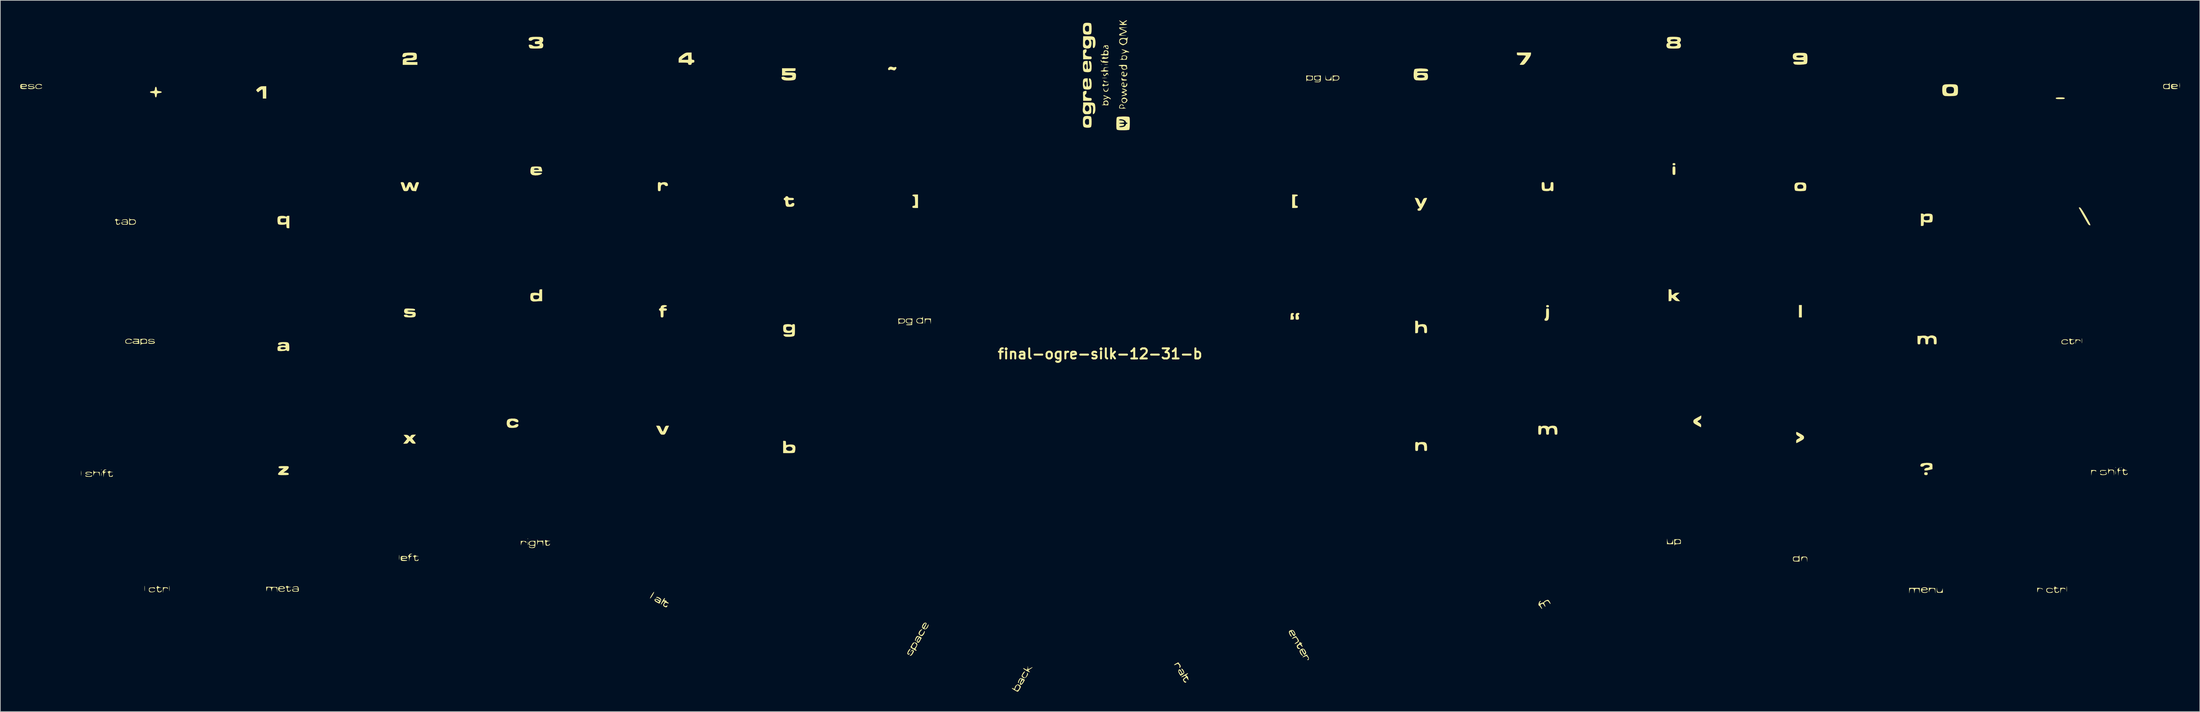
<source format=kicad_pcb>
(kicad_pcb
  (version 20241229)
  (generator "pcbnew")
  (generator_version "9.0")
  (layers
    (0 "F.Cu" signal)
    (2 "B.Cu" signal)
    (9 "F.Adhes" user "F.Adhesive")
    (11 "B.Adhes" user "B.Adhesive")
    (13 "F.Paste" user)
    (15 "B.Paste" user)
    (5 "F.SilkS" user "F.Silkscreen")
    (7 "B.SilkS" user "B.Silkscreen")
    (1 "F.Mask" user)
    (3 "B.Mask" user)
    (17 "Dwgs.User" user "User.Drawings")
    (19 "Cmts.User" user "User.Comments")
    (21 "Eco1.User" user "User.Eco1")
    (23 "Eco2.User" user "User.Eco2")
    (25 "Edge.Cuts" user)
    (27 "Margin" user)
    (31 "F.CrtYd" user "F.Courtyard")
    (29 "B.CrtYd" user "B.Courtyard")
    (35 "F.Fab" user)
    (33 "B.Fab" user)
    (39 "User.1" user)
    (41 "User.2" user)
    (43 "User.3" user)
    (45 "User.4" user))
  (footprint "final-ogre-silk-12-31-b"
    (layer "F.Cu")
    (at 162.716 50.341)
    (property "Reference" "final-ogre-silk-12-31-b" (at 0 0 0) (layer "F.SilkS") (effects (font (size 1.524 1.524) (thickness 0.3))))
    (attr through_hole)
    (fp_poly (pts (xy -150.453 17.484) (xy -150.495 17.526) (xy -150.537 17.484) (xy -150.495 17.441) (xy -150.453 17.484)) (stroke (width 0.01) (type solid)) (fill yes) (layer "F.SilkS"))
    (fp_poly (pts (xy -86.191 27.898) (xy -86.233 27.94) (xy -86.275 27.898) (xy -86.233 27.855) (xy -86.191 27.898)) (stroke (width 0.01) (type solid)) (fill yes) (layer "F.SilkS"))
    (fp_poly (pts (xy 0.254 -43.646) (xy 0.212 -43.603) (xy 0.169 -43.646) (xy 0.212 -43.688) (xy 0.254 -43.646)) (stroke (width 0.01) (type solid)) (fill yes) (layer "F.SilkS"))
    (fp_poly (pts (xy 105.749 -5.503) (xy 105.325 -5.503) (xy 105.325 -7.366) (xy 105.749 -7.366) (xy 105.749 -5.503)) (stroke (width 0.01) (type solid)) (fill yes) (layer "F.SilkS"))
    (fp_poly (pts (xy 153.077 17.145) (xy 153.035 17.187) (xy 152.993 17.145) (xy 153.035 17.103) (xy 153.077 17.145)) (stroke (width 0.01) (type solid)) (fill yes) (layer "F.SilkS"))
    (fp_poly (pts (xy 153.924 17.145) (xy 153.882 17.187) (xy 153.839 17.145) (xy 153.882 17.103) (xy 153.924 17.145)) (stroke (width 0.01) (type solid)) (fill yes) (layer "F.SilkS"))
    (fp_poly (pts (xy -150.477 17.972) (xy -150.463 18.222) (xy -150.478 18.395) (xy -150.498 18.429) (xy -150.51 18.318) (xy -150.513 18.161) (xy -150.507 17.969) (xy -150.492 17.913) (xy -150.477 17.972)) (stroke (width 0.01) (type solid)) (fill yes) (layer "F.SilkS"))
    (fp_poly (pts (xy -86.215 28.386) (xy -86.201 28.636) (xy -86.216 28.809) (xy -86.236 28.843) (xy -86.248 28.732) (xy -86.251 28.575) (xy -86.245 28.383) (xy -86.23 28.327) (xy -86.215 28.386)) (stroke (width 0.01) (type solid)) (fill yes) (layer "F.SilkS"))
    (fp_poly (pts (xy 1.123 -43.663) (xy 1.157 -43.643) (xy 1.046 -43.63) (xy 0.889 -43.628) (xy 0.697 -43.634) (xy 0.641 -43.649) (xy 0.7 -43.664) (xy 0.95 -43.678) (xy 1.123 -43.663)) (stroke (width 0.01) (type solid)) (fill yes) (layer "F.SilkS"))
    (fp_poly (pts (xy 67.603 -7.326) (xy 67.649 -7.197) (xy 67.599 -7.064) (xy 67.437 -7.027) (xy 67.271 -7.067) (xy 67.225 -7.197) (xy 67.275 -7.329) (xy 67.437 -7.366) (xy 67.603 -7.326)) (stroke (width 0.01) (type solid)) (fill yes) (layer "F.SilkS"))
    (fp_poly (pts (xy 86.653 -28.747) (xy 86.699 -28.617) (xy 86.649 -28.485) (xy 86.487 -28.448) (xy 86.321 -28.488) (xy 86.275 -28.617) (xy 86.325 -28.75) (xy 86.487 -28.787) (xy 86.653 -28.747)) (stroke (width 0.01) (type solid)) (fill yes) (layer "F.SilkS"))
    (fp_poly (pts (xy 153.053 17.718) (xy 153.067 17.968) (xy 153.052 18.141) (xy 153.032 18.175) (xy 153.02 18.064) (xy 153.017 17.907) (xy 153.023 17.715) (xy 153.038 17.659) (xy 153.053 17.718)) (stroke (width 0.01) (type solid)) (fill yes) (layer "F.SilkS"))
    (fp_poly (pts (xy -143.962 35.028) (xy -143.956 35.073) (xy -143.943 35.391) (xy -143.956 35.708) (xy -143.971 35.783) (xy -143.983 35.705) (xy -143.989 35.494) (xy -143.99 35.391) (xy -143.986 35.136) (xy -143.976 35.01) (xy -143.962 35.028)) (stroke (width 0.01) (type solid)) (fill yes) (layer "F.SilkS"))
    (fp_poly (pts (xy -140.237 35.028) (xy -140.231 35.073) (xy -140.217 35.391) (xy -140.231 35.708) (xy -140.246 35.783) (xy -140.258 35.705) (xy -140.264 35.494) (xy -140.264 35.391) (xy -140.261 35.136) (xy -140.251 35.01) (xy -140.237 35.028)) (stroke (width 0.01) (type solid)) (fill yes) (layer "F.SilkS"))
    (fp_poly (pts (xy 0.995 -41.633) (xy 1.069 -41.618) (xy 0.992 -41.606) (xy 0.781 -41.6) (xy 0.677 -41.6) (xy 0.423 -41.603) (xy 0.296 -41.613) (xy 0.315 -41.627) (xy 0.36 -41.633) (xy 0.678 -41.647) (xy 0.995 -41.633)) (stroke (width 0.01) (type solid)) (fill yes) (layer "F.SilkS"))
    (fp_poly (pts (xy 145.683 35.113) (xy 145.688 35.158) (xy 145.702 35.476) (xy 145.688 35.793) (xy 145.673 35.867) (xy 145.662 35.79) (xy 145.656 35.579) (xy 145.655 35.475) (xy 145.659 35.221) (xy 145.669 35.094) (xy 145.683 35.113)) (stroke (width 0.01) (type solid)) (fill yes) (layer "F.SilkS"))
    (fp_poly (pts (xy -153.528 17.683) (xy -153.524 17.718) (xy -153.51 18.017) (xy -153.523 18.301) (xy -153.524 18.311) (xy -153.54 18.369) (xy -153.552 18.278) (xy -153.557 18.058) (xy -153.558 17.992) (xy -153.553 17.751) (xy -153.543 17.643) (xy -153.528 17.683)) (stroke (width 0.01) (type solid)) (fill yes) (layer "F.SilkS"))
    (fp_poly (pts (xy -105.606 30.383) (xy -105.602 30.418) (xy -105.589 30.717) (xy -105.602 31.001) (xy -105.603 31.011) (xy -105.619 31.069) (xy -105.631 30.978) (xy -105.636 30.758) (xy -105.636 30.692) (xy -105.632 30.451) (xy -105.621 30.343) (xy -105.606 30.383)) (stroke (width 0.01) (type solid)) (fill yes) (layer "F.SilkS"))
    (fp_poly (pts (xy 147.97 -2.299) (xy 147.974 -2.263) (xy 147.988 -1.964) (xy 147.975 -1.68) (xy 147.974 -1.67) (xy 147.958 -1.612) (xy 147.946 -1.703) (xy 147.941 -1.923) (xy 147.94 -1.99) (xy 147.945 -2.23) (xy 147.955 -2.338) (xy 147.97 -2.299)) (stroke (width 0.01) (type solid)) (fill yes) (layer "F.SilkS"))
    (fp_poly (pts (xy 162.702 -40.822) (xy 162.706 -40.786) (xy 162.72 -40.487) (xy 162.707 -40.203) (xy 162.706 -40.194) (xy 162.69 -40.135) (xy 162.678 -40.226) (xy 162.673 -40.447) (xy 162.672 -40.513) (xy 162.677 -40.753) (xy 162.687 -40.862) (xy 162.702 -40.822)) (stroke (width 0.01) (type solid)) (fill yes) (layer "F.SilkS"))
    (fp_poly (pts (xy 0.584 -41.247) (xy 0.588 -41.241) (xy 0.712 -41.15) (xy 0.93 -41.073) (xy 0.986 -41.061) (xy 1.312 -40.998) (xy 0.928 -40.988) (xy 0.69 -40.992) (xy 0.573 -41.034) (xy 0.533 -41.133) (xy 0.53 -41.168) (xy 0.535 -41.286) (xy 0.584 -41.247)) (stroke (width 0.01) (type solid)) (fill yes) (layer "F.SilkS"))
    (fp_poly (pts (xy 124.642 17.887) (xy 124.708 17.984) (xy 124.714 18.076) (xy 124.687 18.228) (xy 124.57 18.283) (xy 124.46 18.288) (xy 124.278 18.265) (xy 124.212 18.168) (xy 124.206 18.076) (xy 124.233 17.925) (xy 124.35 17.87) (xy 124.46 17.865) (xy 124.642 17.887)) (stroke (width 0.01) (type solid)) (fill yes) (layer "F.SilkS"))
    (fp_poly (pts (xy -140.601 35.234) (xy -140.488 35.283) (xy -140.463 35.37) (xy -140.481 35.462) (xy -140.536 35.405) (xy -140.668 35.33) (xy -140.852 35.32) (xy -141.015 35.361) (xy -141.1 35.468) (xy -141.148 35.687) (xy -141.2 36.026) (xy -141.212 35.623) (xy -141.224 35.221) (xy -140.843 35.221) (xy -140.601 35.234)) (stroke (width 0.01) (type solid)) (fill yes) (layer "F.SilkS"))
    (fp_poly (pts (xy -67.207 35.964) (xy -67.274 36.133) (xy -67.362 36.301) (xy -67.532 36.582) (xy -67.678 36.79) (xy -67.779 36.901) (xy -67.818 36.89) (xy -67.818 36.889) (xy -67.777 36.768) (xy -67.673 36.567) (xy -67.536 36.332) (xy -67.393 36.111) (xy -67.275 35.951) (xy -67.214 35.899) (xy -67.207 35.964)) (stroke (width 0.01) (type solid)) (fill yes) (layer "F.SilkS"))
    (fp_poly (pts (xy 145.318 35.319) (xy 145.431 35.368) (xy 145.456 35.454) (xy 145.439 35.547) (xy 145.383 35.49) (xy 145.251 35.415) (xy 145.067 35.405) (xy 144.904 35.446) (xy 144.819 35.553) (xy 144.771 35.772) (xy 144.719 36.11) (xy 144.707 35.708) (xy 144.695 35.306) (xy 145.076 35.306) (xy 145.318 35.319)) (stroke (width 0.01) (type solid)) (fill yes) (layer "F.SilkS"))
    (fp_poly (pts (xy 149.975 17.539) (xy 150.088 17.588) (xy 150.113 17.674) (xy 150.095 17.767) (xy 150.04 17.71) (xy 149.908 17.635) (xy 149.724 17.625) (xy 149.561 17.666) (xy 149.476 17.773) (xy 149.428 17.992) (xy 149.376 18.33) (xy 149.364 17.928) (xy 149.352 17.526) (xy 149.733 17.526) (xy 149.975 17.539)) (stroke (width 0.01) (type solid)) (fill yes) (layer "F.SilkS"))
    (fp_poly (pts (xy -25.497 -4.932) (xy -25.509 -4.53) (xy -25.56 -4.868) (xy -25.603 -5.085) (xy -25.681 -5.181) (xy -25.849 -5.206) (xy -25.95 -5.207) (xy -26.168 -5.197) (xy -26.274 -5.134) (xy -26.324 -4.97) (xy -26.34 -4.868) (xy -26.392 -4.53) (xy -26.404 -4.932) (xy -26.416 -5.334) (xy -25.485 -5.334) (xy -25.497 -4.932)) (stroke (width 0.01) (type solid)) (fill yes) (layer "F.SilkS"))
    (fp_poly (pts (xy 85.504 28.236) (xy 85.554 28.459) (xy 85.641 28.565) (xy 85.794 28.602) (xy 86.062 28.575) (xy 86.229 28.416) (xy 86.299 28.167) (xy 86.32 28.047) (xy 86.335 28.084) (xy 86.346 28.284) (xy 86.346 28.3) (xy 86.36 28.702) (xy 85.429 28.702) (xy 85.441 28.3) (xy 85.453 27.898) (xy 85.504 28.236)) (stroke (width 0.01) (type solid)) (fill yes) (layer "F.SilkS"))
    (fp_poly (pts (xy -86.891 28.233) (xy -86.637 28.248) (xy -86.507 28.299) (xy -86.458 28.4) (xy -86.446 28.511) (xy -86.499 28.488) (xy -86.569 28.421) (xy -86.787 28.284) (xy -86.987 28.304) (xy -87.144 28.468) (xy -87.229 28.744) (xy -87.252 28.859) (xy -87.268 28.82) (xy -87.278 28.618) (xy -87.279 28.614) (xy -87.291 28.229) (xy -86.891 28.233)) (stroke (width 0.01) (type solid)) (fill yes) (layer "F.SilkS"))
    (fp_poly (pts (xy 3.282 -41.656) (xy 3.394 -41.491) (xy 3.604 -41.415) (xy 3.789 -41.403) (xy 3.976 -41.38) (xy 4.063 -41.324) (xy 4.064 -41.317) (xy 3.988 -41.268) (xy 3.794 -41.238) (xy 3.654 -41.233) (xy 3.408 -41.238) (xy 3.287 -41.275) (xy 3.245 -41.372) (xy 3.24 -41.508) (xy 3.248 -41.657) (xy 3.275 -41.672) (xy 3.282 -41.656)) (stroke (width 0.01) (type solid)) (fill yes) (layer "F.SilkS"))
    (fp_poly (pts (xy 125.37 35.323) (xy 125.857 35.348) (xy 125.881 36.11) (xy 125.827 35.772) (xy 125.777 35.552) (xy 125.692 35.448) (xy 125.522 35.409) (xy 125.492 35.406) (xy 125.202 35.428) (xy 125.026 35.571) (xy 124.944 35.841) (xy 124.923 35.959) (xy 124.908 35.919) (xy 124.897 35.715) (xy 124.897 35.704) (xy 124.883 35.298) (xy 125.37 35.323)) (stroke (width 0.01) (type solid)) (fill yes) (layer "F.SilkS"))
    (fp_poly (pts (xy 145.043 -38.687) (xy 145.251 -38.665) (xy 145.351 -38.622) (xy 145.373 -38.566) (xy 145.341 -38.501) (xy 145.225 -38.461) (xy 144.995 -38.443) (xy 144.695 -38.439) (xy 144.348 -38.445) (xy 144.139 -38.466) (xy 144.04 -38.509) (xy 144.018 -38.566) (xy 144.05 -38.631) (xy 144.166 -38.67) (xy 144.395 -38.689) (xy 144.695 -38.693) (xy 145.043 -38.687)) (stroke (width 0.01) (type solid)) (fill yes) (layer "F.SilkS"))
    (fp_poly (pts (xy 1.262 -39.958) (xy 1.208 -39.705) (xy 1.036 -39.563) (xy 0.889 -39.539) (xy 0.695 -39.585) (xy 0.61 -39.641) (xy 0.535 -39.799) (xy 0.52 -39.958) (xy 0.531 -40.097) (xy 0.549 -40.074) (xy 0.567 -39.99) (xy 0.67 -39.754) (xy 0.833 -39.654) (xy 1.01 -39.69) (xy 1.156 -39.864) (xy 1.196 -39.971) (xy 1.253 -40.174) (xy 1.262 -39.958)) (stroke (width 0.01) (type solid)) (fill yes) (layer "F.SilkS"))
    (fp_poly (pts (xy 147.34 -2.168) (xy 147.578 -2.146) (xy 147.694 -2.08) (xy 147.729 -1.99) (xy 147.744 -1.872) (xy 147.703 -1.896) (xy 147.637 -1.981) (xy 147.482 -2.096) (xy 147.296 -2.086) (xy 147.141 -2.014) (xy 147.066 -1.863) (xy 147.043 -1.714) (xy 147.023 -1.536) (xy 147.011 -1.507) (xy 147.002 -1.634) (xy 146.996 -1.787) (xy 146.981 -2.177) (xy 147.34 -2.168)) (stroke (width 0.01) (type solid)) (fill yes) (layer "F.SilkS"))
    (fp_poly (pts (xy 141.62 35.323) (xy 141.913 35.37) (xy 142.048 35.462) (xy 142.053 35.475) (xy 142.063 35.556) (xy 141.985 35.502) (xy 141.98 35.496) (xy 141.814 35.417) (xy 141.632 35.391) (xy 141.441 35.431) (xy 141.357 35.575) (xy 141.356 35.581) (xy 141.306 35.817) (xy 141.279 35.941) (xy 141.258 35.966) (xy 141.24 35.847) (xy 141.234 35.704) (xy 141.224 35.297) (xy 141.62 35.323)) (stroke (width 0.01) (type solid)) (fill yes) (layer "F.SilkS"))
    (fp_poly (pts (xy 151.427 17.538) (xy 151.597 17.569) (xy 151.638 17.598) (xy 151.562 17.631) (xy 151.368 17.639) (xy 151.201 17.628) (xy 150.947 17.611) (xy 150.827 17.626) (xy 150.805 17.684) (xy 150.817 17.726) (xy 150.825 17.842) (xy 150.789 17.865) (xy 150.722 17.794) (xy 150.707 17.695) (xy 150.727 17.597) (xy 150.814 17.546) (xy 151.009 17.528) (xy 151.172 17.526) (xy 151.427 17.538)) (stroke (width 0.01) (type solid)) (fill yes) (layer "F.SilkS"))
    (fp_poly (pts (xy 30.027 -6.127) (xy 30.046 -6.013) (xy 29.945 -5.904) (xy 29.916 -5.891) (xy 29.825 -5.821) (xy 29.873 -5.738) (xy 29.947 -5.584) (xy 29.972 -5.402) (xy 29.949 -5.233) (xy 29.844 -5.171) (xy 29.718 -5.165) (xy 29.572 -5.173) (xy 29.496 -5.225) (xy 29.468 -5.364) (xy 29.464 -5.621) (xy 29.483 -5.924) (xy 29.557 -6.095) (xy 29.713 -6.168) (xy 29.894 -6.181) (xy 30.027 -6.127)) (stroke (width 0.01) (type solid)) (fill yes) (layer "F.SilkS"))
    (fp_poly (pts (xy -151.904 18.32) (xy -151.902 18.352) (xy -151.911 18.462) (xy -151.982 18.519) (xy -152.153 18.54) (xy -152.344 18.542) (xy -152.607 18.532) (xy -152.796 18.507) (xy -152.852 18.486) (xy -152.907 18.355) (xy -152.908 18.342) (xy -152.865 18.311) (xy -152.806 18.356) (xy -152.662 18.42) (xy -152.427 18.455) (xy -152.347 18.457) (xy -152.099 18.437) (xy -151.977 18.367) (xy -151.95 18.309) (xy -151.92 18.234) (xy -151.904 18.32)) (stroke (width 0.01) (type solid)) (fill yes) (layer "F.SilkS"))
    (fp_poly (pts (xy -28.566 44.548) (xy -28.669 44.72) (xy -28.743 44.822) (xy -28.867 45.024) (xy -28.914 45.183) (xy -28.885 45.265) (xy -28.78 45.238) (xy -28.735 45.204) (xy -28.649 45.15) (xy -28.661 45.228) (xy -28.667 45.242) (xy -28.777 45.367) (xy -28.92 45.375) (xy -29.024 45.275) (xy -29.041 45.189) (xy -28.985 44.963) (xy -28.849 44.714) (xy -28.681 44.528) (xy -28.667 44.518) (xy -28.565 44.475) (xy -28.566 44.548)) (stroke (width 0.01) (type solid)) (fill yes) (layer "F.SilkS"))
    (fp_poly (pts (xy 29.157 -6.155) (xy 29.21 -6.059) (xy 29.166 -5.943) (xy 29.125 -5.927) (xy 29.05 -5.858) (xy 29.041 -5.8) (xy 29.086 -5.687) (xy 29.125 -5.673) (xy 29.185 -5.599) (xy 29.21 -5.422) (xy 29.21 -5.419) (xy 29.19 -5.24) (xy 29.092 -5.173) (xy 28.952 -5.165) (xy 28.694 -5.165) (xy 28.719 -5.652) (xy 28.739 -5.927) (xy 28.777 -6.076) (xy 28.853 -6.141) (xy 28.977 -6.165) (xy 29.157 -6.155)) (stroke (width 0.01) (type solid)) (fill yes) (layer "F.SilkS"))
    (fp_poly (pts (xy 34.013 -41.72) (xy 34.062 -41.492) (xy 34.169 -41.38) (xy 34.245 -41.353) (xy 34.52 -41.356) (xy 34.722 -41.501) (xy 34.821 -41.762) (xy 34.843 -41.899) (xy 34.856 -41.886) (xy 34.867 -41.713) (xy 34.869 -41.656) (xy 34.883 -41.275) (xy 34.523 -41.259) (xy 34.273 -41.26) (xy 34.089 -41.278) (xy 34.057 -41.288) (xy 33.988 -41.4) (xy 33.964 -41.637) (xy 33.966 -41.684) (xy 33.98 -42.037) (xy 34.013 -41.72)) (stroke (width 0.01) (type solid)) (fill yes) (layer "F.SilkS"))
    (fp_poly (pts (xy 86.595 -28.271) (xy 86.658 -28.223) (xy 86.688 -28.1) (xy 86.698 -27.867) (xy 86.699 -27.644) (xy 86.696 -27.321) (xy 86.68 -27.131) (xy 86.639 -27.04) (xy 86.561 -27.011) (xy 86.487 -27.009) (xy 86.379 -27.017) (xy 86.316 -27.064) (xy 86.286 -27.187) (xy 86.276 -27.421) (xy 86.275 -27.644) (xy 86.278 -27.967) (xy 86.294 -28.156) (xy 86.335 -28.247) (xy 86.413 -28.276) (xy 86.487 -28.279) (xy 86.595 -28.271)) (stroke (width 0.01) (type solid)) (fill yes) (layer "F.SilkS"))
    (fp_poly (pts (xy 126.13 35.581) (xy 126.18 35.809) (xy 126.286 35.921) (xy 126.362 35.948) (xy 126.637 35.945) (xy 126.84 35.8) (xy 126.939 35.539) (xy 126.96 35.402) (xy 126.974 35.415) (xy 126.984 35.587) (xy 126.986 35.645) (xy 127 36.026) (xy 126.64 36.041) (xy 126.391 36.041) (xy 126.207 36.022) (xy 126.174 36.013) (xy 126.105 35.9) (xy 126.082 35.664) (xy 126.083 35.616) (xy 126.097 35.264) (xy 126.13 35.581)) (stroke (width 0.01) (type solid)) (fill yes) (layer "F.SilkS"))
    (fp_poly (pts (xy -125.645 -38.523) (xy -126.153 -38.523) (xy -126.153 -39.196) (xy -126.162 -39.516) (xy -126.183 -39.766) (xy -126.215 -39.901) (xy -126.224 -39.911) (xy -126.325 -39.888) (xy -126.5 -39.78) (xy -126.594 -39.707) (xy -126.894 -39.46) (xy -127.053 -39.635) (xy -127.139 -39.743) (xy -127.145 -39.829) (xy -127.055 -39.938) (xy -126.873 -40.097) (xy -126.633 -40.276) (xy -126.414 -40.361) (xy -126.127 -40.384) (xy -126.09 -40.385) (xy -125.645 -40.386) (xy -125.645 -38.523)) (stroke (width 0.01) (type solid)) (fill yes) (layer "F.SilkS"))
    (fp_poly (pts (xy -31.231 -43.259) (xy -31.037 -43.215) (xy -30.959 -43.254) (xy -30.8 -43.292) (xy -30.738 -43.267) (xy -30.67 -43.192) (xy -30.704 -43.072) (xy -30.764 -42.976) (xy -30.877 -42.823) (xy -30.986 -42.768) (xy -31.154 -42.796) (xy -31.316 -42.85) (xy -31.546 -42.901) (xy -31.694 -42.853) (xy -31.698 -42.849) (xy -31.825 -42.803) (xy -31.906 -42.867) (xy -31.949 -43) (xy -31.87 -43.165) (xy -31.67 -43.322) (xy -31.408 -43.329) (xy -31.231 -43.259)) (stroke (width 0.01) (type solid)) (fill yes) (layer "F.SilkS"))
    (fp_poly (pts (xy 0.586 -44.81) (xy 0.668 -44.735) (xy 0.87 -44.704) (xy 0.882 -44.704) (xy 1.09 -44.732) (xy 1.214 -44.801) (xy 1.219 -44.81) (xy 1.249 -44.829) (xy 1.246 -44.746) (xy 1.185 -44.624) (xy 1.015 -44.554) (xy 0.888 -44.533) (xy 0.632 -44.511) (xy 0.43 -44.514) (xy 0.402 -44.518) (xy 0.277 -44.583) (xy 0.267 -44.666) (xy 0.374 -44.704) (xy 0.51 -44.768) (xy 0.537 -44.81) (xy 0.575 -44.872) (xy 0.586 -44.81)) (stroke (width 0.01) (type solid)) (fill yes) (layer "F.SilkS"))
    (fp_poly (pts (xy 106.471 30.632) (xy 106.564 30.77) (xy 106.581 31.009) (xy 106.581 31.011) (xy 106.567 31.369) (xy 106.534 31.052) (xy 106.487 30.828) (xy 106.384 30.716) (xy 106.281 30.68) (xy 106.015 30.676) (xy 105.833 30.82) (xy 105.739 31.081) (xy 105.707 31.244) (xy 105.689 31.265) (xy 105.68 31.132) (xy 105.675 30.988) (xy 105.676 30.753) (xy 105.716 30.639) (xy 105.829 30.596) (xy 105.939 30.585) (xy 106.272 30.577) (xy 106.471 30.632)) (stroke (width 0.01) (type solid)) (fill yes) (layer "F.SilkS"))
    (fp_poly (pts (xy 153.655 17.214) (xy 153.607 17.243) (xy 153.504 17.34) (xy 153.537 17.455) (xy 153.685 17.54) (xy 153.733 17.55) (xy 153.966 17.585) (xy 153.738 17.598) (xy 153.592 17.625) (xy 153.518 17.717) (xy 153.483 17.921) (xy 153.478 17.971) (xy 153.446 18.33) (xy 153.431 17.971) (xy 153.406 17.751) (xy 153.36 17.623) (xy 153.339 17.611) (xy 153.314 17.546) (xy 153.36 17.4) (xy 153.474 17.246) (xy 153.585 17.195) (xy 153.655 17.214)) (stroke (width 0.01) (type solid)) (fill yes) (layer "F.SilkS"))
    (fp_poly (pts (xy -28.134 44.728) (xy -28.064 44.824) (xy -28.068 44.937) (xy -28.154 45.122) (xy -28.2 45.204) (xy -28.382 45.457) (xy -28.556 45.548) (xy -28.569 45.548) (xy -28.689 45.537) (xy -28.648 45.491) (xy -28.596 45.459) (xy -28.449 45.322) (xy -28.32 45.12) (xy -28.241 44.916) (xy -28.245 44.775) (xy -28.333 44.759) (xy -28.466 44.883) (xy -28.572 45.01) (xy -28.587 45.006) (xy -28.538 44.899) (xy -28.396 44.693) (xy -28.249 44.653) (xy -28.134 44.728)) (stroke (width 0.01) (type solid)) (fill yes) (layer "F.SilkS"))
    (fp_poly (pts (xy 0.144 -44.313) (xy 0.176 -44.26) (xy 0.31 -44.134) (xy 0.455 -44.128) (xy 0.537 -44.217) (xy 0.575 -44.28) (xy 0.586 -44.217) (xy 0.67 -44.143) (xy 0.892 -44.112) (xy 0.931 -44.111) (xy 1.143 -44.094) (xy 1.261 -44.052) (xy 1.27 -44.035) (xy 1.195 -43.975) (xy 1.008 -43.939) (xy 0.763 -43.93) (xy 0.515 -43.948) (xy 0.319 -43.995) (xy 0.293 -44.007) (xy 0.14 -44.136) (xy 0.087 -44.262) (xy 0.098 -44.361) (xy 0.144 -44.313)) (stroke (width 0.01) (type solid)) (fill yes) (layer "F.SilkS"))
    (fp_poly (pts (xy 1.206 -42.285) (xy 1.241 -42.121) (xy 1.243 -41.984) (xy 1.224 -42.014) (xy 1.214 -42.058) (xy 1.142 -42.221) (xy 1.038 -42.22) (xy 0.931 -42.079) (xy 0.792 -41.944) (xy 0.674 -41.91) (xy 0.55 -41.954) (xy 0.513 -42.112) (xy 0.513 -42.143) (xy 0.521 -42.299) (xy 0.548 -42.296) (xy 0.595 -42.185) (xy 0.681 -42.025) (xy 0.756 -42.028) (xy 0.842 -42.194) (xy 0.849 -42.212) (xy 0.966 -42.38) (xy 1.1 -42.401) (xy 1.206 -42.285)) (stroke (width 0.01) (type solid)) (fill yes) (layer "F.SilkS"))
    (fp_poly (pts (xy 1.265 -40.735) (xy 1.267 -40.661) (xy 1.246 -40.537) (xy 1.148 -40.482) (xy 0.938 -40.471) (xy 0.721 -40.453) (xy 0.591 -40.407) (xy 0.579 -40.392) (xy 0.501 -40.369) (xy 0.42 -40.413) (xy 0.338 -40.502) (xy 0.38 -40.598) (xy 0.441 -40.661) (xy 0.553 -40.754) (xy 0.591 -40.721) (xy 0.593 -40.682) (xy 0.66 -40.586) (xy 0.819 -40.553) (xy 1.004 -40.582) (xy 1.153 -40.669) (xy 1.179 -40.703) (xy 1.244 -40.795) (xy 1.265 -40.735)) (stroke (width 0.01) (type solid)) (fill yes) (layer "F.SilkS"))
    (fp_poly (pts (xy 151.657 17.93) (xy 151.702 18.069) (xy 151.645 18.199) (xy 151.629 18.211) (xy 151.474 18.258) (xy 151.238 18.282) (xy 150.994 18.282) (xy 150.81 18.255) (xy 150.763 18.232) (xy 150.707 18.101) (xy 150.707 18.088) (xy 150.75 18.057) (xy 150.808 18.102) (xy 150.979 18.179) (xy 151.226 18.198) (xy 151.465 18.159) (xy 151.553 18.117) (xy 151.638 18.038) (xy 151.57 17.962) (xy 151.553 17.951) (xy 151.482 17.882) (xy 151.535 17.866) (xy 151.657 17.93)) (stroke (width 0.01) (type solid)) (fill yes) (layer "F.SilkS"))
    (fp_poly (pts (xy -149.725 17.459) (xy -149.728 17.478) (xy -149.854 17.516) (xy -150.041 17.603) (xy -150.091 17.701) (xy -149.999 17.773) (xy -149.888 17.788) (xy -149.726 17.797) (xy -149.725 17.816) (xy -149.86 17.855) (xy -150.012 17.936) (xy -150.095 18.105) (xy -150.123 18.249) (xy -150.175 18.584) (xy -150.187 18.224) (xy -150.218 17.978) (xy -150.287 17.867) (xy -150.304 17.863) (xy -150.36 17.837) (xy -150.319 17.8) (xy -150.213 17.671) (xy -150.174 17.59) (xy -150.046 17.47) (xy -149.884 17.45) (xy -149.725 17.459)) (stroke (width 0.01) (type solid)) (fill yes) (layer "F.SilkS"))
    (fp_poly (pts (xy -103.666 30.159) (xy -103.67 30.178) (xy -103.795 30.216) (xy -103.982 30.303) (xy -104.032 30.401) (xy -103.94 30.473) (xy -103.83 30.488) (xy -103.667 30.497) (xy -103.667 30.516) (xy -103.801 30.555) (xy -103.953 30.636) (xy -104.036 30.805) (xy -104.064 30.949) (xy -104.116 31.284) (xy -104.128 30.924) (xy -104.16 30.678) (xy -104.228 30.567) (xy -104.246 30.563) (xy -104.301 30.537) (xy -104.261 30.5) (xy -104.154 30.371) (xy -104.115 30.29) (xy -103.987 30.17) (xy -103.825 30.15) (xy -103.666 30.159)) (stroke (width 0.01) (type solid)) (fill yes) (layer "F.SilkS"))
    (fp_poly (pts (xy -84.777 28.025) (xy -84.744 28.15) (xy -84.664 28.207) (xy -84.491 28.217) (xy -84.324 28.207) (xy -83.905 28.178) (xy -83.917 28.588) (xy -83.929 28.998) (xy -83.98 28.66) (xy -84.023 28.443) (xy -84.101 28.347) (xy -84.269 28.322) (xy -84.37 28.321) (xy -84.588 28.331) (xy -84.694 28.394) (xy -84.744 28.558) (xy -84.76 28.66) (xy -84.787 28.798) (xy -84.802 28.79) (xy -84.81 28.629) (xy -84.811 28.406) (xy -84.807 28.149) (xy -84.796 28.008) (xy -84.781 28.007) (xy -84.777 28.025)) (stroke (width 0.01) (type solid)) (fill yes) (layer "F.SilkS"))
    (fp_poly (pts (xy -27.432 -22.013) (xy -27.855 -22.013) (xy -28.109 -22.022) (xy -28.236 -22.06) (xy -28.277 -22.144) (xy -28.279 -22.183) (xy -28.23 -22.315) (xy -28.064 -22.352) (xy -27.958 -22.358) (xy -27.896 -22.398) (xy -27.867 -22.506) (xy -27.863 -22.716) (xy -27.873 -23.05) (xy -27.889 -23.395) (xy -27.912 -23.605) (xy -27.954 -23.716) (xy -28.025 -23.763) (xy -28.088 -23.776) (xy -28.237 -23.843) (xy -28.279 -23.924) (xy -28.227 -24.002) (xy -28.053 -24.039) (xy -27.855 -24.045) (xy -27.432 -24.045) (xy -27.432 -22.013)) (stroke (width 0.01) (type solid)) (fill yes) (layer "F.SilkS"))
    (fp_poly (pts (xy 29.646 -24.032) (xy 29.776 -23.985) (xy 29.803 -23.918) (xy 29.729 -23.816) (xy 29.591 -23.791) (xy 29.489 -23.785) (xy 29.426 -23.743) (xy 29.393 -23.631) (xy 29.381 -23.417) (xy 29.379 -23.072) (xy 29.381 -22.723) (xy 29.394 -22.51) (xy 29.426 -22.4) (xy 29.489 -22.358) (xy 29.591 -22.352) (xy 29.757 -22.312) (xy 29.803 -22.183) (xy 29.78 -22.081) (xy 29.686 -22.03) (xy 29.477 -22.014) (xy 29.379 -22.013) (xy 28.956 -22.013) (xy 28.956 -24.045) (xy 29.379 -24.045) (xy 29.646 -24.032)) (stroke (width 0.01) (type solid)) (fill yes) (layer "F.SilkS"))
    (fp_poly (pts (xy 3.346 -45.946) (xy 3.546 -45.893) (xy 3.801 -45.809) (xy 4.061 -45.711) (xy 4.275 -45.617) (xy 4.393 -45.545) (xy 4.403 -45.529) (xy 4.333 -45.497) (xy 4.19 -45.516) (xy 3.99 -45.527) (xy 3.872 -45.485) (xy 3.721 -45.414) (xy 3.493 -45.355) (xy 3.471 -45.351) (xy 3.175 -45.301) (xy 3.492 -45.447) (xy 3.689 -45.548) (xy 3.801 -45.624) (xy 3.81 -45.639) (xy 3.739 -45.695) (xy 3.562 -45.775) (xy 3.507 -45.795) (xy 3.325 -45.875) (xy 3.246 -45.938) (xy 3.249 -45.949) (xy 3.346 -45.946)) (stroke (width 0.01) (type solid)) (fill yes) (layer "F.SilkS"))
    (fp_poly (pts (xy 67.535 -6.852) (xy 67.597 -6.814) (xy 67.631 -6.712) (xy 67.645 -6.513) (xy 67.649 -6.186) (xy 67.649 -6.06) (xy 67.636 -5.609) (xy 67.592 -5.301) (xy 67.505 -5.113) (xy 67.364 -5.019) (xy 67.177 -4.995) (xy 67.012 -5.039) (xy 66.971 -5.156) (xy 67.03 -5.313) (xy 67.098 -5.365) (xy 67.163 -5.428) (xy 67.203 -5.578) (xy 67.222 -5.844) (xy 67.225 -6.136) (xy 67.227 -6.485) (xy 67.24 -6.698) (xy 67.272 -6.809) (xy 67.335 -6.851) (xy 67.437 -6.858) (xy 67.437 -6.858) (xy 67.535 -6.852)) (stroke (width 0.01) (type solid)) (fill yes) (layer "F.SilkS"))
    (fp_poly (pts (xy 90.593 9.553) (xy 90.559 9.741) (xy 90.431 9.89) (xy 90.276 9.993) (xy 90.086 10.114) (xy 90.026 10.189) (xy 90.077 10.252) (xy 90.117 10.277) (xy 90.395 10.464) (xy 90.542 10.624) (xy 90.584 10.79) (xy 90.58 10.852) (xy 90.551 11.074) (xy 89.981 10.765) (xy 89.688 10.6) (xy 89.517 10.476) (xy 89.434 10.364) (xy 89.41 10.231) (xy 89.409 10.199) (xy 89.423 10.061) (xy 89.486 9.95) (xy 89.63 9.834) (xy 89.885 9.685) (xy 90.001 9.622) (xy 90.593 9.301) (xy 90.593 9.553)) (stroke (width 0.01) (type solid)) (fill yes) (layer "F.SilkS"))
    (fp_poly (pts (xy 123.517 35.712) (xy 123.505 36.11) (xy 123.453 35.772) (xy 123.409 35.555) (xy 123.332 35.458) (xy 123.173 35.434) (xy 123.105 35.433) (xy 122.914 35.446) (xy 122.819 35.517) (xy 122.772 35.694) (xy 122.761 35.772) (xy 122.712 36.11) (xy 122.676 35.772) (xy 122.642 35.555) (xy 122.571 35.458) (xy 122.416 35.434) (xy 122.343 35.433) (xy 122.152 35.446) (xy 122.056 35.517) (xy 122.008 35.695) (xy 121.996 35.772) (xy 121.944 36.11) (xy 121.932 35.712) (xy 121.92 35.314) (xy 123.529 35.314) (xy 123.517 35.712)) (stroke (width 0.01) (type solid)) (fill yes) (layer "F.SilkS"))
    (fp_poly (pts (xy -151.649 17.611) (xy -151.599 17.738) (xy -151.5 17.8) (xy -151.302 17.821) (xy -151.172 17.822) (xy -150.749 17.822) (xy -150.735 18.203) (xy -150.731 18.396) (xy -150.742 18.446) (xy -150.774 18.346) (xy -150.831 18.088) (xy -150.839 18.055) (xy -150.905 17.92) (xy -151.06 17.869) (xy -151.164 17.865) (xy -151.426 17.906) (xy -151.581 18.05) (xy -151.66 18.328) (xy -151.66 18.33) (xy -151.678 18.379) (xy -151.692 18.281) (xy -151.699 18.055) (xy -151.7 17.992) (xy -151.695 17.735) (xy -151.678 17.594) (xy -151.654 17.593) (xy -151.649 17.611)) (stroke (width 0.01) (type solid)) (fill yes) (layer "F.SilkS"))
    (fp_poly (pts (xy 11.853 46.612) (xy 11.893 46.723) (xy 11.924 46.736) (xy 12.007 46.805) (xy 12.098 46.961) (xy 12.157 47.145) (xy 12.109 47.272) (xy 12.064 47.321) (xy 11.969 47.402) (xy 11.955 47.352) (xy 11.98 47.24) (xy 11.974 47.019) (xy 11.86 46.869) (xy 11.728 46.768) (xy 11.616 46.771) (xy 11.467 46.859) (xy 11.3 46.945) (xy 11.199 46.956) (xy 11.197 46.954) (xy 11.169 46.918) (xy 11.192 46.878) (xy 11.296 46.808) (xy 11.514 46.682) (xy 11.536 46.669) (xy 11.737 46.565) (xy 11.833 46.553) (xy 11.853 46.612)) (stroke (width 0.01) (type solid)) (fill yes) (layer "F.SilkS"))
    (fp_poly (pts (xy 31.234 45.416) (xy 31.221 45.431) (xy 31.237 45.518) (xy 31.339 45.648) (xy 31.452 45.834) (xy 31.472 46.033) (xy 31.399 46.179) (xy 31.348 46.207) (xy 31.252 46.186) (xy 31.242 46.15) (xy 31.302 46.063) (xy 31.327 46.059) (xy 31.404 46.014) (xy 31.354 45.875) (xy 31.254 45.732) (xy 31.143 45.605) (xy 31.042 45.58) (xy 30.879 45.647) (xy 30.825 45.675) (xy 30.602 45.771) (xy 30.516 45.772) (xy 30.576 45.691) (xy 30.761 45.56) (xy 30.952 45.458) (xy 31.122 45.393) (xy 31.23 45.375) (xy 31.234 45.416)) (stroke (width 0.01) (type solid)) (fill yes) (layer "F.SilkS"))
    (fp_poly (pts (xy 147.733 -22.042) (xy 147.876 -21.869) (xy 148.077 -21.568) (xy 148.342 -21.131) (xy 148.567 -20.743) (xy 148.841 -20.258) (xy 149.037 -19.9) (xy 149.161 -19.651) (xy 149.221 -19.495) (xy 149.225 -19.413) (xy 149.182 -19.389) (xy 149.179 -19.389) (xy 149.015 -19.455) (xy 148.898 -19.579) (xy 148.797 -19.745) (xy 148.644 -20.008) (xy 148.454 -20.337) (xy 148.245 -20.703) (xy 148.033 -21.077) (xy 147.835 -21.429) (xy 147.667 -21.729) (xy 147.547 -21.949) (xy 147.491 -22.057) (xy 147.489 -22.063) (xy 147.56 -22.093) (xy 147.641 -22.098) (xy 147.733 -22.042)) (stroke (width 0.01) (type solid)) (fill yes) (layer "F.SilkS"))
    (fp_poly (pts (xy 151.953 17.293) (xy 152.001 17.457) (xy 152.107 17.492) (xy 152.194 17.475) (xy 152.444 17.455) (xy 152.612 17.476) (xy 152.74 17.526) (xy 152.799 17.624) (xy 152.812 17.822) (xy 152.809 17.93) (xy 152.794 18.33) (xy 152.761 17.971) (xy 152.724 17.734) (xy 152.645 17.612) (xy 152.509 17.556) (xy 152.249 17.55) (xy 152.072 17.688) (xy 151.972 17.974) (xy 151.968 18) (xy 151.942 18.121) (xy 151.926 18.087) (xy 151.918 17.894) (xy 151.917 17.695) (xy 151.921 17.429) (xy 151.932 17.278) (xy 151.947 17.265) (xy 151.953 17.293)) (stroke (width 0.01) (type solid)) (fill yes) (layer "F.SilkS"))
    (fp_poly (pts (xy -152.196 17.804) (xy -152.007 17.853) (xy -151.902 17.924) (xy -151.917 18.003) (xy -152.02 18.007) (xy -152.08 17.965) (xy -152.258 17.884) (xy -152.503 17.874) (xy -152.724 17.938) (xy -152.736 17.946) (xy -152.818 18.017) (xy -152.749 18.064) (xy -152.736 18.069) (xy -152.569 18.107) (xy -152.333 18.142) (xy -152.315 18.144) (xy -152.169 18.164) (xy -152.172 18.177) (xy -152.334 18.187) (xy -152.424 18.19) (xy -152.696 18.181) (xy -152.84 18.127) (xy -152.881 18.068) (xy -152.867 17.914) (xy -152.815 17.857) (xy -152.644 17.799) (xy -152.423 17.784) (xy -152.196 17.804)) (stroke (width 0.01) (type solid)) (fill yes) (layer "F.SilkS"))
    (fp_poly (pts (xy -26.766 41.585) (xy -26.809 41.632) (xy -26.861 41.663) (xy -27.027 41.813) (xy -27.147 42.015) (xy -27.194 42.208) (xy -27.157 42.321) (xy -26.971 42.422) (xy -26.789 42.358) (xy -26.619 42.133) (xy -26.583 42.058) (xy -26.486 41.855) (xy -26.436 41.795) (xy -26.419 41.866) (xy -26.418 41.92) (xy -26.465 42.127) (xy -26.583 42.347) (xy -26.732 42.52) (xy -26.869 42.587) (xy -27.01 42.542) (xy -27.159 42.456) (xy -27.3 42.313) (xy -27.347 42.193) (xy -27.294 41.981) (xy -27.164 41.769) (xy -27.002 41.615) (xy -26.885 41.574) (xy -26.766 41.585)) (stroke (width 0.01) (type solid)) (fill yes) (layer "F.SilkS"))
    (fp_poly (pts (xy 0.974 -43.192) (xy 0.746 -43.136) (xy 0.648 -43.047) (xy 0.635 -42.968) (xy 0.671 -42.85) (xy 0.809 -42.791) (xy 0.953 -42.773) (xy 1.189 -42.738) (xy 1.272 -42.692) (xy 1.216 -42.645) (xy 1.037 -42.607) (xy 0.748 -42.588) (xy 0.677 -42.587) (xy 0.373 -42.599) (xy 0.163 -42.629) (xy 0.085 -42.672) (xy 0.085 -42.672) (xy 0.158 -42.733) (xy 0.321 -42.757) (xy 0.492 -42.782) (xy 0.55 -42.893) (xy 0.554 -42.989) (xy 0.565 -43.133) (xy 0.636 -43.204) (xy 0.811 -43.229) (xy 0.931 -43.234) (xy 1.312 -43.247) (xy 0.974 -43.192)) (stroke (width 0.01) (type solid)) (fill yes) (layer "F.SilkS"))
    (fp_poly (pts (xy -123.994 35.179) (xy -123.982 35.56) (xy -123.97 35.941) (xy -124.025 35.602) (xy -124.074 35.383) (xy -124.159 35.279) (xy -124.33 35.24) (xy -124.366 35.236) (xy -124.608 35.25) (xy -124.745 35.367) (xy -124.804 35.615) (xy -124.809 35.687) (xy -124.821 35.823) (xy -124.838 35.81) (xy -124.868 35.64) (xy -124.874 35.602) (xy -124.922 35.382) (xy -125.006 35.279) (xy -125.173 35.24) (xy -125.198 35.237) (xy -125.343 35.226) (xy -125.432 35.252) (xy -125.49 35.348) (xy -125.543 35.551) (xy -125.59 35.772) (xy -125.612 35.797) (xy -125.629 35.679) (xy -125.636 35.539) (xy -125.645 35.136) (xy -123.994 35.179)) (stroke (width 0.01) (type solid)) (fill yes) (layer "F.SilkS"))
    (fp_poly (pts (xy -83.481 28.106) (xy -83.406 28.165) (xy -83.221 28.202) (xy -83.164 28.205) (xy -82.846 28.216) (xy -83.143 28.269) (xy -83.343 28.323) (xy -83.425 28.421) (xy -83.439 28.574) (xy -83.382 28.782) (xy -83.244 28.868) (xy -83.074 28.815) (xy -82.992 28.732) (xy -82.905 28.625) (xy -82.889 28.658) (xy -82.903 28.744) (xy -82.994 28.884) (xy -83.189 28.939) (xy -83.389 28.939) (xy -83.506 28.904) (xy -83.548 28.784) (xy -83.566 28.578) (xy -83.566 28.568) (xy -83.587 28.371) (xy -83.638 28.267) (xy -83.642 28.265) (xy -83.655 28.196) (xy -83.6 28.127) (xy -83.503 28.073) (xy -83.481 28.106)) (stroke (width 0.01) (type solid)) (fill yes) (layer "F.SilkS"))
    (fp_poly (pts (xy -2.04 -45.889) (xy -2.032 -45.738) (xy -2.072 -45.533) (xy -2.159 -45.435) (xy -2.272 -45.326) (xy -2.286 -45.263) (xy -2.209 -45.063) (xy -1.997 -44.928) (xy -1.675 -44.874) (xy -1.645 -44.873) (xy -1.412 -44.864) (xy -1.303 -44.82) (xy -1.271 -44.714) (xy -1.27 -44.662) (xy -1.278 -44.554) (xy -1.325 -44.491) (xy -1.448 -44.461) (xy -1.681 -44.451) (xy -1.907 -44.45) (xy -2.544 -44.45) (xy -2.546 -44.767) (xy -2.551 -45.073) (xy -2.56 -45.403) (xy -2.561 -45.442) (xy -2.564 -45.69) (xy -2.528 -45.822) (xy -2.422 -45.89) (xy -2.265 -45.934) (xy -2.101 -45.959) (xy -2.04 -45.889)) (stroke (width 0.01) (type solid)) (fill yes) (layer "F.SilkS"))
    (fp_poly (pts (xy -2.04 -39.624) (xy -2.032 -39.473) (xy -2.072 -39.267) (xy -2.159 -39.17) (xy -2.272 -39.06) (xy -2.286 -38.998) (xy -2.209 -38.797) (xy -1.997 -38.662) (xy -1.675 -38.608) (xy -1.645 -38.608) (xy -1.412 -38.599) (xy -1.303 -38.554) (xy -1.271 -38.449) (xy -1.27 -38.396) (xy -1.278 -38.289) (xy -1.325 -38.226) (xy -1.448 -38.195) (xy -1.681 -38.185) (xy -1.907 -38.185) (xy -2.544 -38.185) (xy -2.546 -38.502) (xy -2.551 -38.808) (xy -2.56 -39.137) (xy -2.561 -39.176) (xy -2.564 -39.425) (xy -2.528 -39.557) (xy -2.422 -39.625) (xy -2.265 -39.669) (xy -2.101 -39.693) (xy -2.04 -39.624)) (stroke (width 0.01) (type solid)) (fill yes) (layer "F.SilkS"))
    (fp_poly (pts (xy 0.707 -38.977) (xy 0.9 -38.901) (xy 1.254 -38.751) (xy 1.473 -38.637) (xy 1.583 -38.541) (xy 1.609 -38.461) (xy 1.587 -38.392) (xy 1.499 -38.452) (xy 1.476 -38.475) (xy 1.354 -38.574) (xy 1.227 -38.598) (xy 1.038 -38.546) (xy 0.876 -38.481) (xy 0.654 -38.391) (xy 0.546 -38.361) (xy 0.511 -38.388) (xy 0.508 -38.432) (xy 0.581 -38.503) (xy 0.757 -38.565) (xy 0.761 -38.565) (xy 0.987 -38.639) (xy 1.05 -38.717) (xy 0.948 -38.789) (xy 0.807 -38.825) (xy 0.61 -38.88) (xy 0.511 -38.945) (xy 0.508 -38.956) (xy 0.517 -39.012) (xy 0.569 -39.021) (xy 0.707 -38.977)) (stroke (width 0.01) (type solid)) (fill yes) (layer "F.SilkS"))
    (fp_poly (pts (xy 146.219 -2.289) (xy 146.294 -2.23) (xy 146.48 -2.194) (xy 146.537 -2.19) (xy 146.854 -2.179) (xy 146.558 -2.127) (xy 146.357 -2.073) (xy 146.276 -1.974) (xy 146.262 -1.821) (xy 146.318 -1.614) (xy 146.456 -1.528) (xy 146.627 -1.58) (xy 146.708 -1.663) (xy 146.796 -1.77) (xy 146.811 -1.737) (xy 146.798 -1.651) (xy 146.706 -1.511) (xy 146.512 -1.456) (xy 146.311 -1.457) (xy 146.195 -1.492) (xy 146.153 -1.611) (xy 146.135 -1.818) (xy 146.135 -1.827) (xy 146.114 -2.024) (xy 146.063 -2.129) (xy 146.058 -2.131) (xy 146.046 -2.199) (xy 146.101 -2.268) (xy 146.197 -2.322) (xy 146.219 -2.289)) (stroke (width 0.01) (type solid)) (fill yes) (layer "F.SilkS"))
    (fp_poly (pts (xy -148.183 -20.349) (xy -148.089 -20.268) (xy -147.898 -20.213) (xy -147.886 -20.212) (xy -147.616 -20.178) (xy -147.892 -20.164) (xy -148.082 -20.136) (xy -148.156 -20.045) (xy -148.167 -19.894) (xy -148.118 -19.674) (xy -147.998 -19.574) (xy -147.845 -19.612) (xy -147.766 -19.692) (xy -147.676 -19.804) (xy -147.659 -19.777) (xy -147.673 -19.685) (xy -147.768 -19.556) (xy -147.948 -19.482) (xy -148.129 -19.488) (xy -148.191 -19.526) (xy -148.232 -19.645) (xy -148.251 -19.852) (xy -148.251 -19.868) (xy -148.282 -20.082) (xy -148.377 -20.151) (xy -148.378 -20.151) (xy -148.453 -20.171) (xy -148.403 -20.253) (xy -148.357 -20.301) (xy -148.233 -20.391) (xy -148.183 -20.349)) (stroke (width 0.01) (type solid)) (fill yes) (layer "F.SilkS"))
    (fp_poly (pts (xy -122.444 35.023) (xy -122.35 35.104) (xy -122.159 35.159) (xy -122.148 35.16) (xy -121.878 35.194) (xy -122.153 35.208) (xy -122.343 35.236) (xy -122.417 35.327) (xy -122.428 35.478) (xy -122.38 35.698) (xy -122.26 35.798) (xy -122.107 35.76) (xy -122.027 35.68) (xy -121.937 35.568) (xy -121.92 35.595) (xy -121.934 35.687) (xy -122.03 35.816) (xy -122.209 35.89) (xy -122.39 35.884) (xy -122.452 35.846) (xy -122.494 35.727) (xy -122.513 35.52) (xy -122.513 35.504) (xy -122.543 35.29) (xy -122.639 35.221) (xy -122.64 35.221) (xy -122.714 35.201) (xy -122.664 35.119) (xy -122.618 35.071) (xy -122.494 34.981) (xy -122.444 35.023)) (stroke (width 0.01) (type solid)) (fill yes) (layer "F.SilkS"))
    (fp_poly (pts (xy -66.435 10.849) (xy -66.324 10.911) (xy -66.229 11.06) (xy -66.125 11.302) (xy -66.017 11.543) (xy -65.927 11.698) (xy -65.882 11.733) (xy -65.824 11.642) (xy -65.732 11.441) (xy -65.662 11.269) (xy -65.555 11.018) (xy -65.46 10.889) (xy -65.337 10.843) (xy -65.224 10.837) (xy -64.954 10.837) (xy -65.261 11.515) (xy -65.411 11.839) (xy -65.519 12.038) (xy -65.613 12.143) (xy -65.721 12.185) (xy -65.871 12.192) (xy -65.888 12.192) (xy -66.043 12.186) (xy -66.156 12.148) (xy -66.256 12.049) (xy -66.371 11.86) (xy -66.53 11.551) (xy -66.548 11.515) (xy -66.889 10.837) (xy -66.601 10.837) (xy -66.435 10.849)) (stroke (width 0.01) (type solid)) (fill yes) (layer "F.SilkS"))
    (fp_poly (pts (xy 1.001 -45.783) (xy 1.068 -45.767) (xy 1.203 -45.711) (xy 1.257 -45.597) (xy 1.257 -45.379) (xy 1.237 -45.043) (xy 0.661 -45.043) (xy 0.363 -45.054) (xy 0.158 -45.085) (xy 0.085 -45.127) (xy 0.158 -45.189) (xy 0.318 -45.212) (xy 0.48 -45.233) (xy 0.543 -45.331) (xy 0.549 -45.44) (xy 0.609 -45.44) (xy 0.655 -45.294) (xy 0.825 -45.225) (xy 0.91 -45.227) (xy 1.094 -45.292) (xy 1.143 -45.414) (xy 1.081 -45.603) (xy 0.933 -45.694) (xy 0.759 -45.659) (xy 0.71 -45.619) (xy 0.609 -45.44) (xy 0.549 -45.44) (xy 0.551 -45.485) (xy 0.595 -45.702) (xy 0.74 -45.798) (xy 1.001 -45.783)) (stroke (width 0.01) (type solid)) (fill yes) (layer "F.SilkS"))
    (fp_poly (pts (xy 1.155 -38.152) (xy 1.251 -37.935) (xy 1.255 -37.799) (xy 1.235 -37.507) (xy 0.639 -37.521) (xy 0.388 -37.531) (xy 0.261 -37.546) (xy 0.276 -37.564) (xy 0.302 -37.567) (xy 0.481 -37.609) (xy 0.537 -37.707) (xy 0.526 -37.848) (xy 0.527 -37.929) (xy 0.608 -37.929) (xy 0.65 -37.756) (xy 0.678 -37.718) (xy 0.851 -37.601) (xy 1.055 -37.648) (xy 1.088 -37.667) (xy 1.182 -37.799) (xy 1.146 -37.949) (xy 1.004 -38.061) (xy 0.909 -38.085) (xy 0.704 -38.053) (xy 0.608 -37.929) (xy 0.527 -37.929) (xy 0.53 -38.045) (xy 0.642 -38.162) (xy 0.7 -38.191) (xy 0.962 -38.244) (xy 1.155 -38.152)) (stroke (width 0.01) (type solid)) (fill yes) (layer "F.SilkS"))
    (fp_poly (pts (xy 3.929 -38.569) (xy 3.979 -38.523) (xy 4.116 -38.362) (xy 4.13 -38.229) (xy 4.026 -38.047) (xy 4.017 -38.034) (xy 3.826 -37.878) (xy 3.597 -37.842) (xy 3.389 -37.925) (xy 3.287 -38.058) (xy 3.235 -38.317) (xy 3.315 -38.317) (xy 3.354 -38.153) (xy 3.485 -37.999) (xy 3.641 -37.931) (xy 3.743 -37.975) (xy 3.845 -38.042) (xy 3.955 -38.198) (xy 3.966 -38.317) (xy 3.897 -38.435) (xy 3.723 -38.479) (xy 3.641 -38.481) (xy 3.425 -38.455) (xy 3.328 -38.363) (xy 3.315 -38.317) (xy 3.235 -38.317) (xy 3.234 -38.323) (xy 3.309 -38.533) (xy 3.476 -38.66) (xy 3.695 -38.681) (xy 3.929 -38.569)) (stroke (width 0.01) (type solid)) (fill yes) (layer "F.SilkS"))
    (fp_poly (pts (xy 86.021 -9.723) (xy 86.083 -9.652) (xy 86.104 -9.481) (xy 86.106 -9.318) (xy 86.123 -9.017) (xy 86.181 -8.874) (xy 86.289 -8.881) (xy 86.447 -9.02) (xy 86.651 -9.172) (xy 86.913 -9.224) (xy 86.989 -9.224) (xy 87.334 -9.22) (xy 86.695 -8.688) (xy 87.411 -7.959) (xy 87.071 -7.959) (xy 86.794 -7.994) (xy 86.575 -8.127) (xy 86.487 -8.213) (xy 86.32 -8.371) (xy 86.197 -8.46) (xy 86.175 -8.467) (xy 86.126 -8.393) (xy 86.106 -8.216) (xy 86.106 -8.213) (xy 86.083 -8.031) (xy 85.986 -7.965) (xy 85.894 -7.959) (xy 85.683 -7.959) (xy 85.683 -9.737) (xy 85.894 -9.737) (xy 86.021 -9.723)) (stroke (width 0.01) (type solid)) (fill yes) (layer "F.SilkS"))
    (fp_poly (pts (xy 143.245 35.33) (xy 143.459 35.383) (xy 143.574 35.466) (xy 143.577 35.475) (xy 143.587 35.556) (xy 143.509 35.502) (xy 143.504 35.496) (xy 143.348 35.426) (xy 143.114 35.391) (xy 143.075 35.391) (xy 142.846 35.415) (xy 142.731 35.503) (xy 142.704 35.564) (xy 142.706 35.771) (xy 142.832 35.916) (xy 143.044 35.982) (xy 143.302 35.95) (xy 143.431 35.896) (xy 143.561 35.855) (xy 143.595 35.887) (xy 143.521 35.986) (xy 143.337 36.047) (xy 143.097 36.063) (xy 142.858 36.03) (xy 142.727 35.977) (xy 142.608 35.821) (xy 142.586 35.597) (xy 142.652 35.407) (xy 142.778 35.338) (xy 142.997 35.314) (xy 143.245 35.33)) (stroke (width 0.01) (type solid)) (fill yes) (layer "F.SilkS"))
    (fp_poly (pts (xy -159.656 -40.695) (xy -159.492 -40.626) (xy -159.433 -40.541) (xy -159.452 -40.502) (xy -159.555 -40.498) (xy -159.615 -40.54) (xy -159.799 -40.625) (xy -160.035 -40.628) (xy -160.235 -40.551) (xy -160.271 -40.517) (xy -160.331 -40.342) (xy -160.318 -40.221) (xy -160.235 -40.099) (xy -160.059 -40.051) (xy -159.947 -40.047) (xy -159.708 -40.074) (xy -159.534 -40.141) (xy -159.518 -40.153) (xy -159.437 -40.213) (xy -159.443 -40.138) (xy -159.445 -40.132) (xy -159.55 -40.04) (xy -159.758 -39.985) (xy -160.007 -39.97) (xy -160.233 -39.996) (xy -160.375 -40.068) (xy -160.39 -40.093) (xy -160.439 -40.379) (xy -160.342 -40.586) (xy -160.107 -40.701) (xy -159.877 -40.723) (xy -159.656 -40.695)) (stroke (width 0.01) (type solid)) (fill yes) (layer "F.SilkS"))
    (fp_poly (pts (xy -146.109 -2.256) (xy -145.946 -2.187) (xy -145.886 -2.102) (xy -145.906 -2.063) (xy -146.008 -2.059) (xy -146.068 -2.101) (xy -146.252 -2.186) (xy -146.489 -2.189) (xy -146.688 -2.113) (xy -146.724 -2.078) (xy -146.784 -1.903) (xy -146.771 -1.782) (xy -146.688 -1.66) (xy -146.512 -1.612) (xy -146.4 -1.609) (xy -146.161 -1.636) (xy -145.987 -1.702) (xy -145.972 -1.714) (xy -145.89 -1.775) (xy -145.896 -1.699) (xy -145.898 -1.693) (xy -146.003 -1.602) (xy -146.211 -1.547) (xy -146.46 -1.531) (xy -146.687 -1.558) (xy -146.829 -1.629) (xy -146.844 -1.654) (xy -146.892 -1.941) (xy -146.795 -2.147) (xy -146.56 -2.263) (xy -146.331 -2.285) (xy -146.109 -2.256)) (stroke (width 0.01) (type solid)) (fill yes) (layer "F.SilkS"))
    (fp_poly (pts (xy 1.212 -46.512) (xy 1.248 -46.373) (xy 1.255 -46.274) (xy 1.253 -46.071) (xy 1.194 -45.987) (xy 1.099 -45.974) (xy 0.926 -46.054) (xy 0.807 -46.249) (xy 0.786 -46.288) (xy 0.87 -46.288) (xy 0.928 -46.19) (xy 1.063 -46.104) (xy 1.164 -46.165) (xy 1.185 -46.27) (xy 1.127 -46.415) (xy 1 -46.458) (xy 0.911 -46.41) (xy 0.87 -46.288) (xy 0.786 -46.288) (xy 0.717 -46.416) (xy 0.658 -46.42) (xy 0.648 -46.397) (xy 0.572 -46.179) (xy 0.534 -46.116) (xy 0.528 -46.198) (xy 0.532 -46.27) (xy 0.56 -46.435) (xy 0.648 -46.513) (xy 0.846 -46.546) (xy 0.893 -46.55) (xy 1.111 -46.557) (xy 1.212 -46.512)) (stroke (width 0.01) (type solid)) (fill yes) (layer "F.SilkS"))
    (fp_poly (pts (xy 145.652 -2.171) (xy 145.816 -2.103) (xy 145.875 -2.017) (xy 145.856 -1.979) (xy 145.753 -1.974) (xy 145.693 -2.016) (xy 145.509 -2.102) (xy 145.273 -2.104) (xy 145.073 -2.028) (xy 145.037 -1.994) (xy 144.977 -1.818) (xy 144.99 -1.697) (xy 145.073 -1.576) (xy 145.249 -1.528) (xy 145.361 -1.524) (xy 145.6 -1.551) (xy 145.774 -1.617) (xy 145.79 -1.63) (xy 145.871 -1.69) (xy 145.865 -1.615) (xy 145.863 -1.609) (xy 145.758 -1.517) (xy 145.55 -1.462) (xy 145.301 -1.447) (xy 145.075 -1.473) (xy 144.933 -1.544) (xy 144.918 -1.569) (xy 144.869 -1.856) (xy 144.966 -2.062) (xy 145.201 -2.178) (xy 145.431 -2.2) (xy 145.652 -2.171)) (stroke (width 0.01) (type solid)) (fill yes) (layer "F.SilkS"))
    (fp_poly (pts (xy -149.287 17.667) (xy -149.165 17.748) (xy -148.971 17.802) (xy -148.717 17.839) (xy -148.992 17.852) (xy -149.177 17.876) (xy -149.253 17.961) (xy -149.267 18.161) (xy -149.267 18.161) (xy -149.251 18.362) (xy -149.18 18.444) (xy -149.062 18.457) (xy -148.879 18.401) (xy -148.818 18.309) (xy -148.787 18.234) (xy -148.771 18.32) (xy -148.769 18.352) (xy -148.787 18.481) (xy -148.891 18.534) (xy -149.056 18.542) (xy -149.254 18.529) (xy -149.336 18.455) (xy -149.352 18.27) (xy -149.352 18.25) (xy -149.4 17.988) (xy -149.5 17.871) (xy -149.603 17.804) (xy -149.558 17.784) (xy -149.5 17.783) (xy -149.374 17.73) (xy -149.351 17.674) (xy -149.329 17.615) (xy -149.287 17.667)) (stroke (width 0.01) (type solid)) (fill yes) (layer "F.SilkS"))
    (fp_poly (pts (xy -143.717 -2.223) (xy -143.622 -2.1) (xy -143.61 -1.887) (xy -143.611 -1.877) (xy -143.637 -1.566) (xy -144.076 -1.541) (xy -144.341 -1.515) (xy -144.481 -1.464) (xy -144.542 -1.369) (xy -144.551 -1.329) (xy -144.571 -1.309) (xy -144.588 -1.433) (xy -144.599 -1.672) (xy -144.599 -1.693) (xy -144.605 -1.984) (xy -144.485 -1.984) (xy -144.484 -1.778) (xy -144.419 -1.664) (xy -144.288 -1.621) (xy -144.074 -1.625) (xy -143.844 -1.657) (xy -143.732 -1.728) (xy -143.693 -1.853) (xy -143.725 -2.06) (xy -143.896 -2.174) (xy -144.113 -2.2) (xy -144.353 -2.141) (xy -144.485 -1.984) (xy -144.605 -1.984) (xy -144.61 -2.244) (xy -144.263 -2.268) (xy -143.921 -2.274) (xy -143.717 -2.223)) (stroke (width 0.01) (type solid)) (fill yes) (layer "F.SilkS"))
    (fp_poly (pts (xy -103.377 12.487) (xy -103.663 12.782) (xy -103.393 13.117) (xy -103.239 13.317) (xy -103.142 13.46) (xy -103.124 13.499) (xy -103.198 13.531) (xy -103.38 13.546) (xy -103.411 13.547) (xy -103.662 13.501) (xy -103.832 13.341) (xy -103.836 13.335) (xy -103.955 13.184) (xy -104.043 13.123) (xy -104.128 13.19) (xy -104.225 13.335) (xy -104.341 13.481) (xy -104.52 13.54) (xy -104.668 13.547) (xy -104.998 13.547) (xy -104.408 12.827) (xy -104.674 12.531) (xy -104.939 12.234) (xy -104.657 12.207) (xy -104.365 12.241) (xy -104.18 12.363) (xy -103.985 12.547) (xy -103.89 12.369) (xy -103.778 12.247) (xy -103.581 12.197) (xy -103.443 12.192) (xy -103.091 12.192) (xy -103.377 12.487)) (stroke (width 0.01) (type solid)) (fill yes) (layer "F.SilkS"))
    (fp_poly (pts (xy -103.228 30.367) (xy -103.106 30.448) (xy -102.912 30.502) (xy -102.658 30.539) (xy -102.933 30.552) (xy -103.118 30.576) (xy -103.194 30.661) (xy -103.209 30.861) (xy -103.209 30.861) (xy -103.193 31.062) (xy -103.121 31.144) (xy -103.003 31.157) (xy -102.82 31.101) (xy -102.759 31.009) (xy -102.728 30.934) (xy -102.712 31.02) (xy -102.71 31.052) (xy -102.729 31.181) (xy -102.833 31.234) (xy -102.997 31.242) (xy -103.196 31.229) (xy -103.277 31.155) (xy -103.293 30.97) (xy -103.293 30.95) (xy -103.341 30.688) (xy -103.442 30.571) (xy -103.545 30.504) (xy -103.499 30.484) (xy -103.442 30.483) (xy -103.315 30.43) (xy -103.292 30.374) (xy -103.271 30.315) (xy -103.228 30.367)) (stroke (width 0.01) (type solid)) (fill yes) (layer "F.SilkS"))
    (fp_poly (pts (xy -11.317 47.951) (xy -11.365 48.055) (xy -11.465 48.182) (xy -11.605 48.376) (xy -11.68 48.533) (xy -11.684 48.56) (xy -11.617 48.681) (xy -11.467 48.798) (xy -11.31 48.853) (xy -11.307 48.853) (xy -11.217 48.782) (xy -11.111 48.613) (xy -11.022 48.41) (xy -10.979 48.237) (xy -10.984 48.185) (xy -11.002 48.096) (xy -10.931 48.142) (xy -10.914 48.157) (xy -10.851 48.251) (xy -10.869 48.38) (xy -10.965 48.581) (xy -11.159 48.827) (xy -11.381 48.927) (xy -11.605 48.873) (xy -11.715 48.78) (xy -11.802 48.668) (xy -11.816 48.562) (xy -11.754 48.4) (xy -11.688 48.268) (xy -11.555 48.06) (xy -11.425 47.936) (xy -11.378 47.921) (xy -11.317 47.951)) (stroke (width 0.01) (type solid)) (fill yes) (layer "F.SilkS"))
    (fp_poly (pts (xy 3.331 -37.645) (xy 3.508 -37.551) (xy 3.553 -37.442) (xy 3.539 -37.351) (xy 3.48 -37.392) (xy 3.424 -37.463) (xy 3.299 -37.576) (xy 3.166 -37.548) (xy 3.152 -37.539) (xy 3.019 -37.384) (xy 2.979 -37.266) (xy 2.989 -37.134) (xy 3.104 -37.087) (xy 3.195 -37.084) (xy 3.408 -37.117) (xy 3.539 -37.186) (xy 3.624 -37.24) (xy 3.641 -37.191) (xy 3.714 -37.11) (xy 3.873 -37.06) (xy 3.911 -37.042) (xy 3.802 -37.026) (xy 3.569 -37.014) (xy 3.493 -37.012) (xy 3.176 -37.009) (xy 2.993 -37.022) (xy 2.906 -37.063) (xy 2.88 -37.142) (xy 2.879 -37.195) (xy 2.936 -37.464) (xy 3.09 -37.625) (xy 3.314 -37.649) (xy 3.331 -37.645)) (stroke (width 0.01) (type solid)) (fill yes) (layer "F.SilkS"))
    (fp_poly (pts (xy 64.939 -45.227) (xy 64.878 -45.008) (xy 64.693 -44.681) (xy 64.422 -44.296) (xy 64.185 -43.982) (xy 64.016 -43.781) (xy 63.885 -43.668) (xy 63.762 -43.617) (xy 63.617 -43.604) (xy 63.576 -43.603) (xy 63.367 -43.613) (xy 63.253 -43.636) (xy 63.246 -43.644) (xy 63.294 -43.725) (xy 63.424 -43.907) (xy 63.611 -44.157) (xy 63.712 -44.288) (xy 63.918 -44.564) (xy 64.078 -44.792) (xy 64.167 -44.937) (xy 64.177 -44.967) (xy 64.099 -45.002) (xy 63.892 -45.029) (xy 63.596 -45.042) (xy 63.5 -45.043) (xy 63.164 -45.045) (xy 62.963 -45.059) (xy 62.862 -45.095) (xy 62.827 -45.165) (xy 62.823 -45.254) (xy 62.823 -45.466) (xy 64.939 -45.466) (xy 64.939 -45.227)) (stroke (width 0.01) (type solid)) (fill yes) (layer "F.SilkS"))
    (fp_poly (pts (xy 87.423 28.003) (xy 87.518 28.126) (xy 87.53 28.339) (xy 87.529 28.349) (xy 87.503 28.66) (xy 87.064 28.685) (xy 86.799 28.711) (xy 86.659 28.762) (xy 86.598 28.857) (xy 86.589 28.897) (xy 86.569 28.917) (xy 86.552 28.793) (xy 86.541 28.554) (xy 86.541 28.533) (xy 86.535 28.242) (xy 86.655 28.242) (xy 86.656 28.448) (xy 86.721 28.562) (xy 86.852 28.605) (xy 87.066 28.601) (xy 87.296 28.569) (xy 87.408 28.498) (xy 87.447 28.373) (xy 87.415 28.166) (xy 87.244 28.052) (xy 87.027 28.026) (xy 86.787 28.085) (xy 86.655 28.242) (xy 86.535 28.242) (xy 86.53 27.982) (xy 86.877 27.958) (xy 87.219 27.952) (xy 87.423 28.003)) (stroke (width 0.01) (type solid)) (fill yes) (layer "F.SilkS"))
    (fp_poly (pts (xy -142.455 35.259) (xy -142.411 35.329) (xy -142.409 35.354) (xy -142.433 35.447) (xy -142.528 35.398) (xy -142.531 35.395) (xy -142.696 35.333) (xy -142.926 35.321) (xy -142.933 35.321) (xy -143.138 35.369) (xy -143.228 35.483) (xy -143.242 35.55) (xy -143.222 35.734) (xy -143.158 35.824) (xy -142.941 35.89) (xy -142.691 35.879) (xy -142.501 35.794) (xy -142.5 35.793) (xy -142.419 35.733) (xy -142.425 35.808) (xy -142.426 35.814) (xy -142.529 35.899) (xy -142.733 35.954) (xy -142.971 35.971) (xy -143.179 35.941) (xy -143.241 35.912) (xy -143.316 35.774) (xy -143.326 35.551) (xy -143.301 35.383) (xy -143.239 35.295) (xy -143.095 35.256) (xy -142.854 35.238) (xy -142.59 35.232) (xy -142.455 35.259)) (stroke (width 0.01) (type solid)) (fill yes) (layer "F.SilkS"))
    (fp_poly (pts (xy -29.644 -5.318) (xy -29.483 -5.266) (xy -29.431 -5.2) (xy -29.385 -4.917) (xy -29.483 -4.711) (xy -29.709 -4.598) (xy -30.02 -4.589) (xy -30.222 -4.592) (xy -30.315 -4.524) (xy -30.338 -4.449) (xy -30.357 -4.434) (xy -30.373 -4.561) (xy -30.384 -4.802) (xy -30.384 -4.805) (xy -30.388 -5.005) (xy -30.297 -5.005) (xy -30.277 -4.821) (xy -30.212 -4.731) (xy -29.998 -4.664) (xy -29.755 -4.677) (xy -29.569 -4.762) (xy -29.552 -4.78) (xy -29.492 -4.956) (xy -29.506 -5.08) (xy -29.571 -5.194) (xy -29.702 -5.237) (xy -29.916 -5.233) (xy -30.146 -5.201) (xy -30.258 -5.13) (xy -30.297 -5.005) (xy -30.388 -5.005) (xy -30.395 -5.334) (xy -29.939 -5.334) (xy -29.644 -5.318)) (stroke (width 0.01) (type solid)) (fill yes) (layer "F.SilkS"))
    (fp_poly (pts (xy -26.696 -5.5) (xy -26.684 -5.264) (xy -26.683 -5.202) (xy -26.67 -4.604) (xy -27.03 -4.589) (xy -27.292 -4.599) (xy -27.5 -4.644) (xy -27.538 -4.662) (xy -27.653 -4.816) (xy -27.686 -4.995) (xy -27.601 -4.995) (xy -27.53 -4.798) (xy -27.343 -4.681) (xy -27.083 -4.66) (xy -26.889 -4.708) (xy -26.786 -4.827) (xy -26.755 -4.995) (xy -26.805 -5.201) (xy -26.972 -5.309) (xy -27.21 -5.334) (xy -27.443 -5.27) (xy -27.582 -5.103) (xy -27.601 -4.995) (xy -27.686 -4.995) (xy -27.686 -4.997) (xy -27.617 -5.236) (xy -27.418 -5.376) (xy -27.106 -5.408) (xy -27.045 -5.402) (xy -26.849 -5.396) (xy -26.76 -5.463) (xy -26.729 -5.584) (xy -26.711 -5.614) (xy -26.696 -5.5)) (stroke (width 0.01) (type solid)) (fill yes) (layer "F.SilkS"))
    (fp_poly (pts (xy 3.591 -42.551) (xy 3.636 -42.414) (xy 3.641 -42.285) (xy 3.657 -42.082) (xy 3.72 -42.009) (xy 3.788 -42.011) (xy 3.914 -42.112) (xy 3.981 -42.292) (xy 4.019 -42.45) (xy 4.057 -42.454) (xy 4.087 -42.391) (xy 4.104 -42.166) (xy 3.996 -41.982) (xy 3.809 -41.864) (xy 3.587 -41.84) (xy 3.376 -41.935) (xy 3.35 -41.958) (xy 3.238 -42.152) (xy 3.238 -42.16) (xy 3.306 -42.16) (xy 3.358 -42.051) (xy 3.474 -41.996) (xy 3.542 -42.096) (xy 3.556 -42.246) (xy 3.534 -42.421) (xy 3.458 -42.457) (xy 3.429 -42.449) (xy 3.325 -42.333) (xy 3.306 -42.16) (xy 3.238 -42.16) (xy 3.231 -42.359) (xy 3.317 -42.523) (xy 3.48 -42.587) (xy 3.591 -42.551)) (stroke (width 0.01) (type solid)) (fill yes) (layer "F.SilkS"))
    (fp_poly (pts (xy 3.592 -40.925) (xy 3.64 -40.721) (xy 3.641 -40.676) (xy 3.657 -40.473) (xy 3.72 -40.4) (xy 3.788 -40.402) (xy 3.914 -40.503) (xy 3.981 -40.683) (xy 4.019 -40.841) (xy 4.057 -40.845) (xy 4.087 -40.782) (xy 4.104 -40.557) (xy 3.996 -40.373) (xy 3.809 -40.256) (xy 3.587 -40.231) (xy 3.376 -40.326) (xy 3.35 -40.35) (xy 3.237 -40.552) (xy 3.306 -40.552) (xy 3.358 -40.442) (xy 3.474 -40.387) (xy 3.542 -40.488) (xy 3.556 -40.637) (xy 3.534 -40.812) (xy 3.458 -40.849) (xy 3.429 -40.84) (xy 3.325 -40.725) (xy 3.306 -40.552) (xy 3.237 -40.552) (xy 3.231 -40.563) (xy 3.252 -40.782) (xy 3.319 -40.877) (xy 3.481 -40.979) (xy 3.592 -40.925)) (stroke (width 0.01) (type solid)) (fill yes) (layer "F.SilkS"))
    (fp_poly (pts (xy 31.559 -41.978) (xy 32.046 -41.952) (xy 32.072 -41.638) (xy 32.075 -41.425) (xy 32.014 -41.319) (xy 31.879 -41.268) (xy 31.625 -41.243) (xy 31.414 -41.262) (xy 31.233 -41.276) (xy 31.152 -41.199) (xy 31.132 -41.124) (xy 31.112 -41.102) (xy 31.095 -41.223) (xy 31.084 -41.462) (xy 31.084 -41.47) (xy 31.083 -41.543) (xy 31.197 -41.543) (xy 31.245 -41.44) (xy 31.416 -41.345) (xy 31.656 -41.322) (xy 31.88 -41.377) (xy 31.906 -41.392) (xy 31.983 -41.523) (xy 31.99 -41.666) (xy 31.945 -41.798) (xy 31.826 -41.865) (xy 31.609 -41.893) (xy 31.375 -41.896) (xy 31.255 -41.846) (xy 31.2 -41.741) (xy 31.197 -41.543) (xy 31.083 -41.543) (xy 31.073 -42.003) (xy 31.559 -41.978)) (stroke (width 0.01) (type solid)) (fill yes) (layer "F.SilkS"))
    (fp_poly (pts (xy 35.803 -41.979) (xy 35.964 -41.927) (xy 36.017 -41.861) (xy 36.062 -41.577) (xy 35.964 -41.372) (xy 35.739 -41.258) (xy 35.427 -41.249) (xy 35.225 -41.253) (xy 35.133 -41.184) (xy 35.109 -41.109) (xy 35.091 -41.095) (xy 35.074 -41.222) (xy 35.064 -41.463) (xy 35.064 -41.465) (xy 35.059 -41.666) (xy 35.15 -41.666) (xy 35.17 -41.482) (xy 35.235 -41.392) (xy 35.449 -41.325) (xy 35.692 -41.337) (xy 35.878 -41.422) (xy 35.895 -41.44) (xy 35.955 -41.616) (xy 35.941 -41.741) (xy 35.876 -41.855) (xy 35.745 -41.898) (xy 35.532 -41.893) (xy 35.301 -41.861) (xy 35.19 -41.79) (xy 35.15 -41.666) (xy 35.059 -41.666) (xy 35.052 -41.995) (xy 35.509 -41.995) (xy 35.803 -41.979)) (stroke (width 0.01) (type solid)) (fill yes) (layer "F.SilkS"))
    (fp_poly (pts (xy 124.87 16.447) (xy 125.137 16.485) (xy 125.315 16.542) (xy 125.402 16.625) (xy 125.431 16.788) (xy 125.434 16.976) (xy 125.434 17.388) (xy 125.01 17.498) (xy 124.597 17.587) (xy 124.333 17.6) (xy 124.214 17.538) (xy 124.206 17.501) (xy 124.281 17.32) (xy 124.476 17.207) (xy 124.625 17.186) (xy 124.881 17.145) (xy 125.02 17.036) (xy 125.025 16.9) (xy 124.912 16.809) (xy 124.702 16.763) (xy 124.461 16.762) (xy 124.255 16.807) (xy 124.152 16.891) (xy 124.037 16.986) (xy 123.858 17.018) (xy 123.674 16.987) (xy 123.614 16.88) (xy 123.613 16.859) (xy 123.675 16.671) (xy 123.737 16.597) (xy 123.912 16.523) (xy 124.198 16.47) (xy 124.536 16.443) (xy 124.87 16.447)) (stroke (width 0.01) (type solid)) (fill yes) (layer "F.SilkS"))
    (fp_poly (pts (xy -142.002 35.025) (xy -141.965 35.073) (xy -141.807 35.185) (xy -141.605 35.246) (xy -141.46 35.269) (xy -141.467 35.282) (xy -141.633 35.292) (xy -141.668 35.293) (xy -141.877 35.315) (xy -141.966 35.383) (xy -141.986 35.539) (xy -141.986 35.554) (xy -141.929 35.764) (xy -141.791 35.875) (xy -141.622 35.865) (xy -141.506 35.766) (xy -141.421 35.668) (xy -141.394 35.71) (xy -141.393 35.746) (xy -141.465 35.892) (xy -141.644 35.967) (xy -141.88 35.955) (xy -141.965 35.927) (xy -142.037 35.822) (xy -142.07 35.622) (xy -142.071 35.602) (xy -142.099 35.398) (xy -142.169 35.281) (xy -142.177 35.277) (xy -142.239 35.239) (xy -142.177 35.228) (xy -142.086 35.152) (xy -142.071 35.078) (xy -142.06 34.981) (xy -142.002 35.025)) (stroke (width 0.01) (type solid)) (fill yes) (layer "F.SilkS"))
    (fp_poly (pts (xy 3.877 -45.005) (xy 4.054 -44.9) (xy 4.102 -44.731) (xy 4.064 -44.619) (xy 4.022 -44.474) (xy 4.039 -44.419) (xy 3.987 -44.396) (xy 3.802 -44.381) (xy 3.52 -44.377) (xy 3.422 -44.379) (xy 3.149 -44.389) (xy 2.995 -44.403) (xy 2.979 -44.419) (xy 3.018 -44.426) (xy 3.202 -44.469) (xy 3.268 -44.573) (xy 3.272 -44.73) (xy 3.273 -44.788) (xy 3.321 -44.788) (xy 3.345 -44.619) (xy 3.459 -44.482) (xy 3.641 -44.45) (xy 3.852 -44.5) (xy 3.937 -44.619) (xy 3.953 -44.824) (xy 3.834 -44.933) (xy 3.641 -44.958) (xy 3.41 -44.917) (xy 3.321 -44.788) (xy 3.273 -44.788) (xy 3.277 -44.905) (xy 3.345 -44.988) (xy 3.523 -45.021) (xy 3.595 -45.028) (xy 3.877 -45.005)) (stroke (width 0.01) (type solid)) (fill yes) (layer "F.SilkS"))
    (fp_poly (pts (xy 29.61 42.617) (xy 29.591 42.672) (xy 29.596 42.75) (xy 29.626 42.757) (xy 29.717 42.825) (xy 29.83 42.988) (xy 29.928 43.181) (xy 29.972 43.34) (xy 29.972 43.346) (xy 29.905 43.442) (xy 29.745 43.57) (xy 29.552 43.69) (xy 29.384 43.763) (xy 29.337 43.77) (xy 29.335 43.726) (xy 29.444 43.619) (xy 29.464 43.603) (xy 29.63 43.487) (xy 29.738 43.436) (xy 29.739 43.436) (xy 29.799 43.369) (xy 29.783 43.213) (xy 29.701 43.021) (xy 29.645 42.938) (xy 29.534 42.811) (xy 29.433 42.786) (xy 29.27 42.853) (xy 29.216 42.881) (xy 28.993 42.977) (xy 28.908 42.978) (xy 28.967 42.897) (xy 29.152 42.766) (xy 29.383 42.642) (xy 29.546 42.59) (xy 29.61 42.617)) (stroke (width 0.01) (type solid)) (fill yes) (layer "F.SilkS"))
    (fp_poly (pts (xy 105.053 11.807) (xy 105.255 11.909) (xy 105.52 12.052) (xy 105.55 12.069) (xy 105.834 12.237) (xy 105.997 12.364) (xy 106.071 12.482) (xy 106.087 12.612) (xy 106.069 12.749) (xy 105.992 12.864) (xy 105.825 12.99) (xy 105.536 13.157) (xy 105.534 13.158) (xy 105.263 13.304) (xy 105.053 13.412) (xy 104.946 13.461) (xy 104.941 13.462) (xy 104.914 13.388) (xy 104.902 13.21) (xy 104.902 13.207) (xy 104.933 13.017) (xy 105.058 12.886) (xy 105.198 12.81) (xy 105.388 12.707) (xy 105.489 12.626) (xy 105.495 12.613) (xy 105.427 12.542) (xy 105.26 12.432) (xy 105.198 12.398) (xy 104.991 12.253) (xy 104.909 12.09) (xy 104.902 12.003) (xy 104.919 11.833) (xy 104.957 11.769) (xy 105.053 11.807)) (stroke (width 0.01) (type solid)) (fill yes) (layer "F.SilkS"))
    (fp_poly (pts (xy 143.917 35.11) (xy 143.954 35.158) (xy 144.112 35.269) (xy 144.314 35.33) (xy 144.459 35.353) (xy 144.452 35.367) (xy 144.286 35.377) (xy 144.251 35.378) (xy 144.042 35.399) (xy 143.953 35.467) (xy 143.933 35.623) (xy 143.933 35.639) (xy 143.99 35.849) (xy 144.129 35.96) (xy 144.298 35.95) (xy 144.414 35.851) (xy 144.499 35.753) (xy 144.525 35.795) (xy 144.526 35.831) (xy 144.454 35.976) (xy 144.275 36.052) (xy 144.04 36.04) (xy 143.954 36.012) (xy 143.882 35.906) (xy 143.849 35.707) (xy 143.849 35.687) (xy 143.82 35.483) (xy 143.75 35.366) (xy 143.743 35.362) (xy 143.68 35.324) (xy 143.743 35.313) (xy 143.834 35.237) (xy 143.849 35.163) (xy 143.86 35.066) (xy 143.917 35.11)) (stroke (width 0.01) (type solid)) (fill yes) (layer "F.SilkS"))
    (fp_poly (pts (xy 154.246 17.33) (xy 154.284 17.378) (xy 154.442 17.489) (xy 154.644 17.55) (xy 154.788 17.573) (xy 154.782 17.587) (xy 154.616 17.597) (xy 154.58 17.598) (xy 154.371 17.619) (xy 154.282 17.687) (xy 154.263 17.843) (xy 154.263 17.859) (xy 154.32 18.069) (xy 154.458 18.18) (xy 154.627 18.17) (xy 154.743 18.071) (xy 154.828 17.973) (xy 154.854 18.015) (xy 154.855 18.051) (xy 154.784 18.196) (xy 154.604 18.272) (xy 154.369 18.26) (xy 154.284 18.232) (xy 154.212 18.126) (xy 154.178 17.927) (xy 154.178 17.907) (xy 154.149 17.703) (xy 154.08 17.586) (xy 154.072 17.582) (xy 154.01 17.544) (xy 154.072 17.533) (xy 154.163 17.457) (xy 154.178 17.383) (xy 154.189 17.286) (xy 154.246 17.33)) (stroke (width 0.01) (type solid)) (fill yes) (layer "F.SilkS"))
    (fp_poly (pts (xy -146.245 -20.487) (xy -146.206 -20.351) (xy -146.111 -20.298) (xy -145.909 -20.303) (xy -145.875 -20.306) (xy -145.555 -20.291) (xy -145.362 -20.168) (xy -145.289 -19.932) (xy -145.288 -19.889) (xy -145.354 -19.657) (xy -145.553 -19.522) (xy -145.89 -19.483) (xy -145.966 -19.487) (xy -146.304 -19.506) (xy -146.296 -19.902) (xy -146.219 -19.902) (xy -146.187 -19.711) (xy -146.113 -19.612) (xy -145.889 -19.576) (xy -145.643 -19.614) (xy -145.456 -19.71) (xy -145.424 -19.748) (xy -145.373 -19.945) (xy -145.46 -20.105) (xy -145.651 -20.204) (xy -145.915 -20.218) (xy -146.014 -20.199) (xy -146.169 -20.115) (xy -146.219 -19.938) (xy -146.219 -19.902) (xy -146.296 -19.902) (xy -146.291 -20.104) (xy -146.281 -20.362) (xy -146.266 -20.504) (xy -146.249 -20.507) (xy -146.245 -20.487)) (stroke (width 0.01) (type solid)) (fill yes) (layer "F.SilkS"))
    (fp_poly (pts (xy -65.339 -25.857) (xy -65.163 -25.701) (xy -65.109 -25.448) (xy -65.175 -25.349) (xy -65.325 -25.315) (xy -65.487 -25.347) (xy -65.586 -25.442) (xy -65.702 -25.544) (xy -65.891 -25.563) (xy -66.074 -25.497) (xy -66.108 -25.468) (xy -66.168 -25.327) (xy -66.205 -25.088) (xy -66.209 -24.96) (xy -66.217 -24.715) (xy -66.255 -24.595) (xy -66.346 -24.556) (xy -66.421 -24.553) (xy -66.526 -24.561) (xy -66.589 -24.605) (xy -66.62 -24.722) (xy -66.631 -24.945) (xy -66.633 -25.231) (xy -66.63 -25.567) (xy -66.616 -25.768) (xy -66.58 -25.869) (xy -66.51 -25.904) (xy -66.421 -25.908) (xy -66.262 -25.873) (xy -66.209 -25.806) (xy -66.184 -25.747) (xy -66.108 -25.806) (xy -65.964 -25.87) (xy -65.729 -25.905) (xy -65.645 -25.908) (xy -65.339 -25.857)) (stroke (width 0.01) (type solid)) (fill yes) (layer "F.SilkS"))
    (fp_poly (pts (xy -10.87 47.236) (xy -10.861 47.307) (xy -10.829 47.495) (xy -10.797 47.582) (xy -10.794 47.583) (xy -10.708 47.544) (xy -10.532 47.446) (xy -10.461 47.405) (xy -10.251 47.293) (xy -10.169 47.273) (xy -10.21 47.332) (xy -10.369 47.455) (xy -10.507 47.545) (xy -10.708 47.68) (xy -10.784 47.764) (xy -10.754 47.833) (xy -10.697 47.878) (xy -10.572 47.989) (xy -10.578 48.032) (xy -10.69 48.011) (xy -10.884 47.927) (xy -11.033 47.846) (xy -11.277 47.696) (xy -11.467 47.567) (xy -11.534 47.512) (xy -11.585 47.43) (xy -11.524 47.419) (xy -11.393 47.475) (xy -11.298 47.538) (xy -11.095 47.653) (xy -10.972 47.621) (xy -10.915 47.434) (xy -10.908 47.35) (xy -10.899 47.151) (xy -10.888 47.116) (xy -10.87 47.236)) (stroke (width 0.01) (type solid)) (fill yes) (layer "F.SilkS"))
    (fp_poly (pts (xy 4.064 -50.297) (xy 3.996 -50.204) (xy 3.831 -50.091) (xy 3.81 -50.08) (xy 3.638 -49.969) (xy 3.557 -49.874) (xy 3.556 -49.866) (xy 3.63 -49.809) (xy 3.807 -49.784) (xy 3.81 -49.784) (xy 3.988 -49.759) (xy 4.064 -49.7) (xy 4.064 -49.699) (xy 3.986 -49.655) (xy 3.781 -49.625) (xy 3.519 -49.615) (xy 3.23 -49.627) (xy 3.013 -49.659) (xy 2.921 -49.699) (xy 2.956 -49.759) (xy 3.124 -49.786) (xy 3.149 -49.786) (xy 3.429 -49.789) (xy 3.153 -50.019) (xy 2.963 -50.195) (xy 2.886 -50.301) (xy 2.922 -50.321) (xy 3.07 -50.237) (xy 3.154 -50.176) (xy 3.339 -50.048) (xy 3.46 -50.019) (xy 3.578 -50.078) (xy 3.598 -50.093) (xy 3.859 -50.27) (xy 4.017 -50.336) (xy 4.064 -50.297)) (stroke (width 0.01) (type solid)) (fill yes) (layer "F.SilkS"))
    (fp_poly (pts (xy 30.153 43.495) (xy 30.197 43.529) (xy 30.32 43.614) (xy 30.366 43.624) (xy 30.459 43.605) (xy 30.458 43.64) (xy 30.408 43.679) (xy 30.343 43.756) (xy 30.381 43.881) (xy 30.438 43.974) (xy 30.515 44.125) (xy 30.506 44.195) (xy 30.5 44.196) (xy 30.394 44.133) (xy 30.296 44.015) (xy 30.182 43.891) (xy 30.052 43.902) (xy 29.989 43.933) (xy 29.846 44.05) (xy 29.803 44.146) (xy 29.853 44.281) (xy 29.963 44.385) (xy 30.07 44.404) (xy 30.086 44.393) (xy 30.137 44.402) (xy 30.141 44.436) (xy 30.081 44.522) (xy 29.945 44.526) (xy 29.797 44.458) (xy 29.721 44.371) (xy 29.639 44.118) (xy 29.707 43.934) (xy 29.845 43.842) (xy 30.008 43.71) (xy 30.057 43.579) (xy 30.074 43.466) (xy 30.153 43.495)) (stroke (width 0.01) (type solid)) (fill yes) (layer "F.SilkS"))
    (fp_poly (pts (xy -88.169 9.771) (xy -87.848 9.865) (xy -87.675 10.041) (xy -87.645 10.141) (xy -87.679 10.289) (xy -87.824 10.33) (xy -88.062 10.26) (xy -88.199 10.189) (xy -88.483 10.093) (xy -88.732 10.125) (xy -88.908 10.275) (xy -88.954 10.386) (xy -88.941 10.605) (xy -88.808 10.76) (xy -88.597 10.833) (xy -88.352 10.807) (xy -88.175 10.713) (xy -87.961 10.611) (xy -87.815 10.586) (xy -87.673 10.637) (xy -87.639 10.765) (xy -87.707 10.922) (xy -87.87 11.059) (xy -87.884 11.067) (xy -88.101 11.128) (xy -88.411 11.162) (xy -88.738 11.165) (xy -89.007 11.135) (xy -89.069 11.117) (xy -89.284 10.956) (xy -89.393 10.663) (xy -89.408 10.456) (xy -89.379 10.139) (xy -89.275 9.935) (xy -89.067 9.819) (xy -88.726 9.765) (xy -88.635 9.759) (xy -88.169 9.771)) (stroke (width 0.01) (type solid)) (fill yes) (layer "F.SilkS"))
    (fp_poly (pts (xy 3.778 -43.596) (xy 3.973 -43.57) (xy 4.042 -43.522) (xy 4.04 -43.498) (xy 4.042 -43.335) (xy 4.07 -43.26) (xy 4.097 -43.094) (xy 4.075 -43.029) (xy 3.923 -42.92) (xy 3.691 -42.874) (xy 3.457 -42.9) (xy 3.352 -42.95) (xy 3.232 -43.124) (xy 3.239 -43.252) (xy 3.241 -43.295) (xy 3.328 -43.295) (xy 3.34 -43.142) (xy 3.467 -43.028) (xy 3.658 -42.972) (xy 3.858 -42.994) (xy 3.966 -43.057) (xy 3.967 -43.147) (xy 3.939 -43.258) (xy 3.825 -43.387) (xy 3.636 -43.439) (xy 3.446 -43.409) (xy 3.328 -43.295) (xy 3.241 -43.295) (xy 3.247 -43.382) (xy 3.151 -43.429) (xy 3.04 -43.434) (xy 2.865 -43.459) (xy 2.794 -43.519) (xy 2.873 -43.561) (xy 3.087 -43.591) (xy 3.401 -43.603) (xy 3.436 -43.603) (xy 3.778 -43.596)) (stroke (width 0.01) (type solid)) (fill yes) (layer "F.SilkS"))
    (fp_poly (pts (xy -145.267 -2.269) (xy -144.822 -2.244) (xy -144.796 -1.884) (xy -144.77 -1.524) (xy -145.243 -1.524) (xy -145.555 -1.541) (xy -145.723 -1.596) (xy -145.764 -1.647) (xy -145.772 -1.741) (xy -145.678 -1.741) (xy -145.667 -1.689) (xy -145.56 -1.64) (xy -145.366 -1.624) (xy -145.15 -1.638) (xy -144.975 -1.677) (xy -144.907 -1.736) (xy -144.981 -1.798) (xy -145.158 -1.841) (xy -145.375 -1.857) (xy -145.565 -1.837) (xy -145.598 -1.827) (xy -145.678 -1.741) (xy -145.772 -1.741) (xy -145.777 -1.808) (xy -145.659 -1.905) (xy -145.394 -1.945) (xy -145.276 -1.947) (xy -145.009 -1.961) (xy -144.892 -2.007) (xy -144.886 -2.053) (xy -144.992 -2.123) (xy -145.228 -2.157) (xy -145.317 -2.159) (xy -145.549 -2.172) (xy -145.691 -2.205) (xy -145.711 -2.227) (xy -145.635 -2.26) (xy -145.44 -2.274) (xy -145.267 -2.269)) (stroke (width 0.01) (type solid)) (fill yes) (layer "F.SilkS"))
    (fp_poly (pts (xy 3.478 -40.016) (xy 3.694 -39.952) (xy 3.902 -39.86) (xy 4.04 -39.765) (xy 4.064 -39.72) (xy 3.991 -39.646) (xy 3.815 -39.583) (xy 3.81 -39.582) (xy 3.632 -39.523) (xy 3.556 -39.46) (xy 3.556 -39.459) (xy 3.629 -39.397) (xy 3.805 -39.341) (xy 3.81 -39.34) (xy 4.005 -39.258) (xy 4.054 -39.147) (xy 3.954 -39.045) (xy 3.831 -39.007) (xy 3.572 -38.948) (xy 3.395 -38.899) (xy 3.253 -38.873) (xy 3.249 -38.93) (xy 3.366 -39.008) (xy 3.573 -39.074) (xy 3.601 -39.08) (xy 3.799 -39.141) (xy 3.833 -39.213) (xy 3.706 -39.285) (xy 3.511 -39.334) (xy 3.288 -39.397) (xy 3.235 -39.472) (xy 3.349 -39.555) (xy 3.577 -39.632) (xy 3.937 -39.732) (xy 3.556 -39.864) (xy 3.359 -39.946) (xy 3.288 -40.007) (xy 3.315 -40.027) (xy 3.478 -40.016)) (stroke (width 0.01) (type solid)) (fill yes) (layer "F.SilkS"))
    (fp_poly (pts (xy 105.385 30.479) (xy 105.396 30.714) (xy 105.397 30.755) (xy 105.41 31.327) (xy 104.946 31.327) (xy 104.676 31.319) (xy 104.528 31.285) (xy 104.457 31.204) (xy 104.43 31.121) (xy 104.423 31.023) (xy 104.508 31.023) (xy 104.526 31.089) (xy 104.593 31.193) (xy 104.738 31.231) (xy 104.93 31.225) (xy 105.154 31.199) (xy 105.255 31.138) (xy 105.282 31.005) (xy 105.283 30.946) (xy 105.269 30.783) (xy 105.193 30.705) (xy 105.009 30.672) (xy 104.934 30.666) (xy 104.654 30.688) (xy 104.513 30.805) (xy 104.508 31.023) (xy 104.423 31.023) (xy 104.412 30.882) (xy 104.437 30.732) (xy 104.494 30.623) (xy 104.604 30.575) (xy 104.818 30.573) (xy 104.907 30.578) (xy 105.155 30.588) (xy 105.282 30.56) (xy 105.336 30.474) (xy 105.351 30.395) (xy 105.369 30.365) (xy 105.385 30.479)) (stroke (width 0.01) (type solid)) (fill yes) (layer "F.SilkS"))
    (fp_poly (pts (xy 161.18 -40.81) (xy 161.192 -40.575) (xy 161.193 -40.534) (xy 161.205 -39.963) (xy 160.741 -39.963) (xy 160.471 -39.97) (xy 160.323 -40.005) (xy 160.252 -40.085) (xy 160.226 -40.168) (xy 160.218 -40.267) (xy 160.303 -40.267) (xy 160.322 -40.2) (xy 160.389 -40.096) (xy 160.533 -40.059) (xy 160.726 -40.064) (xy 160.949 -40.091) (xy 161.05 -40.152) (xy 161.078 -40.285) (xy 161.078 -40.344) (xy 161.064 -40.506) (xy 160.989 -40.585) (xy 160.805 -40.617) (xy 160.729 -40.623) (xy 160.45 -40.602) (xy 160.309 -40.484) (xy 160.303 -40.267) (xy 160.218 -40.267) (xy 160.208 -40.407) (xy 160.232 -40.557) (xy 160.289 -40.667) (xy 160.399 -40.714) (xy 160.613 -40.717) (xy 160.702 -40.711) (xy 160.95 -40.701) (xy 161.077 -40.729) (xy 161.131 -40.816) (xy 161.147 -40.894) (xy 161.164 -40.925) (xy 161.18 -40.81)) (stroke (width 0.01) (type solid)) (fill yes) (layer "F.SilkS"))
    (fp_poly (pts (xy -122.66 16.935) (xy -122.436 16.947) (xy -122.316 16.977) (xy -122.268 17.033) (xy -122.259 17.124) (xy -122.259 17.131) (xy -122.321 17.306) (xy -122.518 17.508) (xy -122.661 17.617) (xy -123.063 17.907) (xy -122.661 17.933) (xy -122.412 17.961) (xy -122.292 18.015) (xy -122.259 18.115) (xy -122.259 18.123) (xy -122.272 18.2) (xy -122.332 18.248) (xy -122.472 18.275) (xy -122.721 18.286) (xy -123.063 18.288) (xy -123.437 18.285) (xy -123.674 18.273) (xy -123.803 18.244) (xy -123.857 18.193) (xy -123.867 18.126) (xy -123.802 17.985) (xy -123.627 17.788) (xy -123.433 17.618) (xy -122.999 17.272) (xy -123.391 17.272) (xy -123.633 17.262) (xy -123.749 17.218) (xy -123.782 17.123) (xy -123.783 17.103) (xy -123.77 17.022) (xy -123.71 16.972) (xy -123.571 16.946) (xy -123.321 16.935) (xy -123.021 16.933) (xy -122.66 16.935)) (stroke (width 0.01) (type solid)) (fill yes) (layer "F.SilkS"))
    (fp_poly (pts (xy -1.641 -49.935) (xy -1.435 -49.887) (xy -1.372 -49.852) (xy -1.317 -49.709) (xy -1.281 -49.427) (xy -1.27 -49.064) (xy -1.283 -48.68) (xy -1.32 -48.406) (xy -1.372 -48.277) (xy -1.538 -48.203) (xy -1.798 -48.174) (xy -2.086 -48.186) (xy -2.334 -48.238) (xy -2.466 -48.315) (xy -2.539 -48.502) (xy -2.577 -48.836) (xy -2.582 -49.064) (xy -2.582 -49.071) (xy -2.286 -49.071) (xy -2.233 -48.788) (xy -2.078 -48.637) (xy -1.863 -48.616) (xy -1.737 -48.646) (xy -1.674 -48.729) (xy -1.653 -48.911) (xy -1.651 -49.064) (xy -1.66 -49.319) (xy -1.699 -49.45) (xy -1.789 -49.505) (xy -1.846 -49.515) (xy -2.09 -49.483) (xy -2.242 -49.316) (xy -2.286 -49.071) (xy -2.582 -49.071) (xy -2.568 -49.464) (xy -2.509 -49.724) (xy -2.385 -49.873) (xy -2.175 -49.94) (xy -1.912 -49.953) (xy -1.641 -49.935)) (stroke (width 0.01) (type solid)) (fill yes) (layer "F.SilkS"))
    (fp_poly (pts (xy -1.641 -35.88) (xy -1.435 -35.833) (xy -1.372 -35.797) (xy -1.317 -35.654) (xy -1.281 -35.373) (xy -1.27 -35.01) (xy -1.283 -34.625) (xy -1.32 -34.352) (xy -1.372 -34.222) (xy -1.538 -34.148) (xy -1.798 -34.119) (xy -2.086 -34.131) (xy -2.334 -34.184) (xy -2.466 -34.261) (xy -2.539 -34.448) (xy -2.577 -34.781) (xy -2.582 -35.01) (xy -2.582 -35.016) (xy -2.286 -35.016) (xy -2.233 -34.733) (xy -2.078 -34.583) (xy -1.863 -34.562) (xy -1.737 -34.592) (xy -1.674 -34.675) (xy -1.653 -34.856) (xy -1.651 -35.01) (xy -1.66 -35.264) (xy -1.699 -35.396) (xy -1.789 -35.45) (xy -1.846 -35.461) (xy -2.09 -35.429) (xy -2.242 -35.261) (xy -2.286 -35.016) (xy -2.582 -35.016) (xy -2.568 -35.409) (xy -2.509 -35.669) (xy -2.385 -35.818) (xy -2.175 -35.885) (xy -1.912 -35.899) (xy -1.641 -35.88)) (stroke (width 0.01) (type solid)) (fill yes) (layer "F.SilkS"))
    (fp_poly (pts (xy 47.69 -23.521) (xy 47.853 -23.487) (xy 47.965 -23.397) (xy 48.066 -23.21) (xy 48.13 -23.05) (xy 48.23 -22.809) (xy 48.31 -22.647) (xy 48.344 -22.606) (xy 48.396 -22.678) (xy 48.487 -22.863) (xy 48.567 -23.051) (xy 48.684 -23.31) (xy 48.79 -23.449) (xy 48.923 -23.509) (xy 49.012 -23.522) (xy 49.194 -23.53) (xy 49.276 -23.514) (xy 49.276 -23.512) (xy 49.238 -23.384) (xy 49.138 -23.152) (xy 48.994 -22.853) (xy 48.826 -22.523) (xy 48.653 -22.2) (xy 48.495 -21.921) (xy 48.371 -21.723) (xy 48.303 -21.644) (xy 48.047 -21.588) (xy 47.884 -21.638) (xy 47.837 -21.759) (xy 47.887 -21.897) (xy 47.959 -21.929) (xy 48.1 -21.979) (xy 48.152 -22.088) (xy 48.092 -22.182) (xy 48.011 -22.286) (xy 47.889 -22.505) (xy 47.748 -22.798) (xy 47.704 -22.897) (xy 47.421 -23.547) (xy 47.69 -23.521)) (stroke (width 0.01) (type solid)) (fill yes) (layer "F.SilkS"))
    (fp_poly (pts (xy 47.846 -4.977) (xy 47.906 -4.891) (xy 47.921 -4.689) (xy 47.921 -4.654) (xy 47.929 -4.441) (xy 47.968 -4.363) (xy 48.058 -4.386) (xy 48.085 -4.4) (xy 48.27 -4.454) (xy 48.535 -4.485) (xy 48.631 -4.487) (xy 48.931 -4.45) (xy 49.127 -4.323) (xy 49.236 -4.084) (xy 49.275 -3.709) (xy 49.276 -3.622) (xy 49.271 -3.347) (xy 49.245 -3.201) (xy 49.179 -3.143) (xy 49.064 -3.133) (xy 48.937 -3.147) (xy 48.874 -3.22) (xy 48.854 -3.395) (xy 48.853 -3.539) (xy 48.824 -3.864) (xy 48.725 -4.055) (xy 48.535 -4.138) (xy 48.387 -4.149) (xy 48.139 -4.112) (xy 47.993 -3.982) (xy 47.929 -3.733) (xy 47.921 -3.539) (xy 47.914 -3.294) (xy 47.876 -3.174) (xy 47.784 -3.136) (xy 47.71 -3.133) (xy 47.498 -3.133) (xy 47.498 -4.995) (xy 47.71 -4.995) (xy 47.846 -4.977)) (stroke (width 0.01) (type solid)) (fill yes) (layer "F.SilkS"))
    (fp_poly (pts (xy -142.191 -40.222) (xy -142.141 -39.999) (xy -142.139 -39.984) (xy -142.112 -39.784) (xy -142.041 -39.688) (xy -141.876 -39.65) (xy -141.753 -39.64) (xy -141.494 -39.595) (xy -141.394 -39.509) (xy -141.393 -39.497) (xy -141.475 -39.407) (xy -141.717 -39.357) (xy -141.753 -39.354) (xy -141.98 -39.328) (xy -142.088 -39.265) (xy -142.129 -39.118) (xy -142.139 -39.01) (xy -142.188 -38.78) (xy -142.277 -38.693) (xy -142.282 -38.693) (xy -142.373 -38.772) (xy -142.424 -38.995) (xy -142.425 -39.01) (xy -142.452 -39.21) (xy -142.523 -39.306) (xy -142.689 -39.344) (xy -142.811 -39.354) (xy -143.071 -39.399) (xy -143.17 -39.485) (xy -143.171 -39.497) (xy -143.09 -39.587) (xy -142.848 -39.637) (xy -142.811 -39.64) (xy -142.585 -39.666) (xy -142.477 -39.729) (xy -142.436 -39.876) (xy -142.425 -39.984) (xy -142.377 -40.214) (xy -142.288 -40.301) (xy -142.282 -40.301) (xy -142.191 -40.222)) (stroke (width 0.01) (type solid)) (fill yes) (layer "F.SilkS"))
    (fp_poly (pts (xy -12.196 49.923) (xy -12.02 50.054) (xy -11.938 50.208) (xy -11.938 50.219) (xy -11.986 50.384) (xy -12.11 50.617) (xy -12.268 50.847) (xy -12.349 50.939) (xy -12.43 50.968) (xy -12.556 50.927) (xy -12.772 50.809) (xy -12.848 50.766) (xy -13.029 50.654) (xy -12.796 50.654) (xy -12.763 50.703) (xy -12.574 50.796) (xy -12.375 50.733) (xy -12.244 50.591) (xy -12.122 50.333) (xy -12.148 50.146) (xy -12.271 50.041) (xy -12.416 49.973) (xy -12.511 49.985) (xy -12.6 50.102) (xy -12.694 50.28) (xy -12.793 50.513) (xy -12.796 50.654) (xy -13.029 50.654) (xy -13.083 50.621) (xy -13.244 50.5) (xy -13.293 50.441) (xy -13.232 50.419) (xy -13.129 50.458) (xy -12.955 50.536) (xy -12.882 50.511) (xy -12.869 50.416) (xy -12.807 50.195) (xy -12.655 49.995) (xy -12.466 49.879) (xy -12.4 49.869) (xy -12.196 49.923)) (stroke (width 0.01) (type solid)) (fill yes) (layer "F.SilkS"))
    (fp_poly (pts (xy 12.432 47.569) (xy 12.564 47.741) (xy 12.666 47.953) (xy 12.7 48.12) (xy 12.633 48.24) (xy 12.467 48.379) (xy 12.42 48.409) (xy 12.139 48.574) (xy 11.949 48.284) (xy 11.818 48.011) (xy 11.804 47.87) (xy 11.893 47.87) (xy 11.959 48.044) (xy 12.059 48.22) (xy 12.16 48.332) (xy 12.194 48.345) (xy 12.269 48.277) (xy 12.277 48.227) (xy 12.232 48.088) (xy 12.127 47.928) (xy 12.006 47.801) (xy 11.911 47.758) (xy 11.897 47.765) (xy 11.893 47.87) (xy 11.804 47.87) (xy 11.795 47.782) (xy 11.879 47.632) (xy 11.963 47.598) (xy 12.089 47.633) (xy 12.209 47.804) (xy 12.259 47.914) (xy 12.362 48.116) (xy 12.454 48.226) (xy 12.483 48.233) (xy 12.584 48.135) (xy 12.538 47.957) (xy 12.4 47.763) (xy 12.27 47.591) (xy 12.257 47.511) (xy 12.309 47.498) (xy 12.432 47.569)) (stroke (width 0.01) (type solid)) (fill yes) (layer "F.SilkS"))
    (fp_poly (pts (xy 105.936 -25.851) (xy 106.196 -25.793) (xy 106.345 -25.669) (xy 106.412 -25.458) (xy 106.426 -25.195) (xy 106.407 -24.924) (xy 106.36 -24.718) (xy 106.324 -24.655) (xy 106.185 -24.601) (xy 105.931 -24.567) (xy 105.612 -24.553) (xy 105.281 -24.558) (xy 104.991 -24.584) (xy 104.794 -24.628) (xy 104.75 -24.655) (xy 104.691 -24.793) (xy 104.654 -25.035) (xy 104.648 -25.186) (xy 105.071 -25.186) (xy 105.095 -25.013) (xy 105.192 -24.926) (xy 105.398 -24.902) (xy 105.576 -24.909) (xy 105.819 -24.938) (xy 105.94 -24.999) (xy 105.986 -25.117) (xy 105.988 -25.129) (xy 105.956 -25.374) (xy 105.789 -25.525) (xy 105.544 -25.569) (xy 105.258 -25.515) (xy 105.102 -25.355) (xy 105.071 -25.186) (xy 104.648 -25.186) (xy 104.648 -25.195) (xy 104.667 -25.496) (xy 104.745 -25.692) (xy 104.909 -25.805) (xy 105.188 -25.855) (xy 105.537 -25.866) (xy 105.936 -25.851)) (stroke (width 0.01) (type solid)) (fill yes) (layer "F.SilkS"))
    (fp_poly (pts (xy -28.296 -4.847) (xy -28.321 -4.36) (xy -28.758 -4.335) (xy -29.014 -4.333) (xy -29.192 -4.356) (xy -29.239 -4.381) (xy -29.189 -4.42) (xy -29.013 -4.444) (xy -28.852 -4.448) (xy -28.573 -4.466) (xy -28.411 -4.517) (xy -28.387 -4.546) (xy -28.418 -4.61) (xy -28.587 -4.609) (xy -28.642 -4.601) (xy -28.971 -4.601) (xy -29.192 -4.712) (xy -29.272 -4.883) (xy -29.17 -4.883) (xy -29.122 -4.78) (xy -28.952 -4.685) (xy -28.711 -4.662) (xy -28.488 -4.716) (xy -28.462 -4.731) (xy -28.384 -4.862) (xy -28.377 -5.005) (xy -28.422 -5.138) (xy -28.542 -5.204) (xy -28.758 -5.233) (xy -28.992 -5.235) (xy -29.113 -5.185) (xy -29.168 -5.08) (xy -29.17 -4.883) (xy -29.272 -4.883) (xy -29.288 -4.917) (xy -29.243 -5.2) (xy -29.243 -5.2) (xy -29.159 -5.284) (xy -28.966 -5.326) (xy -28.731 -5.334) (xy -28.27 -5.334) (xy -28.296 -4.847)) (stroke (width 0.01) (type solid)) (fill yes) (layer "F.SilkS"))
    (fp_poly (pts (xy 4.202 -47.762) (xy 4.184 -47.71) (xy 4.128 -47.492) (xy 4.103 -47.307) (xy 4.086 -47.083) (xy 4.075 -46.943) (xy 4.001 -46.848) (xy 3.835 -46.728) (xy 3.641 -46.623) (xy 3.484 -46.571) (xy 3.453 -46.572) (xy 3.366 -46.604) (xy 3.22 -46.661) (xy 2.994 -46.797) (xy 2.894 -47.002) (xy 2.88 -47.174) (xy 2.883 -47.188) (xy 2.964 -47.188) (xy 3.018 -46.999) (xy 3.152 -46.868) (xy 3.43 -46.75) (xy 3.696 -46.772) (xy 3.846 -46.869) (xy 3.978 -47.088) (xy 3.96 -47.294) (xy 3.81 -47.452) (xy 3.547 -47.522) (xy 3.532 -47.523) (xy 3.239 -47.481) (xy 3.044 -47.359) (xy 2.964 -47.188) (xy 2.883 -47.188) (xy 2.933 -47.44) (xy 3.101 -47.597) (xy 3.396 -47.652) (xy 3.614 -47.641) (xy 3.895 -47.624) (xy 4.058 -47.652) (xy 4.151 -47.732) (xy 4.154 -47.737) (xy 4.216 -47.823) (xy 4.202 -47.762)) (stroke (width 0.01) (type solid)) (fill yes) (layer "F.SilkS"))
    (fp_poly (pts (xy 29.128 41.71) (xy 29.307 41.932) (xy 29.336 41.993) (xy 29.425 42.224) (xy 29.432 42.368) (xy 29.381 42.458) (xy 29.259 42.567) (xy 29.153 42.549) (xy 29.034 42.393) (xy 28.956 42.249) (xy 28.836 42.045) (xy 28.735 41.924) (xy 28.705 41.91) (xy 28.594 41.965) (xy 28.609 42.122) (xy 28.743 42.366) (xy 28.861 42.571) (xy 28.865 42.666) (xy 28.842 42.672) (xy 28.739 42.602) (xy 28.62 42.429) (xy 28.591 42.373) (xy 28.476 42.087) (xy 28.464 41.901) (xy 28.556 41.778) (xy 28.569 41.77) (xy 28.898 41.77) (xy 28.904 41.866) (xy 28.984 42.029) (xy 29.102 42.204) (xy 29.22 42.337) (xy 29.302 42.371) (xy 29.321 42.272) (xy 29.259 42.093) (xy 29.253 42.08) (xy 29.106 41.853) (xy 28.974 41.752) (xy 28.898 41.77) (xy 28.569 41.77) (xy 28.612 41.744) (xy 28.9 41.648) (xy 29.128 41.71)) (stroke (width 0.01) (type solid)) (fill yes) (layer "F.SilkS"))
    (fp_poly (pts (xy 68.219 -25.901) (xy 68.282 -25.856) (xy 68.314 -25.739) (xy 68.325 -25.516) (xy 68.326 -25.231) (xy 68.324 -24.895) (xy 68.31 -24.694) (xy 68.273 -24.593) (xy 68.204 -24.557) (xy 68.114 -24.553) (xy 67.955 -24.588) (xy 67.903 -24.655) (xy 67.878 -24.714) (xy 67.801 -24.655) (xy 67.637 -24.583) (xy 67.376 -24.554) (xy 67.084 -24.564) (xy 66.828 -24.612) (xy 66.681 -24.686) (xy 66.595 -24.85) (xy 66.554 -25.14) (xy 66.548 -25.364) (xy 66.552 -25.658) (xy 66.574 -25.821) (xy 66.627 -25.891) (xy 66.728 -25.908) (xy 66.755 -25.908) (xy 66.873 -25.895) (xy 66.939 -25.827) (xy 66.972 -25.665) (xy 66.988 -25.421) (xy 67.014 -24.934) (xy 67.349 -24.907) (xy 67.63 -24.926) (xy 67.804 -25.05) (xy 67.888 -25.3) (xy 67.903 -25.543) (xy 67.912 -25.772) (xy 67.959 -25.878) (xy 68.07 -25.907) (xy 68.114 -25.908) (xy 68.219 -25.901)) (stroke (width 0.01) (type solid)) (fill yes) (layer "F.SilkS"))
    (fp_poly (pts (xy -122.975 35.126) (xy -122.86 35.259) (xy -122.851 35.315) (xy -122.877 35.412) (xy -122.979 35.46) (xy -123.201 35.475) (xy -123.275 35.475) (xy -123.548 35.491) (xy -123.678 35.543) (xy -123.698 35.593) (xy -123.626 35.718) (xy -123.449 35.795) (xy -123.23 35.814) (xy -123.028 35.765) (xy -122.953 35.712) (xy -122.866 35.661) (xy -122.851 35.703) (xy -122.924 35.815) (xy -123.105 35.88) (xy -123.338 35.896) (xy -123.567 35.858) (xy -123.734 35.766) (xy -123.848 35.562) (xy -123.85 35.339) (xy -123.805 35.267) (xy -123.692 35.267) (xy -123.666 35.335) (xy -123.501 35.38) (xy -123.307 35.391) (xy -123.075 35.384) (xy -122.983 35.354) (xy -123.001 35.288) (xy -123.021 35.264) (xy -123.219 35.149) (xy -123.491 35.164) (xy -123.564 35.188) (xy -123.692 35.267) (xy -123.805 35.267) (xy -123.742 35.165) (xy -123.704 35.14) (xy -123.447 35.056) (xy -123.188 35.055) (xy -122.975 35.126)) (stroke (width 0.01) (type solid)) (fill yes) (layer "F.SilkS"))
    (fp_poly (pts (xy -65.395 -7.336) (xy -65.279 -7.262) (xy -65.304 -7.173) (xy -65.481 -7.094) (xy -65.532 -7.082) (xy -65.71 -7.022) (xy -65.786 -6.946) (xy -65.786 -6.945) (xy -65.712 -6.884) (xy -65.535 -6.858) (xy -65.532 -6.858) (xy -65.346 -6.831) (xy -65.281 -6.732) (xy -65.278 -6.689) (xy -65.318 -6.565) (xy -65.466 -6.521) (xy -65.532 -6.519) (xy -65.786 -6.519) (xy -65.786 -6.011) (xy -65.79 -5.73) (xy -65.815 -5.578) (xy -65.876 -5.516) (xy -65.99 -5.503) (xy -65.998 -5.503) (xy -66.115 -5.514) (xy -66.178 -5.573) (xy -66.204 -5.719) (xy -66.209 -5.994) (xy -66.209 -6.011) (xy -66.219 -6.306) (xy -66.254 -6.465) (xy -66.321 -6.518) (xy -66.336 -6.519) (xy -66.44 -6.59) (xy -66.463 -6.689) (xy -66.41 -6.827) (xy -66.336 -6.858) (xy -66.23 -6.928) (xy -66.209 -7.01) (xy -66.145 -7.216) (xy -65.948 -7.332) (xy -65.642 -7.366) (xy -65.395 -7.336)) (stroke (width 0.01) (type solid)) (fill yes) (layer "F.SilkS"))
    (fp_poly (pts (xy -27.709 43.592) (xy -27.68 43.606) (xy -27.543 43.744) (xy -27.541 43.95) (xy -27.673 44.24) (xy -27.69 44.268) (xy -27.797 44.456) (xy -27.814 44.56) (xy -27.746 44.641) (xy -27.711 44.668) (xy -27.634 44.755) (xy -27.677 44.786) (xy -27.803 44.76) (xy -27.972 44.678) (xy -27.982 44.671) (xy -28.178 44.547) (xy -28.396 44.412) (xy -28.539 44.299) (xy -28.57 44.221) (xy -28.345 44.221) (xy -28.219 44.356) (xy -28.215 44.359) (xy -28.055 44.433) (xy -27.941 44.406) (xy -27.821 44.257) (xy -27.771 44.176) (xy -27.667 43.993) (xy -27.652 43.884) (xy -27.727 43.781) (xy -27.777 43.731) (xy -27.95 43.561) (xy -28.157 43.799) (xy -28.325 44.041) (xy -28.345 44.221) (xy -28.57 44.221) (xy -28.572 44.216) (xy -28.565 44.208) (xy -28.485 44.102) (xy -28.376 43.904) (xy -28.344 43.836) (xy -28.179 43.595) (xy -27.974 43.516) (xy -27.709 43.592)) (stroke (width 0.01) (type solid)) (fill yes) (layer "F.SilkS"))
    (fp_poly (pts (xy -26.191 40.581) (xy -26.135 40.673) (xy -26.19 40.857) (xy -26.296 41.059) (xy -26.408 41.277) (xy -26.465 41.429) (xy -26.464 41.467) (xy -26.347 41.484) (xy -26.197 41.369) (xy -26.044 41.15) (xy -25.991 41.043) (xy -25.892 40.853) (xy -25.835 40.807) (xy -25.826 40.852) (xy -25.867 41.035) (xy -25.972 41.263) (xy -25.992 41.296) (xy -26.195 41.513) (xy -26.432 41.567) (xy -26.688 41.456) (xy -26.691 41.453) (xy -26.821 41.276) (xy -26.816 41.206) (xy -26.709 41.206) (xy -26.703 41.248) (xy -26.65 41.306) (xy -26.587 41.275) (xy -26.485 41.131) (xy -26.423 41.032) (xy -26.292 40.805) (xy -26.254 40.684) (xy -26.302 40.642) (xy -26.333 40.64) (xy -26.431 40.707) (xy -26.553 40.866) (xy -26.658 41.053) (xy -26.709 41.206) (xy -26.816 41.206) (xy -26.806 41.04) (xy -26.694 40.801) (xy -26.519 40.607) (xy -26.36 40.555) (xy -26.191 40.581)) (stroke (width 0.01) (type solid)) (fill yes) (layer "F.SilkS"))
    (fp_poly (pts (xy 48.894 13.324) (xy 49.106 13.433) (xy 49.225 13.647) (xy 49.273 13.99) (xy 49.276 14.158) (xy 49.271 14.433) (xy 49.245 14.579) (xy 49.179 14.637) (xy 49.064 14.647) (xy 48.937 14.633) (xy 48.874 14.56) (xy 48.854 14.385) (xy 48.853 14.241) (xy 48.824 13.916) (xy 48.725 13.725) (xy 48.535 13.642) (xy 48.387 13.631) (xy 48.139 13.668) (xy 47.993 13.798) (xy 47.929 14.047) (xy 47.921 14.241) (xy 47.914 14.486) (xy 47.876 14.606) (xy 47.784 14.644) (xy 47.71 14.647) (xy 47.605 14.64) (xy 47.542 14.595) (xy 47.51 14.479) (xy 47.499 14.255) (xy 47.498 13.97) (xy 47.5 13.634) (xy 47.514 13.433) (xy 47.551 13.332) (xy 47.62 13.297) (xy 47.71 13.293) (xy 47.869 13.327) (xy 47.921 13.394) (xy 47.946 13.453) (xy 48.023 13.394) (xy 48.161 13.336) (xy 48.403 13.299) (xy 48.568 13.293) (xy 48.894 13.324)) (stroke (width 0.01) (type solid)) (fill yes) (layer "F.SilkS"))
    (fp_poly (pts (xy 124.59 35.296) (xy 124.705 35.429) (xy 124.714 35.484) (xy 124.689 35.581) (xy 124.586 35.629) (xy 124.365 35.644) (xy 124.291 35.645) (xy 124.017 35.66) (xy 123.887 35.712) (xy 123.867 35.763) (xy 123.94 35.888) (xy 124.116 35.964) (xy 124.335 35.983) (xy 124.537 35.934) (xy 124.612 35.882) (xy 124.699 35.83) (xy 124.714 35.873) (xy 124.641 35.984) (xy 124.46 36.05) (xy 124.227 36.066) (xy 123.998 36.028) (xy 123.831 35.935) (xy 123.717 35.731) (xy 123.716 35.508) (xy 123.76 35.436) (xy 123.874 35.436) (xy 123.9 35.504) (xy 124.064 35.549) (xy 124.259 35.56) (xy 124.49 35.553) (xy 124.582 35.523) (xy 124.564 35.458) (xy 124.545 35.433) (xy 124.346 35.318) (xy 124.075 35.333) (xy 124.001 35.357) (xy 123.874 35.436) (xy 123.76 35.436) (xy 123.823 35.334) (xy 123.862 35.309) (xy 124.119 35.226) (xy 124.378 35.224) (xy 124.59 35.296)) (stroke (width 0.01) (type solid)) (fill yes) (layer "F.SilkS"))
    (fp_poly (pts (xy -160.799 -40.662) (xy -160.652 -40.598) (xy -160.627 -40.555) (xy -160.614 -40.474) (xy -160.69 -40.515) (xy -160.72 -40.54) (xy -160.89 -40.609) (xy -161.112 -40.623) (xy -161.317 -40.585) (xy -161.435 -40.501) (xy -161.439 -40.492) (xy -161.4 -40.42) (xy -161.213 -40.387) (xy -161.107 -40.385) (xy -160.765 -40.354) (xy -160.578 -40.265) (xy -160.548 -40.12) (xy -160.555 -40.098) (xy -160.662 -40.013) (xy -160.865 -39.964) (xy -161.109 -39.951) (xy -161.34 -39.974) (xy -161.501 -40.032) (xy -161.544 -40.1) (xy -161.52 -40.19) (xy -161.424 -40.137) (xy -161.423 -40.137) (xy -161.279 -40.082) (xy -161.068 -40.063) (xy -160.853 -40.078) (xy -160.696 -40.123) (xy -160.655 -40.174) (xy -160.731 -40.226) (xy -160.928 -40.268) (xy -161.105 -40.285) (xy -161.365 -40.307) (xy -161.495 -40.346) (xy -161.533 -40.422) (xy -161.528 -40.496) (xy -161.491 -40.609) (xy -161.39 -40.664) (xy -161.18 -40.682) (xy -161.085 -40.682) (xy -160.799 -40.662)) (stroke (width 0.01) (type solid)) (fill yes) (layer "F.SilkS"))
    (fp_poly (pts (xy -142.68 -2.224) (xy -142.534 -2.159) (xy -142.508 -2.117) (xy -142.496 -2.035) (xy -142.571 -2.077) (xy -142.602 -2.101) (xy -142.771 -2.17) (xy -142.993 -2.184) (xy -143.199 -2.146) (xy -143.316 -2.063) (xy -143.32 -2.053) (xy -143.281 -1.981) (xy -143.094 -1.949) (xy -142.988 -1.946) (xy -142.647 -1.915) (xy -142.46 -1.826) (xy -142.429 -1.681) (xy -142.437 -1.66) (xy -142.543 -1.574) (xy -142.746 -1.525) (xy -142.99 -1.512) (xy -143.221 -1.535) (xy -143.383 -1.594) (xy -143.425 -1.661) (xy -143.401 -1.751) (xy -143.305 -1.699) (xy -143.304 -1.698) (xy -143.16 -1.643) (xy -142.949 -1.625) (xy -142.734 -1.639) (xy -142.578 -1.685) (xy -142.536 -1.736) (xy -142.613 -1.787) (xy -142.809 -1.829) (xy -142.986 -1.846) (xy -143.247 -1.868) (xy -143.376 -1.907) (xy -143.415 -1.984) (xy -143.409 -2.058) (xy -143.372 -2.17) (xy -143.271 -2.225) (xy -143.062 -2.243) (xy -142.967 -2.244) (xy -142.68 -2.224)) (stroke (width 0.01) (type solid)) (fill yes) (layer "F.SilkS"))
    (fp_poly (pts (xy 33.274 -41.625) (xy 33.262 -41.297) (xy 33.208 -41.103) (xy 33.084 -41.009) (xy 32.864 -40.98) (xy 32.762 -40.979) (xy 32.514 -40.992) (xy 32.345 -41.027) (xy 32.308 -41.051) (xy 32.357 -41.085) (xy 32.529 -41.093) (xy 32.671 -41.083) (xy 32.935 -41.072) (xy 33.077 -41.108) (xy 33.131 -41.178) (xy 33.137 -41.267) (xy 33.034 -41.279) (xy 32.935 -41.262) (xy 32.671 -41.244) (xy 32.468 -41.268) (xy 32.323 -41.326) (xy 32.27 -41.439) (xy 32.274 -41.638) (xy 32.277 -41.666) (xy 32.356 -41.666) (xy 32.376 -41.482) (xy 32.441 -41.392) (xy 32.655 -41.325) (xy 32.898 -41.337) (xy 33.084 -41.422) (xy 33.101 -41.44) (xy 33.161 -41.616) (xy 33.147 -41.741) (xy 33.082 -41.855) (xy 32.951 -41.898) (xy 32.738 -41.893) (xy 32.507 -41.861) (xy 32.396 -41.79) (xy 32.356 -41.666) (xy 32.277 -41.666) (xy 32.3 -41.952) (xy 32.787 -41.978) (xy 33.274 -42.003) (xy 33.274 -41.625)) (stroke (width 0.01) (type solid)) (fill yes) (layer "F.SilkS"))
    (fp_poly (pts (xy -66.568 36.706) (xy -66.362 36.814) (xy -66.193 36.947) (xy -66.125 37.064) (xy -66.156 37.187) (xy -66.229 37.371) (xy -66.316 37.552) (xy -66.386 37.665) (xy -66.402 37.677) (xy -66.482 37.643) (xy -66.663 37.556) (xy -66.781 37.498) (xy -67.042 37.331) (xy -67.14 37.171) (xy -67.141 37.157) (xy -67.115 37.082) (xy -67.013 37.082) (xy -66.984 37.172) (xy -66.853 37.288) (xy -66.678 37.394) (xy -66.515 37.454) (xy -66.435 37.448) (xy -66.429 37.367) (xy -66.514 37.277) (xy -66.775 37.101) (xy -66.938 37.044) (xy -67.013 37.082) (xy -67.115 37.082) (xy -67.083 36.992) (xy -66.922 36.948) (xy -66.673 37.028) (xy -66.58 37.079) (xy -66.38 37.179) (xy -66.243 37.214) (xy -66.22 37.207) (xy -66.238 37.125) (xy -66.355 37.004) (xy -66.52 36.882) (xy -66.682 36.798) (xy -66.781 36.785) (xy -66.876 36.774) (xy -66.887 36.743) (xy -66.818 36.671) (xy -66.752 36.661) (xy -66.568 36.706)) (stroke (width 0.01) (type solid)) (fill yes) (layer "F.SilkS"))
    (fp_poly (pts (xy -47.405 13.141) (xy -47.344 13.226) (xy -47.329 13.425) (xy -47.329 13.471) (xy -47.319 13.687) (xy -47.279 13.769) (xy -47.189 13.752) (xy -47.181 13.748) (xy -47.013 13.707) (xy -46.75 13.68) (xy -46.581 13.675) (xy -46.231 13.707) (xy -46.017 13.82) (xy -45.917 14.038) (xy -45.91 14.384) (xy -45.913 14.424) (xy -45.958 14.679) (xy -46.029 14.864) (xy -46.068 14.909) (xy -46.201 14.941) (xy -46.458 14.963) (xy -46.794 14.974) (xy -46.969 14.973) (xy -47.752 14.964) (xy -47.752 14.311) (xy -47.328 14.311) (xy -47.269 14.473) (xy -47.096 14.597) (xy -46.823 14.647) (xy -46.821 14.647) (xy -46.585 14.616) (xy -46.417 14.54) (xy -46.401 14.524) (xy -46.323 14.336) (xy -46.381 14.165) (xy -46.543 14.038) (xy -46.774 13.979) (xy -47.042 14.015) (xy -47.053 14.019) (xy -47.261 14.148) (xy -47.328 14.311) (xy -47.752 14.311) (xy -47.752 13.123) (xy -47.54 13.123) (xy -47.405 13.141)) (stroke (width 0.01) (type solid)) (fill yes) (layer "F.SilkS"))
    (fp_poly (pts (xy 3.451 -49.262) (xy 3.493 -49.261) (xy 4.106 -49.247) (xy 3.556 -49.195) (xy 3.006 -49.142) (xy 3.344 -48.994) (xy 3.605 -48.881) (xy 3.83 -48.785) (xy 3.873 -48.767) (xy 4.024 -48.681) (xy 4.036 -48.599) (xy 3.901 -48.507) (xy 3.608 -48.394) (xy 3.598 -48.391) (xy 3.348 -48.295) (xy 3.179 -48.211) (xy 3.133 -48.166) (xy 3.209 -48.125) (xy 3.408 -48.088) (xy 3.619 -48.069) (xy 3.859 -48.053) (xy 3.954 -48.042) (xy 3.899 -48.035) (xy 3.685 -48.027) (xy 3.493 -48.022) (xy 3.167 -48.02) (xy 2.978 -48.038) (xy 2.893 -48.083) (xy 2.879 -48.136) (xy 2.948 -48.268) (xy 3.027 -48.314) (xy 3.196 -48.374) (xy 3.441 -48.466) (xy 3.528 -48.5) (xy 3.881 -48.637) (xy 3.57 -48.784) (xy 3.337 -48.88) (xy 3.15 -48.932) (xy 3.121 -48.934) (xy 2.979 -49.009) (xy 2.887 -49.174) (xy 2.879 -49.241) (xy 2.956 -49.256) (xy 3.161 -49.264) (xy 3.451 -49.262)) (stroke (width 0.01) (type solid)) (fill yes) (layer "F.SilkS"))
    (fp_poly (pts (xy -162.193 -40.708) (xy -161.931 -40.683) (xy -161.794 -40.634) (xy -161.738 -40.541) (xy -161.729 -40.492) (xy -161.727 -40.38) (xy -161.79 -40.323) (xy -161.958 -40.303) (xy -162.138 -40.301) (xy -162.408 -40.288) (xy -162.53 -40.244) (xy -162.537 -40.196) (xy -162.43 -40.126) (xy -162.189 -40.096) (xy -162.107 -40.095) (xy -161.876 -40.085) (xy -161.734 -40.053) (xy -161.713 -40.031) (xy -161.79 -39.994) (xy -161.987 -39.969) (xy -162.177 -39.963) (xy -162.448 -39.97) (xy -162.595 -40.005) (xy -162.666 -40.085) (xy -162.693 -40.168) (xy -162.711 -40.405) (xy -162.697 -40.492) (xy -162.539 -40.492) (xy -162.503 -40.422) (xy -162.324 -40.39) (xy -162.179 -40.386) (xy -161.924 -40.402) (xy -161.82 -40.453) (xy -161.819 -40.492) (xy -161.921 -40.562) (xy -162.13 -40.597) (xy -162.179 -40.598) (xy -162.403 -40.572) (xy -162.53 -40.508) (xy -162.539 -40.492) (xy -162.697 -40.492) (xy -162.688 -40.553) (xy -162.632 -40.659) (xy -162.524 -40.707) (xy -162.313 -40.714) (xy -162.193 -40.708)) (stroke (width 0.01) (type solid)) (fill yes) (layer "F.SilkS"))
    (fp_poly (pts (xy -104.874 30.497) (xy -104.612 30.522) (xy -104.475 30.571) (xy -104.419 30.664) (xy -104.409 30.713) (xy -104.408 30.825) (xy -104.471 30.881) (xy -104.638 30.901) (xy -104.819 30.903) (xy -105.089 30.917) (xy -105.211 30.961) (xy -105.218 31.009) (xy -105.11 31.079) (xy -104.869 31.109) (xy -104.788 31.11) (xy -104.556 31.12) (xy -104.415 31.152) (xy -104.394 31.173) (xy -104.471 31.211) (xy -104.668 31.236) (xy -104.858 31.242) (xy -105.128 31.235) (xy -105.276 31.2) (xy -105.347 31.12) (xy -105.374 31.036) (xy -105.392 30.799) (xy -105.378 30.713) (xy -105.219 30.713) (xy -105.183 30.783) (xy -105.004 30.815) (xy -104.86 30.819) (xy -104.605 30.803) (xy -104.501 30.752) (xy -104.5 30.713) (xy -104.601 30.643) (xy -104.811 30.608) (xy -104.86 30.607) (xy -105.083 30.632) (xy -105.211 30.697) (xy -105.219 30.713) (xy -105.378 30.713) (xy -105.368 30.651) (xy -105.313 30.546) (xy -105.204 30.497) (xy -104.994 30.491) (xy -104.874 30.497)) (stroke (width 0.01) (type solid)) (fill yes) (layer "F.SilkS"))
    (fp_poly (pts (xy -27.269 42.611) (xy -27.081 42.699) (xy -26.935 42.8) (xy -26.88 42.889) (xy -26.898 42.918) (xy -26.974 43.021) (xy -27.08 43.217) (xy -27.113 43.286) (xy -27.262 43.525) (xy -27.415 43.598) (xy -27.578 43.508) (xy -27.578 43.508) (xy -27.629 43.387) (xy -27.517 43.387) (xy -27.469 43.439) (xy -27.357 43.387) (xy -27.23 43.252) (xy -27.225 43.246) (xy -27.117 43.042) (xy -27.102 42.893) (xy -27.176 42.841) (xy -27.258 42.908) (xy -27.369 43.063) (xy -27.469 43.242) (xy -27.516 43.38) (xy -27.517 43.387) (xy -27.629 43.387) (xy -27.634 43.376) (xy -27.58 43.18) (xy -27.412 42.905) (xy -27.315 42.746) (xy -27.321 42.681) (xy -27.379 42.672) (xy -27.531 42.744) (xy -27.673 42.918) (xy -27.761 43.131) (xy -27.771 43.216) (xy -27.794 43.325) (xy -27.863 43.291) (xy -27.885 43.166) (xy -27.832 42.966) (xy -27.731 42.756) (xy -27.607 42.597) (xy -27.576 42.574) (xy -27.451 42.561) (xy -27.269 42.611)) (stroke (width 0.01) (type solid)) (fill yes) (layer "F.SilkS"))
    (fp_poly (pts (xy 13.252 48.222) (xy 13.143 48.327) (xy 13.124 48.342) (xy 12.985 48.457) (xy 12.975 48.519) (xy 13.081 48.572) (xy 13.223 48.699) (xy 13.26 48.81) (xy 13.299 49.037) (xy 13.333 49.149) (xy 13.346 49.225) (xy 13.272 49.167) (xy 13.194 49.078) (xy 12.992 48.837) (xy 12.785 49.005) (xy 12.651 49.135) (xy 12.642 49.236) (xy 12.692 49.309) (xy 12.839 49.422) (xy 12.927 49.445) (xy 13.006 49.489) (xy 12.996 49.53) (xy 12.872 49.614) (xy 12.72 49.554) (xy 12.575 49.365) (xy 12.575 49.364) (xy 12.502 49.2) (xy 12.509 49.083) (xy 12.617 48.966) (xy 12.819 48.82) (xy 12.924 48.693) (xy 12.917 48.608) (xy 12.83 48.563) (xy 12.664 48.621) (xy 12.573 48.672) (xy 12.381 48.766) (xy 12.254 48.794) (xy 12.239 48.787) (xy 12.281 48.726) (xy 12.43 48.614) (xy 12.643 48.478) (xy 12.876 48.343) (xy 13.087 48.235) (xy 13.231 48.18) (xy 13.25 48.178) (xy 13.252 48.222)) (stroke (width 0.01) (type solid)) (fill yes) (layer "F.SilkS"))
    (fp_poly (pts (xy 161.911 -40.708) (xy 162.173 -40.683) (xy 162.31 -40.634) (xy 162.366 -40.541) (xy 162.375 -40.492) (xy 162.377 -40.38) (xy 162.314 -40.323) (xy 162.146 -40.303) (xy 161.966 -40.301) (xy 161.696 -40.288) (xy 161.574 -40.244) (xy 161.567 -40.196) (xy 161.674 -40.126) (xy 161.915 -40.096) (xy 161.997 -40.095) (xy 162.228 -40.085) (xy 162.37 -40.053) (xy 162.391 -40.031) (xy 162.314 -39.994) (xy 162.117 -39.969) (xy 161.927 -39.963) (xy 161.656 -39.97) (xy 161.509 -40.005) (xy 161.438 -40.085) (xy 161.411 -40.168) (xy 161.393 -40.405) (xy 161.407 -40.492) (xy 161.565 -40.492) (xy 161.601 -40.422) (xy 161.78 -40.39) (xy 161.925 -40.386) (xy 162.18 -40.402) (xy 162.284 -40.453) (xy 162.285 -40.492) (xy 162.183 -40.562) (xy 161.974 -40.597) (xy 161.925 -40.598) (xy 161.701 -40.572) (xy 161.574 -40.508) (xy 161.565 -40.492) (xy 161.407 -40.492) (xy 161.416 -40.553) (xy 161.472 -40.659) (xy 161.58 -40.707) (xy 161.791 -40.714) (xy 161.911 -40.708)) (stroke (width 0.01) (type solid)) (fill yes) (layer "F.SilkS"))
    (fp_poly (pts (xy -85.428 28.207) (xy -85.09 28.227) (xy -85.09 28.709) (xy -85.105 29.018) (xy -85.172 29.194) (xy -85.325 29.274) (xy -85.598 29.295) (xy -85.637 29.295) (xy -85.862 29.258) (xy -86.019 29.17) (xy -86.021 29.168) (xy -86.075 29.062) (xy -86.037 29.041) (xy -85.912 29.103) (xy -85.894 29.125) (xy -85.768 29.199) (xy -85.569 29.21) (xy -85.361 29.169) (xy -85.211 29.086) (xy -85.175 29.01) (xy -85.255 28.949) (xy -85.489 28.939) (xy -85.566 28.944) (xy -85.863 28.939) (xy -86.031 28.853) (xy -86.097 28.67) (xy -85.988 28.67) (xy -85.982 28.692) (xy -85.918 28.812) (xy -85.795 28.859) (xy -85.57 28.855) (xy -85.339 28.823) (xy -85.228 28.752) (xy -85.188 28.627) (xy -85.224 28.416) (xy -85.396 28.301) (xy -85.561 28.28) (xy -85.806 28.334) (xy -85.961 28.476) (xy -85.988 28.67) (xy -86.097 28.67) (xy -86.099 28.664) (xy -86.105 28.557) (xy -86.031 28.36) (xy -85.82 28.24) (xy -85.486 28.205) (xy -85.428 28.207)) (stroke (width 0.01) (type solid)) (fill yes) (layer "F.SilkS"))
    (fp_poly (pts (xy -47.031 -23.747) (xy -46.99 -23.664) (xy -46.945 -23.584) (xy -46.788 -23.545) (xy -46.567 -23.537) (xy -46.313 -23.528) (xy -46.186 -23.491) (xy -46.145 -23.407) (xy -46.143 -23.368) (xy -46.165 -23.267) (xy -46.259 -23.216) (xy -46.466 -23.2) (xy -46.572 -23.199) (xy -47 -23.199) (xy -46.974 -22.881) (xy -46.935 -22.661) (xy -46.845 -22.56) (xy -46.757 -22.537) (xy -46.578 -22.567) (xy -46.515 -22.642) (xy -46.411 -22.744) (xy -46.252 -22.775) (xy -46.111 -22.736) (xy -46.059 -22.643) (xy -46.099 -22.405) (xy -46.237 -22.261) (xy -46.496 -22.193) (xy -46.736 -22.183) (xy -47.035 -22.193) (xy -47.21 -22.233) (xy -47.307 -22.315) (xy -47.326 -22.346) (xy -47.383 -22.536) (xy -47.412 -22.798) (xy -47.413 -22.854) (xy -47.434 -23.092) (xy -47.501 -23.191) (xy -47.54 -23.199) (xy -47.644 -23.269) (xy -47.667 -23.368) (xy -47.614 -23.506) (xy -47.54 -23.537) (xy -47.428 -23.605) (xy -47.413 -23.664) (xy -47.34 -23.766) (xy -47.202 -23.791) (xy -47.031 -23.747)) (stroke (width 0.01) (type solid)) (fill yes) (layer "F.SilkS"))
    (fp_poly (pts (xy -11.874 48.925) (xy -11.681 48.985) (xy -11.489 49.071) (xy -11.364 49.154) (xy -11.347 49.186) (xy -11.386 49.282) (xy -11.483 49.47) (xy -11.54 49.572) (xy -11.714 49.813) (xy -11.881 49.931) (xy -12.017 49.914) (xy -12.077 49.826) (xy -12.071 49.668) (xy -12.07 49.666) (xy -11.938 49.666) (xy -11.904 49.775) (xy -11.812 49.74) (xy -11.678 49.568) (xy -11.652 49.524) (xy -11.565 49.338) (xy -11.55 49.217) (xy -11.556 49.207) (xy -11.64 49.221) (xy -11.76 49.333) (xy -11.873 49.49) (xy -11.935 49.639) (xy -11.938 49.666) (xy -12.07 49.666) (xy -11.99 49.442) (xy -11.948 49.36) (xy -11.847 49.128) (xy -11.842 48.996) (xy -11.912 48.983) (xy -12.039 49.109) (xy -12.102 49.202) (xy -12.2 49.395) (xy -12.233 49.525) (xy -12.229 49.539) (xy -12.248 49.634) (xy -12.275 49.656) (xy -12.348 49.637) (xy -12.361 49.573) (xy -12.318 49.38) (xy -12.214 49.159) (xy -12.087 48.979) (xy -12.003 48.916) (xy -11.874 48.925)) (stroke (width 0.01) (type solid)) (fill yes) (layer "F.SilkS"))
    (fp_poly (pts (xy 30.709 44.505) (xy 30.896 44.711) (xy 30.904 44.725) (xy 31.035 44.973) (xy 31.059 45.144) (xy 30.979 45.291) (xy 30.934 45.338) (xy 30.845 45.408) (xy 30.768 45.387) (xy 30.667 45.253) (xy 30.582 45.111) (xy 30.442 44.871) (xy 30.36 44.746) (xy 30.31 44.707) (xy 30.262 44.723) (xy 30.232 44.742) (xy 30.212 44.842) (xy 30.265 45.023) (xy 30.363 45.23) (xy 30.481 45.407) (xy 30.584 45.494) (xy 30.617 45.532) (xy 30.542 45.544) (xy 30.404 45.481) (xy 30.253 45.318) (xy 30.225 45.276) (xy 30.086 44.989) (xy 30.08 44.777) (xy 30.206 44.611) (xy 30.245 44.582) (xy 30.32 44.547) (xy 30.524 44.547) (xy 30.525 44.648) (xy 30.587 44.828) (xy 30.681 45.024) (xy 30.778 45.171) (xy 30.834 45.212) (xy 30.892 45.142) (xy 30.901 45.064) (xy 30.859 44.913) (xy 30.761 44.741) (xy 30.644 44.598) (xy 30.547 44.538) (xy 30.524 44.547) (xy 30.32 44.547) (xy 30.498 44.463) (xy 30.709 44.505)) (stroke (width 0.01) (type solid)) (fill yes) (layer "F.SilkS"))
    (fp_poly (pts (xy -146.646 -20.262) (xy -146.594 -20.23) (xy -146.513 -20.083) (xy -146.474 -19.855) (xy -146.473 -19.823) (xy -146.481 -19.637) (xy -146.533 -19.544) (xy -146.675 -19.507) (xy -146.876 -19.494) (xy -147.139 -19.496) (xy -147.34 -19.526) (xy -147.392 -19.547) (xy -147.473 -19.682) (xy -147.474 -19.78) (xy -147.463 -19.803) (xy -147.368 -19.803) (xy -147.367 -19.691) (xy -147.247 -19.609) (xy -147.054 -19.566) (xy -146.839 -19.573) (xy -146.649 -19.64) (xy -146.643 -19.644) (xy -146.558 -19.724) (xy -146.626 -19.799) (xy -146.643 -19.811) (xy -146.826 -19.875) (xy -147.058 -19.892) (xy -147.265 -19.864) (xy -147.368 -19.803) (xy -147.463 -19.803) (xy -147.426 -19.875) (xy -147.303 -19.922) (xy -147.063 -19.936) (xy -147 -19.935) (xy -146.719 -19.942) (xy -146.586 -19.974) (xy -146.583 -20.043) (xy -146.66 -20.134) (xy -146.845 -20.219) (xy -147.086 -20.224) (xy -147.291 -20.148) (xy -147.314 -20.13) (xy -147.395 -20.069) (xy -147.389 -20.145) (xy -147.388 -20.151) (xy -147.283 -20.243) (xy -147.079 -20.297) (xy -146.844 -20.305) (xy -146.646 -20.262)) (stroke (width 0.01) (type solid)) (fill yes) (layer "F.SilkS"))
    (fp_poly (pts (xy -120.907 35.11) (xy -120.856 35.142) (xy -120.775 35.289) (xy -120.735 35.517) (xy -120.735 35.549) (xy -120.742 35.735) (xy -120.795 35.828) (xy -120.937 35.865) (xy -121.137 35.878) (xy -121.4 35.876) (xy -121.602 35.846) (xy -121.653 35.825) (xy -121.734 35.69) (xy -121.736 35.592) (xy -121.724 35.569) (xy -121.63 35.569) (xy -121.629 35.681) (xy -121.508 35.763) (xy -121.316 35.806) (xy -121.1 35.799) (xy -120.911 35.732) (xy -120.904 35.728) (xy -120.82 35.648) (xy -120.887 35.573) (xy -120.904 35.561) (xy -121.087 35.497) (xy -121.319 35.48) (xy -121.526 35.508) (xy -121.63 35.569) (xy -121.724 35.569) (xy -121.688 35.497) (xy -121.565 35.45) (xy -121.324 35.436) (xy -121.262 35.437) (xy -120.98 35.43) (xy -120.848 35.398) (xy -120.844 35.329) (xy -120.921 35.238) (xy -121.106 35.153) (xy -121.347 35.148) (xy -121.552 35.224) (xy -121.575 35.242) (xy -121.657 35.303) (xy -121.651 35.227) (xy -121.649 35.221) (xy -121.544 35.129) (xy -121.34 35.075) (xy -121.105 35.067) (xy -120.907 35.11)) (stroke (width 0.01) (type solid)) (fill yes) (layer "F.SilkS"))
    (fp_poly (pts (xy -84.074 -7.953) (xy -84.349 -7.954) (xy -84.604 -7.945) (xy -84.922 -7.921) (xy -85.048 -7.909) (xy -85.373 -7.9) (xy -85.596 -7.961) (xy -85.662 -8.001) (xy -85.779 -8.119) (xy -85.836 -8.289) (xy -85.852 -8.568) (xy -85.852 -8.582) (xy -85.847 -8.653) (xy -85.414 -8.653) (xy -85.395 -8.446) (xy -85.34 -8.335) (xy -85.162 -8.236) (xy -84.915 -8.222) (xy -84.676 -8.295) (xy -84.632 -8.323) (xy -84.516 -8.504) (xy -84.51 -8.641) (xy -84.545 -8.764) (xy -84.633 -8.826) (xy -84.821 -8.846) (xy -84.963 -8.848) (xy -85.218 -8.839) (xy -85.349 -8.8) (xy -85.403 -8.71) (xy -85.414 -8.653) (xy -85.847 -8.653) (xy -85.834 -8.854) (xy -85.787 -9.061) (xy -85.75 -9.127) (xy -85.614 -9.183) (xy -85.371 -9.22) (xy -85.175 -9.229) (xy -84.894 -9.211) (xy -84.678 -9.167) (xy -84.599 -9.127) (xy -84.534 -9.098) (xy -84.504 -9.196) (xy -84.497 -9.381) (xy -84.487 -9.606) (xy -84.438 -9.709) (xy -84.321 -9.736) (xy -84.286 -9.737) (xy -84.074 -9.737) (xy -84.074 -7.953)) (stroke (width 0.01) (type solid)) (fill yes) (layer "F.SilkS"))
    (fp_poly (pts (xy -65.573 36.89) (xy -65.611 36.988) (xy -65.658 37.154) (xy -65.583 37.217) (xy -65.481 37.196) (xy -65.378 37.216) (xy -65.363 37.273) (xy -65.293 37.393) (xy -65.13 37.505) (xy -64.998 37.589) (xy -64.991 37.648) (xy -64.998 37.651) (xy -65.145 37.642) (xy -65.288 37.587) (xy -65.447 37.532) (xy -65.558 37.601) (xy -65.589 37.64) (xy -65.68 37.806) (xy -65.701 37.895) (xy -65.634 38.014) (xy -65.48 38.059) (xy -65.316 38.011) (xy -65.3 37.998) (xy -65.207 37.942) (xy -65.2 38.027) (xy -65.205 38.053) (xy -65.279 38.206) (xy -65.435 38.231) (xy -65.597 38.181) (xy -65.797 38.04) (xy -65.837 37.847) (xy -65.751 37.662) (xy -65.634 37.46) (xy -65.642 37.358) (xy -65.722 37.339) (xy -65.831 37.406) (xy -65.96 37.571) (xy -65.979 37.604) (xy -66.088 37.765) (xy -66.166 37.828) (xy -66.175 37.824) (xy -66.163 37.731) (xy -66.081 37.546) (xy -65.958 37.316) (xy -65.821 37.089) (xy -65.696 36.911) (xy -65.611 36.831) (xy -65.606 36.83) (xy -65.573 36.89)) (stroke (width 0.01) (type solid)) (fill yes) (layer "F.SilkS"))
    (fp_poly (pts (xy 128.569 -40.676) (xy 128.895 -40.646) (xy 129.103 -40.57) (xy 129.221 -40.431) (xy 129.273 -40.209) (xy 129.286 -39.883) (xy 129.286 -39.793) (xy 129.275 -39.426) (xy 129.225 -39.177) (xy 129.108 -39.024) (xy 128.895 -38.941) (xy 128.559 -38.904) (xy 128.259 -38.893) (xy 127.891 -38.888) (xy 127.572 -38.894) (xy 127.352 -38.907) (xy 127.296 -38.917) (xy 127.103 -39.013) (xy 126.984 -39.199) (xy 126.926 -39.501) (xy 126.915 -39.793) (xy 127.508 -39.793) (xy 127.542 -39.521) (xy 127.662 -39.364) (xy 127.899 -39.294) (xy 128.101 -39.285) (xy 128.357 -39.306) (xy 128.549 -39.359) (xy 128.592 -39.387) (xy 128.66 -39.535) (xy 128.693 -39.764) (xy 128.693 -39.793) (xy 128.66 -40.065) (xy 128.539 -40.223) (xy 128.302 -40.292) (xy 128.101 -40.301) (xy 127.784 -40.272) (xy 127.599 -40.169) (xy 127.519 -39.966) (xy 127.508 -39.793) (xy 126.915 -39.793) (xy 126.923 -40.145) (xy 126.964 -40.389) (xy 127.065 -40.545) (xy 127.25 -40.633) (xy 127.547 -40.672) (xy 127.981 -40.682) (xy 128.101 -40.682) (xy 128.569 -40.676)) (stroke (width 0.01) (type solid)) (fill yes) (layer "F.SilkS"))
    (fp_poly (pts (xy -122.174 -18.965) (xy -122.386 -18.965) (xy -122.52 -18.983) (xy -122.581 -19.066) (xy -122.597 -19.261) (xy -122.597 -19.321) (xy -122.608 -19.537) (xy -122.644 -19.608) (xy -122.699 -19.575) (xy -122.848 -19.514) (xy -123.099 -19.481) (xy -123.389 -19.478) (xy -123.654 -19.504) (xy -123.83 -19.559) (xy -123.85 -19.575) (xy -123.906 -19.711) (xy -123.943 -19.955) (xy -123.945 -20.004) (xy -123.52 -20.004) (xy -123.434 -19.87) (xy -123.228 -19.824) (xy -123.043 -19.828) (xy -122.8 -19.85) (xy -122.682 -19.898) (xy -122.643 -20.007) (xy -122.64 -20.151) (xy -122.64 -20.447) (xy -123.063 -20.447) (xy -123.318 -20.438) (xy -123.449 -20.399) (xy -123.503 -20.309) (xy -123.514 -20.25) (xy -123.52 -20.004) (xy -123.945 -20.004) (xy -123.952 -20.165) (xy -123.941 -20.459) (xy -123.898 -20.631) (xy -123.812 -20.727) (xy -123.788 -20.74) (xy -123.586 -20.799) (xy -123.31 -20.824) (xy -123.024 -20.816) (xy -122.794 -20.775) (xy -122.699 -20.726) (xy -122.615 -20.667) (xy -122.597 -20.726) (xy -122.525 -20.803) (xy -122.386 -20.828) (xy -122.174 -20.828) (xy -122.174 -18.965)) (stroke (width 0.01) (type solid)) (fill yes) (layer "F.SilkS"))
    (fp_poly (pts (xy 124.069 -21.132) (xy 124.121 -21.065) (xy 124.146 -21.006) (xy 124.223 -21.065) (xy 124.375 -21.129) (xy 124.628 -21.16) (xy 124.918 -21.159) (xy 125.179 -21.125) (xy 125.312 -21.079) (xy 125.409 -20.994) (xy 125.459 -20.841) (xy 125.476 -20.574) (xy 125.476 -20.503) (xy 125.459 -20.219) (xy 125.416 -19.999) (xy 125.374 -19.914) (xy 125.226 -19.852) (xy 124.974 -19.82) (xy 124.684 -19.817) (xy 124.419 -19.843) (xy 124.243 -19.898) (xy 124.223 -19.914) (xy 124.158 -19.943) (xy 124.128 -19.845) (xy 124.121 -19.66) (xy 124.111 -19.435) (xy 124.062 -19.332) (xy 123.945 -19.304) (xy 123.91 -19.304) (xy 123.698 -19.304) (xy 123.698 -20.343) (xy 124.13 -20.343) (xy 124.216 -20.209) (xy 124.422 -20.163) (xy 124.607 -20.167) (xy 124.85 -20.189) (xy 124.968 -20.236) (xy 125.007 -20.346) (xy 125.01 -20.489) (xy 125.01 -20.786) (xy 124.587 -20.786) (xy 124.332 -20.777) (xy 124.201 -20.738) (xy 124.147 -20.648) (xy 124.136 -20.589) (xy 124.13 -20.343) (xy 123.698 -20.343) (xy 123.698 -21.167) (xy 123.91 -21.167) (xy 124.069 -21.132)) (stroke (width 0.01) (type solid)) (fill yes) (layer "F.SilkS"))
    (fp_poly (pts (xy -1.419 -44.118) (xy -1.317 -43.885) (xy -1.272 -43.493) (xy -1.27 -43.349) (xy -1.284 -42.962) (xy -1.339 -42.713) (xy -1.459 -42.573) (xy -1.664 -42.513) (xy -1.898 -42.503) (xy -2.229 -42.527) (xy -2.426 -42.604) (xy -2.466 -42.643) (xy -2.539 -42.831) (xy -2.577 -43.17) (xy -2.58 -43.297) (xy -2.363 -43.297) (xy -2.304 -43.089) (xy -2.187 -42.951) (xy -2.1 -42.926) (xy -2.059 -43.002) (xy -2.035 -43.192) (xy -2.032 -43.293) (xy -2.049 -43.584) (xy -2.106 -43.72) (xy -2.208 -43.712) (xy -2.257 -43.677) (xy -2.352 -43.513) (xy -2.363 -43.297) (xy -2.58 -43.297) (xy -2.582 -43.408) (xy -2.57 -43.779) (xy -2.52 -44.012) (xy -2.413 -44.139) (xy -2.231 -44.189) (xy -2.095 -44.195) (xy -1.863 -44.196) (xy -1.863 -43.561) (xy -1.853 -43.202) (xy -1.818 -42.998) (xy -1.753 -42.937) (xy -1.65 -43.006) (xy -1.609 -43.052) (xy -1.561 -43.128) (xy -1.542 -43.23) (xy -1.555 -43.395) (xy -1.601 -43.659) (xy -1.664 -43.963) (xy -1.676 -44.137) (xy -1.601 -44.195) (xy -1.579 -44.196) (xy -1.419 -44.118)) (stroke (width 0.01) (type solid)) (fill yes) (layer "F.SilkS"))
    (fp_poly (pts (xy -1.419 -41.494) (xy -1.317 -41.26) (xy -1.272 -40.869) (xy -1.27 -40.725) (xy -1.284 -40.337) (xy -1.339 -40.088) (xy -1.459 -39.949) (xy -1.664 -39.889) (xy -1.898 -39.878) (xy -2.229 -39.902) (xy -2.426 -39.979) (xy -2.466 -40.018) (xy -2.539 -40.206) (xy -2.577 -40.545) (xy -2.58 -40.673) (xy -2.363 -40.673) (xy -2.304 -40.465) (xy -2.187 -40.326) (xy -2.1 -40.301) (xy -2.059 -40.377) (xy -2.035 -40.567) (xy -2.032 -40.668) (xy -2.049 -40.959) (xy -2.106 -41.095) (xy -2.208 -41.088) (xy -2.257 -41.052) (xy -2.352 -40.889) (xy -2.363 -40.673) (xy -2.58 -40.673) (xy -2.582 -40.783) (xy -2.57 -41.154) (xy -2.52 -41.388) (xy -2.413 -41.514) (xy -2.231 -41.564) (xy -2.095 -41.57) (xy -1.863 -41.571) (xy -1.863 -40.936) (xy -1.853 -40.577) (xy -1.818 -40.374) (xy -1.753 -40.313) (xy -1.65 -40.381) (xy -1.609 -40.428) (xy -1.561 -40.504) (xy -1.542 -40.606) (xy -1.555 -40.77) (xy -1.601 -41.035) (xy -1.664 -41.339) (xy -1.676 -41.512) (xy -1.601 -41.57) (xy -1.579 -41.571) (xy -1.419 -41.494)) (stroke (width 0.01) (type solid)) (fill yes) (layer "F.SilkS"))
    (fp_poly (pts (xy -84.651 -28.267) (xy -84.399 -28.242) (xy -84.262 -28.207) (xy -84.262 -28.207) (xy -84.177 -28.083) (xy -84.11 -27.868) (xy -84.102 -27.827) (xy -84.052 -27.517) (xy -84.705 -27.517) (xy -85.051 -27.509) (xy -85.25 -27.484) (xy -85.323 -27.437) (xy -85.321 -27.411) (xy -85.233 -27.351) (xy -85.01 -27.325) (xy -84.672 -27.327) (xy -84.342 -27.331) (xy -84.157 -27.313) (xy -84.092 -27.268) (xy -84.094 -27.242) (xy -84.221 -27.105) (xy -84.466 -27.001) (xy -84.785 -26.939) (xy -85.128 -26.926) (xy -85.45 -26.97) (xy -85.574 -27.01) (xy -85.737 -27.146) (xy -85.817 -27.306) (xy -85.844 -27.561) (xy -85.818 -27.84) (xy -85.808 -27.877) (xy -85.323 -27.877) (xy -85.289 -27.81) (xy -85.117 -27.777) (xy -84.917 -27.771) (xy -84.666 -27.776) (xy -84.554 -27.801) (xy -84.553 -27.857) (xy -84.586 -27.902) (xy -84.733 -27.982) (xy -84.949 -28.009) (xy -85.163 -27.983) (xy -85.305 -27.908) (xy -85.323 -27.877) (xy -85.808 -27.877) (xy -85.753 -28.078) (xy -85.665 -28.207) (xy -85.529 -28.242) (xy -85.279 -28.266) (xy -84.967 -28.276) (xy -84.963 -28.276) (xy -84.651 -28.267)) (stroke (width 0.01) (type solid)) (fill yes) (layer "F.SilkS"))
    (fp_poly (pts (xy -103.83 -25.849) (xy -103.724 -25.718) (xy -103.641 -25.508) (xy -103.537 -25.254) (xy -103.527 -25.231) (xy -103.404 -24.934) (xy -103.248 -25.421) (xy -103.154 -25.693) (xy -103.073 -25.839) (xy -102.972 -25.898) (xy -102.845 -25.908) (xy -102.666 -25.878) (xy -102.635 -25.802) (xy -102.681 -25.673) (xy -102.764 -25.435) (xy -102.868 -25.137) (xy -102.873 -25.121) (xy -103.073 -24.545) (xy -103.41 -24.57) (xy -103.619 -24.599) (xy -103.74 -24.674) (xy -103.826 -24.843) (xy -103.872 -24.975) (xy -103.943 -25.176) (xy -103.997 -25.257) (xy -104.056 -25.207) (xy -104.137 -25.016) (xy -104.221 -24.786) (xy -104.305 -24.629) (xy -104.444 -24.564) (xy -104.625 -24.553) (xy -104.798 -24.56) (xy -104.91 -24.605) (xy -104.993 -24.724) (xy -105.084 -24.952) (xy -105.13 -25.082) (xy -105.234 -25.379) (xy -105.323 -25.627) (xy -105.371 -25.76) (xy -105.381 -25.864) (xy -105.276 -25.904) (xy -105.171 -25.908) (xy -105.024 -25.895) (xy -104.928 -25.831) (xy -104.851 -25.677) (xy -104.769 -25.421) (xy -104.625 -24.934) (xy -104.472 -25.273) (xy -104.367 -25.518) (xy -104.292 -25.718) (xy -104.28 -25.76) (xy -104.177 -25.884) (xy -104.005 -25.911) (xy -103.83 -25.849)) (stroke (width 0.01) (type solid)) (fill yes) (layer "F.SilkS"))
    (fp_poly (pts (xy -45.889 -42.884) (xy -45.895 -42.786) (xy -45.933 -42.724) (xy -46.035 -42.69) (xy -46.232 -42.675) (xy -46.558 -42.672) (xy -46.694 -42.672) (xy -47.098 -42.665) (xy -47.353 -42.643) (xy -47.478 -42.602) (xy -47.498 -42.566) (xy -47.444 -42.512) (xy -47.268 -42.478) (xy -46.953 -42.462) (xy -46.733 -42.46) (xy -46.323 -42.453) (xy -46.054 -42.417) (xy -45.899 -42.333) (xy -45.83 -42.183) (xy -45.819 -41.946) (xy -45.825 -41.827) (xy -45.859 -41.569) (xy -45.942 -41.42) (xy -46.059 -41.342) (xy -46.247 -41.292) (xy -46.548 -41.259) (xy -46.902 -41.245) (xy -47.253 -41.25) (xy -47.545 -41.278) (xy -47.625 -41.294) (xy -47.885 -41.415) (xy -48.001 -41.608) (xy -48.006 -41.666) (xy -47.957 -41.787) (xy -47.787 -41.825) (xy -47.769 -41.825) (xy -47.563 -41.796) (xy -47.443 -41.736) (xy -47.315 -41.692) (xy -47.077 -41.67) (xy -46.854 -41.673) (xy -46.572 -41.694) (xy -46.421 -41.733) (xy -46.362 -41.802) (xy -46.355 -41.868) (xy -46.367 -41.947) (xy -46.423 -41.996) (xy -46.555 -42.02) (xy -46.796 -42.026) (xy -47.138 -42.021) (xy -47.921 -42.005) (xy -47.921 -43.095) (xy -45.889 -43.095) (xy -45.889 -42.884)) (stroke (width 0.01) (type solid)) (fill yes) (layer "F.SilkS"))
    (fp_poly (pts (xy -103.988 -6.84) (xy -103.626 -6.823) (xy -103.401 -6.797) (xy -103.279 -6.754) (xy -103.229 -6.687) (xy -103.224 -6.667) (xy -103.228 -6.588) (xy -103.298 -6.546) (xy -103.468 -6.533) (xy -103.774 -6.54) (xy -104.075 -6.539) (xy -104.297 -6.517) (xy -104.394 -6.477) (xy -104.343 -6.424) (xy -104.153 -6.385) (xy -103.971 -6.37) (xy -103.584 -6.346) (xy -103.337 -6.309) (xy -103.198 -6.244) (xy -103.137 -6.139) (xy -103.124 -5.984) (xy -103.144 -5.768) (xy -103.224 -5.627) (xy -103.393 -5.546) (xy -103.678 -5.51) (xy -104.013 -5.503) (xy -104.397 -5.516) (xy -104.671 -5.553) (xy -104.8 -5.605) (xy -104.891 -5.755) (xy -104.902 -5.817) (xy -104.832 -5.894) (xy -104.668 -5.925) (xy -104.48 -5.906) (xy -104.337 -5.836) (xy -104.196 -5.781) (xy -103.98 -5.771) (xy -103.758 -5.802) (xy -103.6 -5.865) (xy -103.568 -5.905) (xy -103.602 -5.972) (xy -103.773 -6.006) (xy -103.985 -6.012) (xy -104.282 -6.023) (xy -104.536 -6.047) (xy -104.628 -6.065) (xy -104.803 -6.188) (xy -104.879 -6.402) (xy -104.838 -6.647) (xy -104.82 -6.684) (xy -104.759 -6.771) (xy -104.668 -6.822) (xy -104.507 -6.845) (xy -104.239 -6.847) (xy -103.988 -6.84)) (stroke (width 0.01) (type solid)) (fill yes) (layer "F.SilkS"))
    (fp_poly (pts (xy -1.326 -37.924) (xy -1.043 -37.888) (xy -0.868 -37.802) (xy -0.773 -37.641) (xy -0.725 -37.384) (xy -0.706 -37.148) (xy -0.711 -36.709) (xy -0.792 -36.387) (xy -0.943 -36.199) (xy -1.003 -36.171) (xy -1.061 -36.182) (xy -1.084 -36.286) (xy -1.074 -36.513) (xy -1.056 -36.694) (xy -1.037 -37.094) (xy -1.086 -37.353) (xy -1.207 -37.483) (xy -1.332 -37.507) (xy -1.414 -37.465) (xy -1.386 -37.359) (xy -1.345 -37.192) (xy -1.319 -36.929) (xy -1.314 -36.763) (xy -1.333 -36.456) (xy -1.414 -36.272) (xy -1.591 -36.182) (xy -1.897 -36.155) (xy -1.967 -36.154) (xy -2.232 -36.169) (xy -2.392 -36.234) (xy -2.504 -36.363) (xy -2.594 -36.583) (xy -2.603 -36.878) (xy -2.592 -36.977) (xy -2.592 -36.98) (xy -2.286 -36.98) (xy -2.224 -36.739) (xy -2.06 -36.597) (xy -1.947 -36.576) (xy -1.77 -36.632) (xy -1.71 -36.678) (xy -1.617 -36.865) (xy -1.617 -37.099) (xy -1.694 -37.321) (xy -1.831 -37.473) (xy -1.947 -37.507) (xy -2.123 -37.431) (xy -2.245 -37.231) (xy -2.286 -36.98) (xy -2.592 -36.98) (xy -2.562 -37.287) (xy -2.545 -37.578) (xy -2.544 -37.656) (xy -2.545 -37.931) (xy -1.749 -37.931) (xy -1.326 -37.924)) (stroke (width 0.01) (type solid)) (fill yes) (layer "F.SilkS"))
    (fp_poly (pts (xy -103.578 -45.449) (xy -103.303 -45.428) (xy -103.138 -45.389) (xy -103.136 -45.388) (xy -103.023 -45.294) (xy -102.969 -45.138) (xy -102.955 -44.868) (xy -102.965 -44.61) (xy -103.01 -44.467) (xy -103.114 -44.387) (xy -103.172 -44.363) (xy -103.383 -44.315) (xy -103.678 -44.285) (xy -103.842 -44.281) (xy -104.242 -44.262) (xy -104.481 -44.204) (xy -104.563 -44.107) (xy -104.563 -44.102) (xy -104.485 -44.071) (xy -104.273 -44.045) (xy -103.963 -44.03) (xy -103.717 -44.027) (xy -102.87 -44.027) (xy -102.87 -43.603) (xy -105.071 -43.603) (xy -105.071 -44.029) (xy -105.061 -44.288) (xy -105.016 -44.432) (xy -104.914 -44.512) (xy -104.854 -44.537) (xy -104.634 -44.588) (xy -104.343 -44.618) (xy -104.24 -44.62) (xy -103.843 -44.64) (xy -103.594 -44.701) (xy -103.477 -44.808) (xy -103.463 -44.883) (xy -103.483 -44.97) (xy -103.569 -45.019) (xy -103.757 -45.039) (xy -104.004 -45.043) (xy -104.328 -45.031) (xy -104.514 -44.991) (xy -104.594 -44.916) (xy -104.594 -44.916) (xy -104.712 -44.82) (xy -104.909 -44.789) (xy -105.089 -44.802) (xy -105.142 -44.874) (xy -105.117 -45.022) (xy -105.048 -45.222) (xy -104.98 -45.335) (xy -104.852 -45.383) (xy -104.601 -45.42) (xy -104.274 -45.444) (xy -103.917 -45.454) (xy -103.578 -45.449)) (stroke (width 0.01) (type solid)) (fill yes) (layer "F.SilkS"))
    (fp_poly (pts (xy -61.553 -44.916) (xy -61.549 -44.62) (xy -61.528 -44.455) (xy -61.475 -44.383) (xy -61.376 -44.366) (xy -61.341 -44.365) (xy -61.18 -44.33) (xy -61.13 -44.193) (xy -61.129 -44.154) (xy -61.164 -43.993) (xy -61.302 -43.943) (xy -61.341 -43.942) (xy -61.507 -43.902) (xy -61.553 -43.773) (xy -61.593 -43.649) (xy -61.741 -43.605) (xy -61.807 -43.603) (xy -61.993 -43.63) (xy -62.058 -43.729) (xy -62.061 -43.773) (xy -62.074 -43.855) (xy -62.136 -43.905) (xy -62.281 -43.931) (xy -62.54 -43.941) (xy -62.78 -43.942) (xy -63.5 -43.942) (xy -63.5 -44.315) (xy -63.496 -44.405) (xy -63.077 -44.405) (xy -63 -44.384) (xy -62.8 -44.37) (xy -62.569 -44.365) (xy -62.061 -44.365) (xy -62.061 -44.704) (xy -62.075 -44.916) (xy -62.111 -45.034) (xy -62.125 -45.043) (xy -62.224 -44.999) (xy -62.408 -44.89) (xy -62.631 -44.745) (xy -62.847 -44.595) (xy -63.011 -44.472) (xy -63.077 -44.406) (xy -63.077 -44.405) (xy -63.496 -44.405) (xy -63.492 -44.509) (xy -63.45 -44.652) (xy -63.345 -44.784) (xy -63.147 -44.948) (xy -62.976 -45.077) (xy -62.69 -45.28) (xy -62.475 -45.397) (xy -62.276 -45.452) (xy -62.034 -45.466) (xy -62.002 -45.466) (xy -61.553 -45.466) (xy -61.553 -44.916)) (stroke (width 0.01) (type solid)) (fill yes) (layer "F.SilkS"))
    (fp_poly (pts (xy 67.525 37.116) (xy 67.629 37.207) (xy 67.746 37.375) (xy 67.842 37.559) (xy 67.884 37.7) (xy 67.875 37.733) (xy 67.811 37.695) (xy 67.705 37.552) (xy 67.681 37.513) (xy 67.516 37.312) (xy 67.334 37.27) (xy 67.106 37.382) (xy 67.068 37.411) (xy 66.941 37.522) (xy 66.916 37.623) (xy 66.983 37.786) (xy 67.011 37.84) (xy 67.103 38.056) (xy 67.108 38.15) (xy 67.039 38.11) (xy 66.919 37.937) (xy 66.788 37.744) (xy 66.674 37.687) (xy 66.522 37.745) (xy 66.473 37.775) (xy 66.377 37.848) (xy 66.366 37.932) (xy 66.441 38.085) (xy 66.485 38.16) (xy 66.597 38.384) (xy 66.608 38.482) (xy 66.535 38.441) (xy 66.394 38.251) (xy 66.381 38.231) (xy 66.252 38.055) (xy 66.151 37.971) (xy 66.127 37.971) (xy 66.083 37.93) (xy 66.072 37.773) (xy 66.072 37.772) (xy 66.128 37.531) (xy 66.247 37.339) (xy 66.392 37.254) (xy 66.402 37.253) (xy 66.418 37.305) (xy 66.336 37.423) (xy 66.233 37.582) (xy 66.269 37.656) (xy 66.427 37.633) (xy 66.526 37.591) (xy 66.711 37.515) (xy 66.823 37.493) (xy 66.885 37.444) (xy 66.887 37.425) (xy 66.958 37.327) (xy 67.127 37.22) (xy 67.328 37.137) (xy 67.494 37.109) (xy 67.525 37.116)) (stroke (width 0.01) (type solid)) (fill yes) (layer "F.SilkS"))
    (fp_poly (pts (xy -1.886 -47.92) (xy -1.452 -47.912) (xy -1.155 -47.884) (xy -0.964 -47.824) (xy -0.846 -47.723) (xy -0.771 -47.571) (xy -0.767 -47.562) (xy -0.695 -47.246) (xy -0.678 -46.909) (xy -0.708 -46.59) (xy -0.781 -46.331) (xy -0.89 -46.173) (xy -0.972 -46.143) (xy -1.039 -46.172) (xy -1.075 -46.281) (xy -1.086 -46.501) (xy -1.08 -46.757) (xy -1.072 -47.074) (xy -1.083 -47.26) (xy -1.124 -47.353) (xy -1.205 -47.39) (xy -1.255 -47.399) (xy -1.391 -47.404) (xy -1.397 -47.331) (xy -1.352 -47.238) (xy -1.29 -47.007) (xy -1.29 -46.714) (xy -1.344 -46.428) (xy -1.443 -46.216) (xy -1.489 -46.17) (xy -1.721 -46.082) (xy -2.021 -46.065) (xy -2.302 -46.119) (xy -2.418 -46.179) (xy -2.514 -46.283) (xy -2.56 -46.446) (xy -2.569 -46.717) (xy -2.567 -46.793) (xy -2.562 -46.976) (xy -2.272 -46.976) (xy -2.236 -46.745) (xy -2.129 -46.562) (xy -1.96 -46.482) (xy -1.947 -46.482) (xy -1.781 -46.55) (xy -1.691 -46.656) (xy -1.62 -46.901) (xy -1.646 -47.133) (xy -1.748 -47.314) (xy -1.902 -47.405) (xy -2.089 -47.366) (xy -2.095 -47.362) (xy -2.229 -47.2) (xy -2.272 -46.976) (xy -2.562 -46.976) (xy -2.558 -47.132) (xy -2.55 -47.456) (xy -2.548 -47.604) (xy -2.544 -47.921) (xy -1.886 -47.92)) (stroke (width 0.01) (type solid)) (fill yes) (layer "F.SilkS"))
    (fp_poly (pts (xy -122.627 -1.767) (xy -122.385 -1.713) (xy -122.248 -1.585) (xy -122.188 -1.353) (xy -122.174 -0.986) (xy -122.174 -0.937) (xy -122.178 -0.653) (xy -122.202 -0.5) (xy -122.262 -0.436) (xy -122.374 -0.423) (xy -122.386 -0.423) (xy -122.545 -0.458) (xy -122.597 -0.525) (xy -122.622 -0.584) (xy -122.699 -0.525) (xy -122.829 -0.475) (xy -123.065 -0.441) (xy -123.35 -0.424) (xy -123.624 -0.426) (xy -123.828 -0.451) (xy -123.896 -0.48) (xy -123.934 -0.596) (xy -123.952 -0.802) (xy -123.952 -0.821) (xy -123.942 -0.896) (xy -123.505 -0.896) (xy -123.486 -0.762) (xy -123.367 -0.702) (xy -123.158 -0.681) (xy -122.933 -0.7) (xy -122.777 -0.754) (xy -122.696 -0.856) (xy -122.76 -0.947) (xy -122.943 -1.005) (xy -123.105 -1.016) (xy -123.374 -0.984) (xy -123.505 -0.896) (xy -123.942 -0.896) (xy -123.923 -1.035) (xy -123.809 -1.153) (xy -123.719 -1.194) (xy -123.49 -1.243) (xy -123.193 -1.259) (xy -123.082 -1.255) (xy -122.834 -1.249) (xy -122.719 -1.28) (xy -122.702 -1.355) (xy -122.794 -1.448) (xy -122.982 -1.503) (xy -123.196 -1.512) (xy -123.363 -1.464) (xy -123.387 -1.446) (xy -123.532 -1.372) (xy -123.706 -1.36) (xy -123.838 -1.406) (xy -123.867 -1.465) (xy -123.823 -1.614) (xy -123.677 -1.711) (xy -123.406 -1.763) (xy -123.007 -1.778) (xy -122.627 -1.767)) (stroke (width 0.01) (type solid)) (fill yes) (layer "F.SilkS"))
    (fp_poly (pts (xy 125.741 -2.703) (xy 125.947 -2.554) (xy 126.018 -2.424) (xy 126.048 -2.23) (xy 126.065 -1.955) (xy 126.068 -1.841) (xy 126.061 -1.598) (xy 126.022 -1.48) (xy 125.93 -1.442) (xy 125.857 -1.439) (xy 125.732 -1.453) (xy 125.669 -1.523) (xy 125.647 -1.692) (xy 125.645 -1.864) (xy 125.634 -2.127) (xy 125.586 -2.276) (xy 125.48 -2.364) (xy 125.434 -2.386) (xy 125.197 -2.439) (xy 125.01 -2.386) (xy 124.882 -2.305) (xy 124.819 -2.181) (xy 124.799 -1.957) (xy 124.799 -1.864) (xy 124.792 -1.613) (xy 124.757 -1.487) (xy 124.673 -1.443) (xy 124.587 -1.439) (xy 124.462 -1.453) (xy 124.399 -1.523) (xy 124.377 -1.692) (xy 124.375 -1.864) (xy 124.364 -2.129) (xy 124.315 -2.278) (xy 124.209 -2.365) (xy 124.174 -2.381) (xy 123.919 -2.437) (xy 123.737 -2.343) (xy 123.634 -2.105) (xy 123.613 -1.86) (xy 123.606 -1.61) (xy 123.571 -1.485) (xy 123.485 -1.443) (xy 123.402 -1.439) (xy 123.294 -1.447) (xy 123.231 -1.495) (xy 123.201 -1.617) (xy 123.191 -1.85) (xy 123.19 -2.077) (xy 123.19 -2.715) (xy 123.465 -2.71) (xy 123.762 -2.724) (xy 124.01 -2.758) (xy 124.355 -2.75) (xy 124.527 -2.689) (xy 124.72 -2.613) (xy 124.856 -2.634) (xy 124.929 -2.68) (xy 125.176 -2.779) (xy 125.465 -2.782) (xy 125.741 -2.703)) (stroke (width 0.01) (type solid)) (fill yes) (layer "F.SilkS"))
    (fp_poly (pts (xy 105.928 -45.418) (xy 106.239 -45.387) (xy 106.435 -45.308) (xy 106.541 -45.162) (xy 106.586 -44.925) (xy 106.595 -44.579) (xy 106.595 -44.535) (xy 106.584 -44.155) (xy 106.548 -43.915) (xy 106.481 -43.784) (xy 106.468 -43.772) (xy 106.319 -43.717) (xy 106.05 -43.673) (xy 105.711 -43.643) (xy 105.35 -43.629) (xy 105.018 -43.634) (xy 104.762 -43.66) (xy 104.669 -43.685) (xy 104.521 -43.811) (xy 104.479 -43.934) (xy 104.491 -44.013) (xy 104.549 -44.06) (xy 104.684 -44.084) (xy 104.929 -44.09) (xy 105.259 -44.085) (xy 105.639 -44.082) (xy 105.88 -44.095) (xy 106.011 -44.128) (xy 106.063 -44.185) (xy 106.066 -44.196) (xy 106.051 -44.259) (xy 105.958 -44.297) (xy 105.757 -44.317) (xy 105.419 -44.323) (xy 105.363 -44.323) (xy 104.938 -44.338) (xy 104.654 -44.393) (xy 104.487 -44.503) (xy 104.409 -44.682) (xy 104.395 -44.857) (xy 104.916 -44.857) (xy 104.942 -44.792) (xy 105.057 -44.734) (xy 105.271 -44.71) (xy 105.53 -44.716) (xy 105.782 -44.748) (xy 105.971 -44.802) (xy 106.045 -44.873) (xy 105.999 -44.951) (xy 105.842 -44.999) (xy 105.546 -45.026) (xy 105.183 -45.022) (xy 104.971 -44.965) (xy 104.916 -44.857) (xy 104.395 -44.857) (xy 104.394 -44.873) (xy 104.416 -45.103) (xy 104.498 -45.259) (xy 104.666 -45.356) (xy 104.945 -45.407) (xy 105.362 -45.423) (xy 105.475 -45.424) (xy 105.928 -45.418)) (stroke (width 0.01) (type solid)) (fill yes) (layer "F.SilkS"))
    (fp_poly (pts (xy 68.555 10.871) (xy 68.759 10.989) (xy 68.873 11.215) (xy 68.917 11.572) (xy 68.919 11.703) (xy 68.914 11.978) (xy 68.887 12.124) (xy 68.822 12.182) (xy 68.707 12.192) (xy 68.579 12.178) (xy 68.517 12.105) (xy 68.497 11.929) (xy 68.495 11.786) (xy 68.465 11.456) (xy 68.364 11.263) (xy 68.176 11.182) (xy 68.072 11.176) (xy 67.843 11.219) (xy 67.709 11.364) (xy 67.653 11.636) (xy 67.649 11.786) (xy 67.641 12.03) (xy 67.603 12.15) (xy 67.512 12.189) (xy 67.437 12.192) (xy 67.31 12.178) (xy 67.248 12.106) (xy 67.227 11.933) (xy 67.225 11.779) (xy 67.191 11.447) (xy 67.081 11.255) (xy 66.878 11.186) (xy 66.744 11.191) (xy 66.609 11.218) (xy 66.535 11.287) (xy 66.499 11.442) (xy 66.48 11.705) (xy 66.46 11.98) (xy 66.424 12.126) (xy 66.352 12.183) (xy 66.247 12.192) (xy 66.145 12.184) (xy 66.083 12.138) (xy 66.052 12.019) (xy 66.041 11.792) (xy 66.04 11.515) (xy 66.042 11.179) (xy 66.056 10.978) (xy 66.093 10.877) (xy 66.162 10.841) (xy 66.252 10.837) (xy 66.411 10.872) (xy 66.463 10.939) (xy 66.488 10.998) (xy 66.565 10.939) (xy 66.731 10.864) (xy 66.981 10.839) (xy 67.241 10.861) (xy 67.437 10.928) (xy 67.477 10.962) (xy 67.576 11.044) (xy 67.677 10.99) (xy 67.705 10.962) (xy 67.882 10.878) (xy 68.172 10.839) (xy 68.243 10.837) (xy 68.555 10.871)) (stroke (width 0.01) (type solid)) (fill yes) (layer "F.SilkS"))
    (fp_poly (pts (xy 48.84 -43.042) (xy 49.131 -43.009) (xy 49.319 -42.958) (xy 49.362 -42.926) (xy 49.436 -42.785) (xy 49.428 -42.691) (xy 49.318 -42.638) (xy 49.086 -42.615) (xy 48.71 -42.613) (xy 48.622 -42.615) (xy 48.231 -42.617) (xy 47.98 -42.605) (xy 47.839 -42.575) (xy 47.78 -42.522) (xy 47.774 -42.503) (xy 47.786 -42.44) (xy 47.875 -42.405) (xy 48.07 -42.393) (xy 48.401 -42.398) (xy 48.448 -42.4) (xy 48.787 -42.403) (xy 49.066 -42.388) (xy 49.238 -42.359) (xy 49.261 -42.349) (xy 49.363 -42.195) (xy 49.416 -41.949) (xy 49.412 -41.683) (xy 49.348 -41.469) (xy 49.332 -41.444) (xy 49.243 -41.358) (xy 49.106 -41.305) (xy 48.884 -41.276) (xy 48.535 -41.262) (xy 48.5 -41.261) (xy 48.146 -41.26) (xy 47.837 -41.268) (xy 47.629 -41.284) (xy 47.599 -41.289) (xy 47.42 -41.398) (xy 47.317 -41.557) (xy 47.271 -41.777) (xy 47.269 -41.833) (xy 47.767 -41.833) (xy 47.792 -41.744) (xy 47.9 -41.697) (xy 48.123 -41.665) (xy 48.345 -41.656) (xy 48.621 -41.67) (xy 48.824 -41.706) (xy 48.897 -41.744) (xy 48.909 -41.885) (xy 48.78 -41.998) (xy 48.538 -42.066) (xy 48.345 -42.079) (xy 48.047 -42.046) (xy 47.845 -41.959) (xy 47.767 -41.833) (xy 47.269 -41.833) (xy 47.257 -42.078) (xy 47.271 -42.404) (xy 47.31 -42.697) (xy 47.37 -42.902) (xy 47.4 -42.947) (xy 47.54 -43.003) (xy 47.798 -43.04) (xy 48.13 -43.059) (xy 48.492 -43.059) (xy 48.84 -43.042)) (stroke (width 0.01) (type solid)) (fill yes) (layer "F.SilkS"))
    (fp_poly (pts (xy -84.506 -47.826) (xy -84.183 -47.794) (xy -84.016 -47.743) (xy -84.006 -47.735) (xy -83.924 -47.563) (xy -83.908 -47.332) (xy -83.954 -47.119) (xy -84.041 -47.007) (xy -84.134 -46.939) (xy -84.074 -46.891) (xy -84.041 -46.878) (xy -83.935 -46.759) (xy -83.899 -46.555) (xy -83.932 -46.337) (xy -84.031 -46.173) (xy -84.068 -46.146) (xy -84.223 -46.108) (xy -84.494 -46.081) (xy -84.834 -46.065) (xy -85.193 -46.061) (xy -85.525 -46.07) (xy -85.781 -46.092) (xy -85.909 -46.124) (xy -86.001 -46.248) (xy -86.066 -46.419) (xy -86.091 -46.582) (xy -86.02 -46.643) (xy -85.872 -46.651) (xy -85.653 -46.61) (xy -85.51 -46.521) (xy -85.361 -46.439) (xy -85.125 -46.403) (xy -84.858 -46.409) (xy -84.618 -46.454) (xy -84.459 -46.535) (xy -84.428 -46.588) (xy -84.438 -46.68) (xy -84.539 -46.724) (xy -84.768 -46.736) (xy -84.787 -46.736) (xy -85.025 -46.745) (xy -85.139 -46.787) (xy -85.173 -46.886) (xy -85.175 -46.943) (xy -85.154 -47.075) (xy -85.062 -47.142) (xy -84.853 -47.173) (xy -84.815 -47.176) (xy -84.563 -47.217) (xy -84.46 -47.298) (xy -84.455 -47.329) (xy -84.53 -47.413) (xy -84.718 -47.468) (xy -84.965 -47.491) (xy -85.218 -47.48) (xy -85.424 -47.432) (xy -85.51 -47.375) (xy -85.668 -47.269) (xy -85.862 -47.24) (xy -86.028 -47.283) (xy -86.106 -47.396) (xy -86.106 -47.407) (xy -86.077 -47.585) (xy -85.973 -47.708) (xy -85.772 -47.785) (xy -85.45 -47.825) (xy -84.984 -47.837) (xy -84.974 -47.837) (xy -84.506 -47.826)) (stroke (width 0.01) (type solid)) (fill yes) (layer "F.SilkS"))
    (fp_poly (pts (xy -46.089 -4.482) (xy -46.028 -4.446) (xy -45.993 -4.347) (xy -45.978 -4.154) (xy -45.974 -3.838) (xy -45.974 -3.651) (xy -45.981 -3.232) (xy -46.004 -2.953) (xy -46.046 -2.785) (xy -46.1 -2.71) (xy -46.263 -2.644) (xy -46.535 -2.596) (xy -46.856 -2.57) (xy -47.166 -2.57) (xy -47.407 -2.599) (xy -47.465 -2.618) (xy -47.631 -2.737) (xy -47.696 -2.832) (xy -47.703 -2.9) (xy -47.639 -2.939) (xy -47.474 -2.952) (xy -47.176 -2.948) (xy -47.094 -2.945) (xy -46.764 -2.936) (xy -46.567 -2.944) (xy -46.466 -2.98) (xy -46.424 -3.051) (xy -46.412 -3.118) (xy -46.407 -3.254) (xy -46.48 -3.26) (xy -46.572 -3.214) (xy -46.798 -3.157) (xy -47.097 -3.155) (xy -47.394 -3.202) (xy -47.611 -3.291) (xy -47.625 -3.302) (xy -47.716 -3.48) (xy -47.752 -3.812) (xy -47.752 -3.86) (xy -47.75 -3.911) (xy -47.314 -3.911) (xy -47.295 -3.704) (xy -47.24 -3.594) (xy -47.062 -3.494) (xy -46.815 -3.48) (xy -46.576 -3.554) (xy -46.532 -3.582) (xy -46.416 -3.763) (xy -46.41 -3.899) (xy -46.445 -4.023) (xy -46.533 -4.084) (xy -46.721 -4.105) (xy -46.863 -4.106) (xy -47.118 -4.098) (xy -47.249 -4.058) (xy -47.303 -3.968) (xy -47.314 -3.911) (xy -47.75 -3.911) (xy -47.739 -4.145) (xy -47.688 -4.309) (xy -47.588 -4.4) (xy -47.386 -4.459) (xy -47.11 -4.484) (xy -46.824 -4.475) (xy -46.594 -4.434) (xy -46.499 -4.386) (xy -46.415 -4.327) (xy -46.397 -4.386) (xy -46.325 -4.462) (xy -46.186 -4.487) (xy -46.089 -4.482)) (stroke (width 0.01) (type solid)) (fill yes) (layer "F.SilkS"))
    (fp_poly (pts (xy 86.642 -47.838) (xy 86.983 -47.813) (xy 87.255 -47.769) (xy 87.409 -47.707) (xy 87.412 -47.704) (xy 87.525 -47.496) (xy 87.528 -47.261) (xy 87.421 -47.077) (xy 87.339 -46.978) (xy 87.393 -46.877) (xy 87.421 -46.849) (xy 87.53 -46.633) (xy 87.52 -46.38) (xy 87.412 -46.192) (xy 87.305 -46.126) (xy 87.12 -46.085) (xy 86.826 -46.064) (xy 86.445 -46.059) (xy 86.026 -46.065) (xy 85.745 -46.088) (xy 85.57 -46.132) (xy 85.477 -46.192) (xy 85.369 -46.381) (xy 85.349 -46.601) (xy 85.368 -46.663) (xy 85.869 -46.663) (xy 85.872 -46.527) (xy 85.958 -46.453) (xy 86.181 -46.407) (xy 86.459 -46.402) (xy 86.728 -46.435) (xy 86.919 -46.499) (xy 86.958 -46.531) (xy 87.025 -46.651) (xy 86.956 -46.736) (xy 86.947 -46.741) (xy 86.776 -46.792) (xy 86.513 -46.816) (xy 86.233 -46.812) (xy 86.011 -46.778) (xy 85.986 -46.769) (xy 85.869 -46.663) (xy 85.368 -46.663) (xy 85.408 -46.793) (xy 85.537 -46.901) (xy 85.586 -46.908) (xy 85.676 -46.92) (xy 85.619 -46.972) (xy 85.577 -46.997) (xy 85.471 -47.143) (xy 85.441 -47.307) (xy 85.952 -47.307) (xy 85.959 -47.225) (xy 86.041 -47.18) (xy 86.235 -47.162) (xy 86.433 -47.159) (xy 86.716 -47.174) (xy 86.924 -47.212) (xy 87.001 -47.253) (xy 87.003 -47.37) (xy 86.858 -47.448) (xy 86.585 -47.481) (xy 86.403 -47.478) (xy 86.133 -47.449) (xy 85.994 -47.388) (xy 85.952 -47.307) (xy 85.441 -47.307) (xy 85.429 -47.37) (xy 85.456 -47.6) (xy 85.53 -47.735) (xy 85.675 -47.793) (xy 85.941 -47.829) (xy 86.279 -47.844) (xy 86.642 -47.838)) (stroke (width 0.01) (type solid)) (fill yes) (layer "F.SilkS"))
    (fp_poly (pts (xy 3.925 -35.81) (xy 4.19 -35.793) (xy 4.345 -35.761) (xy 4.421 -35.708) (xy 4.436 -35.68) (xy 4.468 -35.51) (xy 4.486 -35.236) (xy 4.491 -34.901) (xy 4.483 -34.549) (xy 4.465 -34.224) (xy 4.437 -33.969) (xy 4.4 -33.829) (xy 4.389 -33.816) (xy 4.25 -33.782) (xy 3.99 -33.757) (xy 3.66 -33.743) (xy 3.309 -33.741) (xy 2.984 -33.75) (xy 2.737 -33.771) (xy 2.641 -33.793) (xy 2.557 -33.834) (xy 2.504 -33.907) (xy 2.473 -34.043) (xy 2.459 -34.276) (xy 2.455 -34.638) (xy 2.455 -34.736) (xy 2.466 -35.208) (xy 2.475 -35.306) (xy 2.836 -35.306) (xy 2.874 -35.25) (xy 3.05 -35.223) (xy 3.111 -35.221) (xy 3.397 -35.182) (xy 3.585 -35.077) (xy 3.641 -34.95) (xy 3.565 -34.91) (xy 3.373 -34.886) (xy 3.26 -34.883) (xy 3.032 -34.866) (xy 2.896 -34.823) (xy 2.879 -34.798) (xy 2.954 -34.748) (xy 3.146 -34.717) (xy 3.266 -34.713) (xy 3.504 -34.703) (xy 3.612 -34.661) (xy 3.626 -34.573) (xy 3.625 -34.565) (xy 3.549 -34.459) (xy 3.351 -34.402) (xy 3.238 -34.391) (xy 3.018 -34.358) (xy 2.891 -34.307) (xy 2.879 -34.285) (xy 2.951 -34.224) (xy 3.13 -34.203) (xy 3.358 -34.219) (xy 3.579 -34.266) (xy 3.735 -34.341) (xy 3.74 -34.345) (xy 3.86 -34.497) (xy 3.895 -34.599) (xy 3.963 -34.7) (xy 4.022 -34.713) (xy 4.134 -34.759) (xy 4.149 -34.798) (xy 4.08 -34.873) (xy 4.022 -34.883) (xy 3.909 -34.948) (xy 3.895 -35.005) (xy 3.819 -35.153) (xy 3.629 -35.279) (xy 3.379 -35.368) (xy 3.124 -35.405) (xy 2.919 -35.373) (xy 2.836 -35.306) (xy 2.475 -35.306) (xy 2.497 -35.533) (xy 2.548 -35.702) (xy 2.557 -35.712) (xy 2.702 -35.766) (xy 3.005 -35.8) (xy 3.453 -35.814) (xy 3.522 -35.814) (xy 3.925 -35.81)) (stroke (width 0.01) (type solid)) (fill yes) (layer "F.SilkS")))
  (gr_rect
    (start -3 -3)
    (end 328.441 104.313)
    (stroke (width 0.1) (type default))
    (fill no)
    (layer "Edge.Cuts")))
</source>
